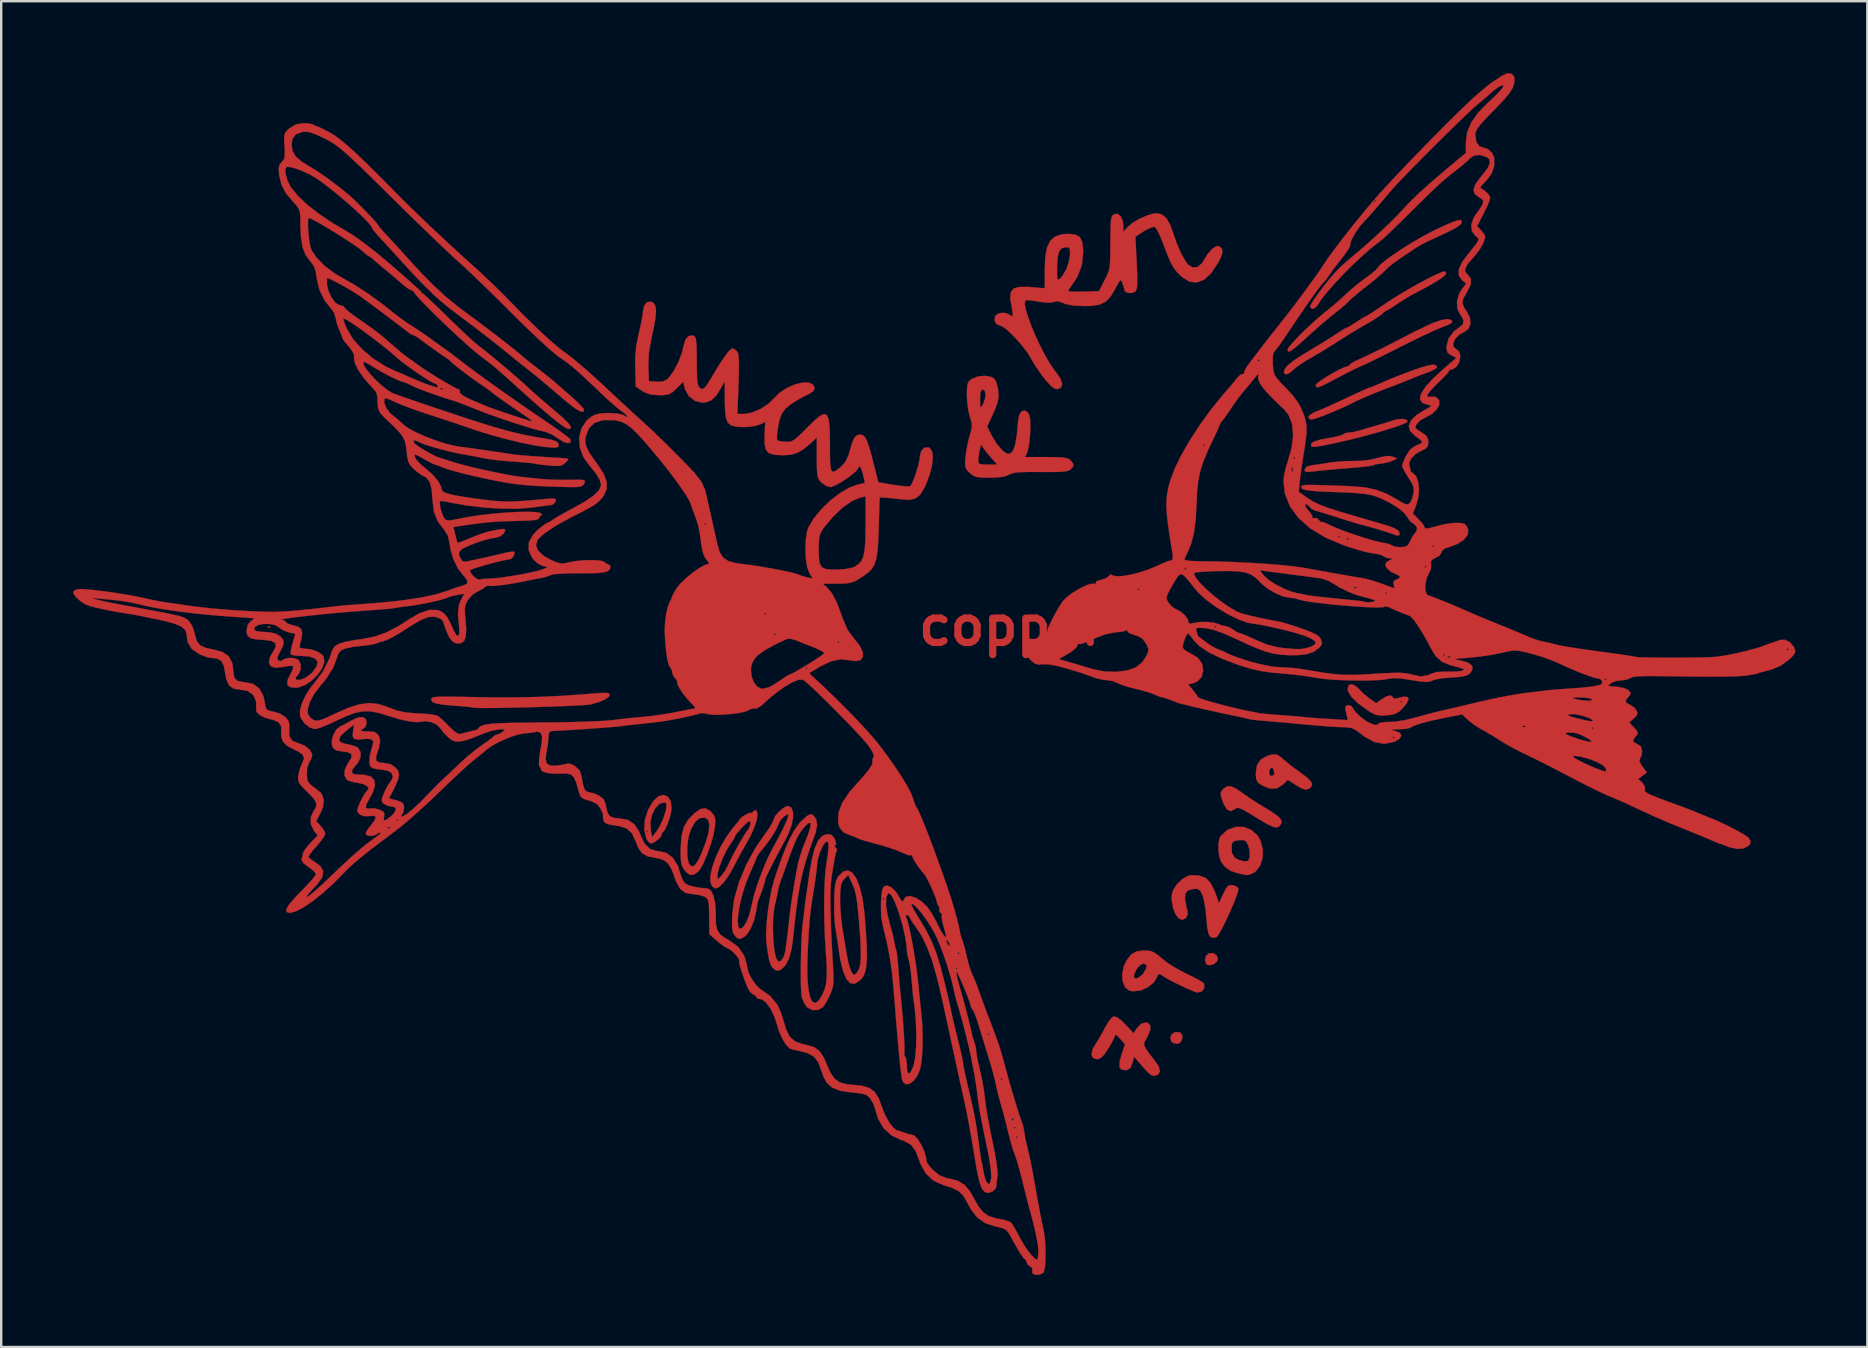
<source format=kicad_pcb>
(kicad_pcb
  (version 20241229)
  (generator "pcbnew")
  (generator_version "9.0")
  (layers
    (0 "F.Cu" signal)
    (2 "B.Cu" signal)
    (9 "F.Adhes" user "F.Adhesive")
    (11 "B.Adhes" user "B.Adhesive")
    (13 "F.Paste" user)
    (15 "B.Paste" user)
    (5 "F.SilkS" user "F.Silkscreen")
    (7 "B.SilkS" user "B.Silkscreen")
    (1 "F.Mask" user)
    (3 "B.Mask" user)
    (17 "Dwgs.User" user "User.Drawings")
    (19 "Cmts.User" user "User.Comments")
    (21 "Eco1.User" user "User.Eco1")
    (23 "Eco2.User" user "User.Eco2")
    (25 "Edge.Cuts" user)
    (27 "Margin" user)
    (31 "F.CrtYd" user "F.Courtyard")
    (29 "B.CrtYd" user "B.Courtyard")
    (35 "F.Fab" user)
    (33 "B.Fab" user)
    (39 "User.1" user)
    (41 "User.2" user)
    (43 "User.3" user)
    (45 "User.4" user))
  (footprint "copper"
    (layer "F.Cu")
    (at 39.108 23.027)
    (property "Reference" "copper" (at 0 0 0) (layer "F.Cu") (effects (font (size 1.524 1.524) (thickness 0.3))))
    (attr through_hole)
    (fp_poly (pts (xy -30.897 0.026) (xy -30.908 0.073) (xy -30.949 0.078) (xy -31.013 0.05) (xy -31.001 0.026) (xy -30.908 0.017) (xy -30.897 0.026)) (stroke (width 0.01) (type solid)) (fill yes) (layer "F.Cu"))
    (fp_poly (pts (xy 6.985 16.928) (xy 6.999 16.933) (xy 7.093 17.036) (xy 7.099 17.195) (xy 7.03 17.342) (xy 6.91 17.413) (xy 6.735 17.383) (xy 6.654 17.325) (xy 6.596 17.162) (xy 6.656 17.015) (xy 6.797 16.923) (xy 6.985 16.928)) (stroke (width 0.01) (type solid)) (fill yes) (layer "F.Cu"))
    (fp_poly (pts (xy 8.397 13.635) (xy 8.533 13.729) (xy 8.581 13.875) (xy 8.549 13.971) (xy 8.415 14.088) (xy 8.243 14.137) (xy 8.107 14.098) (xy 8.105 14.097) (xy 8.044 13.943) (xy 8.08 13.765) (xy 8.195 13.643) (xy 8.215 13.635) (xy 8.397 13.635)) (stroke (width 0.01) (type solid)) (fill yes) (layer "F.Cu"))
    (fp_poly (pts (xy 9.333 6.775) (xy 9.624 6.975) (xy 9.634 6.982) (xy 9.868 7.147) (xy 10.176 7.348) (xy 10.493 7.543) (xy 10.518 7.558) (xy 10.87 7.775) (xy 11.096 7.941) (xy 11.213 8.072) (xy 11.237 8.186) (xy 11.202 8.271) (xy 11.124 8.364) (xy 11.022 8.398) (xy 10.874 8.367) (xy 10.656 8.265) (xy 10.343 8.084) (xy 10.16 7.973) (xy 9.835 7.774) (xy 9.614 7.65) (xy 9.47 7.589) (xy 9.376 7.582) (xy 9.305 7.618) (xy 9.276 7.642) (xy 9.11 7.72) (xy 8.958 7.643) (xy 8.82 7.412) (xy 8.768 7.274) (xy 8.705 7.061) (xy 8.703 6.933) (xy 8.768 6.83) (xy 8.813 6.783) (xy 8.956 6.685) (xy 9.119 6.68) (xy 9.333 6.775)) (stroke (width 0.01) (type solid)) (fill yes) (layer "F.Cu"))
    (fp_poly (pts (xy 16.459 -8.573) (xy 16.49 -8.516) (xy 16.418 -8.46) (xy 16.218 -8.376) (xy 15.912 -8.269) (xy 15.524 -8.147) (xy 15.077 -8.018) (xy 14.596 -7.888) (xy 14.103 -7.764) (xy 13.716 -7.675) (xy 13.256 -7.574) (xy 12.925 -7.507) (xy 12.703 -7.469) (xy 12.568 -7.458) (xy 12.497 -7.469) (xy 12.474 -7.49) (xy 12.465 -7.593) (xy 12.586 -7.682) (xy 12.845 -7.76) (xy 13.152 -7.818) (xy 13.443 -7.872) (xy 13.67 -7.928) (xy 13.792 -7.974) (xy 13.801 -7.983) (xy 13.904 -8.036) (xy 14.019 -8.05) (xy 14.202 -8.073) (xy 14.45 -8.131) (xy 14.542 -8.158) (xy 14.853 -8.252) (xy 15.18 -8.346) (xy 15.24 -8.363) (xy 15.53 -8.448) (xy 15.814 -8.541) (xy 15.875 -8.563) (xy 16.107 -8.618) (xy 16.318 -8.62) (xy 16.459 -8.573)) (stroke (width 0.01) (type solid)) (fill yes) (layer "F.Cu"))
    (fp_poly (pts (xy 15.851 -7.054) (xy 15.885 -7.042) (xy 16.055 -6.979) (xy 15.893 -6.893) (xy 15.708 -6.826) (xy 15.464 -6.774) (xy 15.427 -6.769) (xy 15.235 -6.743) (xy 15.13 -6.724) (xy 15.123 -6.721) (xy 15.047 -6.687) (xy 14.825 -6.649) (xy 14.47 -6.61) (xy 13.992 -6.57) (xy 13.95 -6.567) (xy 13.541 -6.534) (xy 13.135 -6.498) (xy 12.791 -6.463) (xy 12.633 -6.445) (xy 12.379 -6.416) (xy 12.246 -6.418) (xy 12.199 -6.459) (xy 12.204 -6.529) (xy 12.289 -6.643) (xy 12.501 -6.696) (xy 12.505 -6.697) (xy 12.744 -6.726) (xy 13.047 -6.772) (xy 13.208 -6.8) (xy 13.524 -6.84) (xy 13.902 -6.865) (xy 14.185 -6.869) (xy 14.526 -6.879) (xy 14.863 -6.913) (xy 15.083 -6.956) (xy 15.393 -7.036) (xy 15.596 -7.076) (xy 15.734 -7.08) (xy 15.851 -7.054)) (stroke (width 0.01) (type solid)) (fill yes) (layer "F.Cu"))
    (fp_poly (pts (xy 11.049 5.363) (xy 11.193 5.457) (xy 11.321 5.568) (xy 11.56 5.768) (xy 11.846 5.987) (xy 12 6.095) (xy 12.305 6.322) (xy 12.473 6.5) (xy 12.51 6.64) (xy 12.423 6.754) (xy 12.359 6.794) (xy 12.235 6.821) (xy 12.071 6.769) (xy 11.852 6.643) (xy 11.491 6.413) (xy 11.298 6.606) (xy 11.04 6.768) (xy 10.742 6.779) (xy 10.414 6.644) (xy 10.25 6.522) (xy 10.177 6.383) (xy 10.16 6.158) (xy 10.16 6.154) (xy 10.171 6.076) (xy 10.721 6.076) (xy 10.74 6.22) (xy 10.824 6.252) (xy 10.921 6.198) (xy 10.927 6.076) (xy 10.878 5.939) (xy 10.824 5.901) (xy 10.754 5.967) (xy 10.721 6.076) (xy 10.171 6.076) (xy 10.21 5.805) (xy 10.369 5.563) (xy 10.648 5.41) (xy 10.715 5.39) (xy 10.911 5.347) (xy 11.049 5.363)) (stroke (width 0.01) (type solid)) (fill yes) (layer "F.Cu"))
    (fp_poly (pts (xy 14.325 2.503) (xy 14.467 2.638) (xy 14.662 2.832) (xy 14.892 3.019) (xy 14.916 3.037) (xy 15.179 3.221) (xy 15.254 3.165) (xy 16.178 3.165) (xy 16.217 3.204) (xy 16.256 3.165) (xy 16.217 3.126) (xy 16.178 3.165) (xy 15.254 3.165) (xy 15.402 3.057) (xy 15.611 2.934) (xy 15.775 2.895) (xy 15.86 2.946) (xy 15.865 2.979) (xy 15.927 3.031) (xy 16.041 3.013) (xy 16.335 2.947) (xy 16.497 2.965) (xy 16.528 3.067) (xy 16.426 3.253) (xy 16.316 3.39) (xy 16.141 3.568) (xy 15.97 3.664) (xy 15.735 3.712) (xy 15.631 3.723) (xy 15.355 3.737) (xy 15.153 3.701) (xy 14.943 3.595) (xy 14.849 3.536) (xy 14.435 3.237) (xy 14.152 2.965) (xy 14.007 2.728) (xy 13.99 2.626) (xy 14.035 2.466) (xy 14.155 2.425) (xy 14.325 2.503)) (stroke (width 0.01) (type solid)) (fill yes) (layer "F.Cu"))
    (fp_poly (pts (xy 9.651 8.375) (xy 9.969 8.495) (xy 10.233 8.73) (xy 10.365 8.959) (xy 10.454 9.316) (xy 10.443 9.674) (xy 10.341 9.991) (xy 10.157 10.229) (xy 10.035 10.305) (xy 9.913 10.359) (xy 9.818 10.38) (xy 9.694 10.367) (xy 9.486 10.321) (xy 9.418 10.305) (xy 9.112 10.206) (xy 8.894 10.053) (xy 8.73 9.85) (xy 8.647 9.642) (xy 8.605 9.361) (xy 8.606 9.132) (xy 9.157 9.132) (xy 9.162 9.447) (xy 9.283 9.658) (xy 9.477 9.76) (xy 9.711 9.812) (xy 9.84 9.785) (xy 9.899 9.664) (xy 9.912 9.579) (xy 9.9 9.344) (xy 9.842 9.132) (xy 9.757 8.977) (xy 9.637 8.922) (xy 9.465 8.925) (xy 9.267 8.962) (xy 9.178 9.05) (xy 9.157 9.132) (xy 8.606 9.132) (xy 8.606 9.07) (xy 8.654 8.832) (xy 8.697 8.75) (xy 8.981 8.498) (xy 9.31 8.375) (xy 9.651 8.375)) (stroke (width 0.01) (type solid)) (fill yes) (layer "F.Cu"))
    (fp_poly (pts (xy -16.804 2.805) (xy -16.76 2.836) (xy -16.751 2.855) (xy -16.793 2.953) (xy -16.957 3.065) (xy -17.212 3.175) (xy -17.526 3.266) (xy -17.546 3.271) (xy -17.694 3.289) (xy -17.965 3.308) (xy -18.337 3.327) (xy -18.785 3.346) (xy -19.287 3.365) (xy -19.819 3.381) (xy -20.359 3.396) (xy -20.882 3.407) (xy -21.366 3.416) (xy -21.787 3.42) (xy -22.122 3.42) (xy -22.348 3.414) (xy -22.442 3.402) (xy -22.443 3.402) (xy -22.527 3.386) (xy -22.733 3.364) (xy -23.025 3.339) (xy -23.251 3.323) (xy -23.679 3.284) (xy -23.968 3.236) (xy -24.133 3.173) (xy -24.193 3.089) (xy -24.182 3.02) (xy -24.123 2.982) (xy -23.97 2.957) (xy -23.706 2.946) (xy -23.314 2.948) (xy -22.956 2.955) (xy -21.76 2.977) (xy -20.682 2.978) (xy -19.685 2.957) (xy -18.731 2.912) (xy -17.783 2.844) (xy -17.78 2.843) (xy -17.366 2.81) (xy -17.082 2.792) (xy -16.904 2.791) (xy -16.804 2.805)) (stroke (width 0.01) (type solid)) (fill yes) (layer "F.Cu"))
    (fp_poly (pts (xy 17.597 -10.883) (xy 17.716 -10.82) (xy 17.682 -10.735) (xy 17.499 -10.631) (xy 17.307 -10.556) (xy 17.018 -10.45) (xy 16.741 -10.34) (xy 16.645 -10.299) (xy 16.462 -10.223) (xy 16.174 -10.109) (xy 15.824 -9.974) (xy 15.514 -9.856) (xy 15.119 -9.703) (xy 14.73 -9.54) (xy 14.398 -9.392) (xy 14.219 -9.305) (xy 13.93 -9.162) (xy 13.592 -9.01) (xy 13.242 -8.863) (xy 12.917 -8.735) (xy 12.652 -8.642) (xy 12.484 -8.599) (xy 12.464 -8.597) (xy 12.361 -8.655) (xy 12.348 -8.704) (xy 12.415 -8.79) (xy 12.587 -8.893) (xy 12.72 -8.95) (xy 12.939 -9.04) (xy 13.256 -9.179) (xy 13.624 -9.347) (xy 13.968 -9.508) (xy 14.306 -9.667) (xy 14.592 -9.799) (xy 14.797 -9.889) (xy 14.892 -9.925) (xy 14.894 -9.926) (xy 14.992 -9.955) (xy 15.166 -10.027) (xy 15.189 -10.037) (xy 15.69 -10.255) (xy 16.18 -10.454) (xy 16.634 -10.625) (xy 17.029 -10.76) (xy 17.342 -10.85) (xy 17.546 -10.886) (xy 17.597 -10.883)) (stroke (width 0.01) (type solid)) (fill yes) (layer "F.Cu"))
    (fp_poly (pts (xy -14.333 7.115) (xy -14.214 7.301) (xy -14.178 7.583) (xy -14.192 7.721) (xy -14.248 7.963) (xy -14.332 8.215) (xy -14.425 8.433) (xy -14.509 8.571) (xy -14.548 8.597) (xy -14.59 8.644) (xy -14.58 8.669) (xy -14.605 8.757) (xy -14.717 8.879) (xy -14.869 8.995) (xy -15.01 9.062) (xy -15.043 9.066) (xy -15.141 9.002) (xy -15.227 8.867) (xy -15.302 8.558) (xy -15.24 8.558) (xy -15.201 8.597) (xy -15.162 8.558) (xy -15.201 8.519) (xy -15.24 8.558) (xy -15.302 8.558) (xy -15.317 8.497) (xy -15.298 8.198) (xy -15.062 8.198) (xy -15.047 8.492) (xy -14.991 8.792) (xy -14.817 8.575) (xy -14.684 8.365) (xy -14.553 8.094) (xy -14.512 7.989) (xy -14.409 7.651) (xy -14.388 7.44) (xy -14.449 7.351) (xy -14.48 7.346) (xy -14.689 7.418) (xy -14.867 7.609) (xy -14.998 7.881) (xy -15.062 8.198) (xy -15.298 8.198) (xy -15.29 8.078) (xy -15.155 7.654) (xy -14.933 7.286) (xy -14.718 7.094) (xy -14.509 7.041) (xy -14.333 7.115)) (stroke (width 0.01) (type solid)) (fill yes) (layer "F.Cu"))
    (fp_poly (pts (xy -12.565 7.716) (xy -12.507 7.774) (xy -12.404 7.904) (xy -12.359 8.043) (xy -12.361 8.248) (xy -12.378 8.405) (xy -12.438 8.723) (xy -12.542 9.092) (xy -12.675 9.472) (xy -12.821 9.82) (xy -12.963 10.094) (xy -13.073 10.242) (xy -13.266 10.374) (xy -13.431 10.365) (xy -13.555 10.271) (xy -13.679 10.124) (xy -13.756 9.959) (xy -13.794 9.737) (xy -13.8 9.511) (xy -13.527 9.511) (xy -13.486 9.808) (xy -13.441 9.928) (xy -13.338 10.029) (xy -13.217 9.98) (xy -13.076 9.778) (xy -12.98 9.581) (xy -12.765 9.049) (xy -12.639 8.617) (xy -12.602 8.291) (xy -12.654 8.079) (xy -12.797 7.986) (xy -12.802 7.985) (xy -13.006 8.008) (xy -13.182 8.152) (xy -13.349 8.431) (xy -13.383 8.505) (xy -13.474 8.802) (xy -13.522 9.157) (xy -13.527 9.511) (xy -13.8 9.511) (xy -13.803 9.418) (xy -13.798 9.212) (xy -13.761 8.741) (xy -13.667 8.379) (xy -13.499 8.085) (xy -13.238 7.815) (xy -13.198 7.78) (xy -12.958 7.621) (xy -12.758 7.6) (xy -12.565 7.716)) (stroke (width 0.01) (type solid)) (fill yes) (layer "F.Cu"))
    (fp_poly (pts (xy 18.223 -12.774) (xy 18.349 -12.705) (xy 18.326 -12.625) (xy 18.151 -12.53) (xy 17.971 -12.464) (xy 17.779 -12.388) (xy 17.477 -12.253) (xy 17.094 -12.074) (xy 16.658 -11.862) (xy 16.199 -11.633) (xy 16.149 -11.608) (xy 15.708 -11.385) (xy 15.306 -11.185) (xy 14.967 -11.019) (xy 14.715 -10.899) (xy 14.573 -10.837) (xy 14.561 -10.832) (xy 14.429 -10.776) (xy 14.195 -10.661) (xy 13.893 -10.507) (xy 13.602 -10.353) (xy 13.225 -10.154) (xy 12.965 -10.023) (xy 12.799 -9.955) (xy 12.707 -9.942) (xy 12.668 -9.976) (xy 12.661 -10.036) (xy 12.725 -10.114) (xy 12.892 -10.239) (xy 13.125 -10.39) (xy 13.387 -10.544) (xy 13.641 -10.68) (xy 13.85 -10.775) (xy 13.97 -10.809) (xy 14.061 -10.851) (xy 14.068 -10.874) (xy 14.133 -10.937) (xy 14.303 -11.033) (xy 14.468 -11.109) (xy 14.729 -11.228) (xy 15.088 -11.401) (xy 15.505 -11.607) (xy 15.939 -11.827) (xy 16.351 -12.04) (xy 16.569 -12.156) (xy 16.751 -12.251) (xy 16.868 -12.305) (xy 16.881 -12.309) (xy 16.969 -12.347) (xy 17.138 -12.432) (xy 17.183 -12.456) (xy 17.526 -12.617) (xy 17.845 -12.73) (xy 18.1 -12.782) (xy 18.223 -12.774)) (stroke (width 0.01) (type solid)) (fill yes) (layer "F.Cu"))
    (fp_poly (pts (xy 5.758 13.538) (xy 5.937 13.609) (xy 6.141 13.76) (xy 6.254 13.859) (xy 6.505 14.051) (xy 6.84 14.262) (xy 7.198 14.455) (xy 7.3 14.504) (xy 7.595 14.647) (xy 7.833 14.778) (xy 7.978 14.876) (xy 8.007 14.908) (xy 8.014 15.096) (xy 7.907 15.231) (xy 7.726 15.272) (xy 7.659 15.258) (xy 7.465 15.182) (xy 7.187 15.057) (xy 6.878 14.908) (xy 6.589 14.76) (xy 6.371 14.638) (xy 6.317 14.602) (xy 6.172 14.508) (xy 6.103 14.507) (xy 6.062 14.6) (xy 6.058 14.612) (xy 5.908 14.858) (xy 5.656 15.059) (xy 5.353 15.19) (xy 5.048 15.225) (xy 4.888 15.191) (xy 4.712 15.047) (xy 4.614 14.804) (xy 4.603 14.611) (xy 5.08 14.611) (xy 5.128 14.69) (xy 5.246 14.67) (xy 5.394 14.566) (xy 5.465 14.487) (xy 5.599 14.272) (xy 5.61 14.128) (xy 5.499 14.069) (xy 5.473 14.068) (xy 5.341 14.133) (xy 5.204 14.29) (xy 5.105 14.483) (xy 5.08 14.611) (xy 4.603 14.611) (xy 4.597 14.501) (xy 4.664 14.177) (xy 4.781 13.93) (xy 4.968 13.69) (xy 5.188 13.563) (xy 5.493 13.521) (xy 5.552 13.521) (xy 5.758 13.538)) (stroke (width 0.01) (type solid)) (fill yes) (layer "F.Cu"))
    (fp_poly (pts (xy 7.822 10.402) (xy 8.08 10.501) (xy 8.276 10.703) (xy 8.441 11.031) (xy 8.492 11.168) (xy 8.627 11.548) (xy 8.806 11.161) (xy 8.92 10.937) (xy 9.015 10.825) (xy 9.126 10.795) (xy 9.201 10.799) (xy 9.366 10.857) (xy 9.439 10.945) (xy 9.418 11.074) (xy 9.34 11.306) (xy 9.22 11.608) (xy 9.074 11.944) (xy 8.918 12.281) (xy 8.766 12.585) (xy 8.635 12.822) (xy 8.539 12.957) (xy 8.519 12.973) (xy 8.341 12.994) (xy 8.265 12.951) (xy 8.193 12.829) (xy 8.141 12.585) (xy 8.104 12.201) (xy 8.103 12.183) (xy 8.069 11.833) (xy 8.016 11.506) (xy 7.955 11.261) (xy 7.94 11.221) (xy 7.847 11.034) (xy 7.744 10.958) (xy 7.578 10.955) (xy 7.571 10.956) (xy 7.345 11.015) (xy 7.228 11.151) (xy 7.21 11.382) (xy 7.261 11.648) (xy 7.317 11.892) (xy 7.323 12.037) (xy 7.276 12.136) (xy 7.237 12.179) (xy 7.09 12.248) (xy 6.944 12.183) (xy 6.814 12.006) (xy 6.713 11.738) (xy 6.656 11.401) (xy 6.649 11.264) (xy 6.71 11.019) (xy 6.876 10.764) (xy 7.104 10.546) (xy 7.351 10.409) (xy 7.474 10.385) (xy 7.822 10.402)) (stroke (width 0.01) (type solid)) (fill yes) (layer "F.Cu"))
    (fp_poly (pts (xy 4.395 16.313) (xy 4.608 16.481) (xy 4.73 16.606) (xy 5.07 16.97) (xy 5.197 16.776) (xy 5.387 16.571) (xy 5.59 16.521) (xy 5.666 16.54) (xy 5.767 16.652) (xy 5.762 16.851) (xy 5.652 17.112) (xy 5.623 17.161) (xy 5.524 17.338) (xy 5.507 17.456) (xy 5.569 17.59) (xy 5.6 17.64) (xy 5.744 17.846) (xy 5.922 18.075) (xy 5.956 18.115) (xy 6.121 18.36) (xy 6.168 18.558) (xy 6.092 18.689) (xy 6.051 18.709) (xy 5.93 18.745) (xy 5.828 18.73) (xy 5.71 18.644) (xy 5.542 18.466) (xy 5.443 18.354) (xy 5.091 17.951) (xy 5.022 18.217) (xy 4.944 18.411) (xy 4.815 18.495) (xy 4.743 18.508) (xy 4.563 18.488) (xy 4.479 18.367) (xy 4.491 18.136) (xy 4.571 17.852) (xy 4.711 17.438) (xy 4.505 17.193) (xy 4.38 17.066) (xy 4.306 17.034) (xy 4.298 17.054) (xy 4.259 17.17) (xy 4.156 17.373) (xy 4.019 17.607) (xy 3.839 17.868) (xy 3.695 18.009) (xy 3.564 18.053) (xy 3.558 18.054) (xy 3.38 18.002) (xy 3.314 17.858) (xy 3.363 17.637) (xy 3.527 17.353) (xy 3.53 17.35) (xy 3.643 17.172) (xy 3.786 16.918) (xy 3.887 16.725) (xy 4.031 16.479) (xy 4.169 16.315) (xy 4.247 16.268) (xy 4.395 16.313)) (stroke (width 0.01) (type solid)) (fill yes) (layer "F.Cu"))
    (fp_poly (pts (xy 18.091 -14.716) (xy 18.083 -14.656) (xy 17.984 -14.552) (xy 17.749 -14.391) (xy 17.386 -14.178) (xy 16.904 -13.918) (xy 16.725 -13.825) (xy 16.445 -13.667) (xy 16.14 -13.475) (xy 16.012 -13.387) (xy 15.805 -13.247) (xy 15.649 -13.153) (xy 15.591 -13.13) (xy 15.498 -13.075) (xy 15.444 -13.017) (xy 15.338 -12.929) (xy 15.133 -12.792) (xy 14.866 -12.631) (xy 14.771 -12.577) (xy 14.418 -12.373) (xy 14.013 -12.127) (xy 13.631 -11.887) (xy 13.56 -11.84) (xy 13.208 -11.617) (xy 12.831 -11.386) (xy 12.496 -11.19) (xy 12.422 -11.149) (xy 12.141 -10.981) (xy 11.891 -10.81) (xy 11.727 -10.672) (xy 11.725 -10.67) (xy 11.55 -10.523) (xy 11.411 -10.476) (xy 11.337 -10.536) (xy 11.332 -10.578) (xy 11.373 -10.711) (xy 11.505 -10.866) (xy 11.742 -11.055) (xy 12.097 -11.29) (xy 12.412 -11.48) (xy 12.767 -11.693) (xy 13.11 -11.903) (xy 13.397 -12.084) (xy 13.554 -12.188) (xy 13.757 -12.321) (xy 13.906 -12.408) (xy 13.953 -12.426) (xy 14.043 -12.467) (xy 14.215 -12.571) (xy 14.353 -12.661) (xy 14.555 -12.792) (xy 14.7 -12.877) (xy 14.745 -12.895) (xy 14.822 -12.937) (xy 15.001 -13.052) (xy 15.254 -13.22) (xy 15.542 -13.417) (xy 15.862 -13.629) (xy 16.234 -13.857) (xy 16.631 -14.089) (xy 17.025 -14.308) (xy 17.39 -14.501) (xy 17.699 -14.652) (xy 17.924 -14.746) (xy 18.025 -14.771) (xy 18.091 -14.716)) (stroke (width 0.01) (type solid)) (fill yes) (layer "F.Cu"))
    (fp_poly (pts (xy 18.744 -16.859) (xy 18.741 -16.816) (xy 18.702 -16.739) (xy 18.602 -16.652) (xy 18.421 -16.543) (xy 18.139 -16.401) (xy 17.735 -16.214) (xy 17.663 -16.181) (xy 17.351 -16.034) (xy 17.063 -15.887) (xy 16.856 -15.769) (xy 16.833 -15.754) (xy 16.419 -15.477) (xy 16.114 -15.268) (xy 15.896 -15.112) (xy 15.742 -14.992) (xy 15.63 -14.892) (xy 15.553 -14.812) (xy 15.402 -14.667) (xy 15.168 -14.464) (xy 14.89 -14.239) (xy 14.771 -14.147) (xy 14.494 -13.928) (xy 14.249 -13.724) (xy 14.074 -13.567) (xy 14.029 -13.52) (xy 13.88 -13.377) (xy 13.66 -13.19) (xy 13.482 -13.05) (xy 13.267 -12.879) (xy 12.977 -12.635) (xy 12.651 -12.351) (xy 12.354 -12.084) (xy 12.021 -11.782) (xy 11.784 -11.579) (xy 11.628 -11.464) (xy 11.537 -11.426) (xy 11.496 -11.456) (xy 11.489 -11.519) (xy 11.544 -11.619) (xy 11.693 -11.797) (xy 11.913 -12.032) (xy 12.18 -12.298) (xy 12.471 -12.573) (xy 12.761 -12.834) (xy 13.027 -13.056) (xy 13.091 -13.106) (xy 13.355 -13.32) (xy 13.659 -13.584) (xy 13.91 -13.816) (xy 14.193 -14.07) (xy 14.504 -14.323) (xy 14.751 -14.504) (xy 14.98 -14.672) (xy 15.16 -14.83) (xy 15.238 -14.924) (xy 15.356 -15.057) (xy 15.586 -15.246) (xy 15.902 -15.474) (xy 16.277 -15.724) (xy 16.686 -15.978) (xy 17.103 -16.22) (xy 17.501 -16.432) (xy 17.646 -16.503) (xy 18.077 -16.705) (xy 18.387 -16.837) (xy 18.591 -16.903) (xy 18.705 -16.909) (xy 18.744 -16.859)) (stroke (width 0.01) (type solid)) (fill yes) (layer "F.Cu"))
    (fp_poly (pts (xy -10.636 7.699) (xy -10.594 7.843) (xy -10.631 8.09) (xy -10.738 8.412) (xy -10.908 8.782) (xy -11.037 9.018) (xy -11.239 9.373) (xy -11.451 9.764) (xy -11.625 10.099) (xy -11.811 10.424) (xy -12.009 10.692) (xy -12.194 10.874) (xy -12.343 10.942) (xy -12.343 10.942) (xy -12.437 10.893) (xy -12.489 10.848) (xy -12.565 10.668) (xy -12.56 10.416) (xy -12.27 10.416) (xy -12.264 10.526) (xy -12.225 10.53) (xy -12.118 10.423) (xy -12.091 10.394) (xy -11.936 10.18) (xy -11.808 9.934) (xy -11.805 9.926) (xy -11.722 9.745) (xy -11.593 9.495) (xy -11.44 9.212) (xy -11.283 8.936) (xy -11.143 8.703) (xy -11.043 8.552) (xy -11.013 8.519) (xy -10.947 8.418) (xy -10.903 8.275) (xy -10.897 8.158) (xy -10.924 8.128) (xy -11.012 8.181) (xy -11.164 8.318) (xy -11.284 8.441) (xy -11.435 8.611) (xy -11.522 8.725) (xy -11.53 8.753) (xy -11.547 8.809) (xy -11.636 8.954) (xy -11.72 9.074) (xy -11.891 9.352) (xy -12.052 9.684) (xy -12.181 10.018) (xy -12.258 10.302) (xy -12.27 10.416) (xy -12.56 10.416) (xy -12.559 10.39) (xy -12.481 10.039) (xy -12.34 9.643) (xy -12.148 9.227) (xy -11.915 8.82) (xy -11.65 8.448) (xy -11.511 8.285) (xy -11.39 8.142) (xy -11.333 8.052) (xy -11.332 8.048) (xy -11.277 7.983) (xy -11.148 7.896) (xy -11 7.819) (xy -10.889 7.78) (xy -10.862 7.791) (xy -10.829 7.792) (xy -10.787 7.738) (xy -10.692 7.668) (xy -10.636 7.699)) (stroke (width 0.01) (type solid)) (fill yes) (layer "F.Cu"))
    (fp_poly (pts (xy -6.648 10.284) (xy -6.483 10.514) (xy -6.342 10.866) (xy -6.228 11.334) (xy -6.149 11.908) (xy -6.141 11.997) (xy -6.084 12.705) (xy -6.05 13.277) (xy -6.039 13.729) (xy -6.054 14.079) (xy -6.094 14.346) (xy -6.162 14.546) (xy -6.259 14.697) (xy -6.345 14.784) (xy -6.558 14.911) (xy -6.737 14.885) (xy -6.896 14.707) (xy -6.897 14.706) (xy -7.036 14.377) (xy -7.151 13.907) (xy -7.229 13.403) (xy -7.275 13.07) (xy -7.332 12.717) (xy -7.349 12.622) (xy -7.38 12.369) (xy -7.4 12.019) (xy -7.406 11.628) (xy -7.404 11.436) (xy -7.4 11.335) (xy -7.158 11.335) (xy -7.148 11.741) (xy -7.113 12.2) (xy -7.061 12.605) (xy -7 12.975) (xy -6.937 13.35) (xy -6.887 13.654) (xy -6.884 13.677) (xy -6.805 14.064) (xy -6.716 14.348) (xy -6.624 14.508) (xy -6.569 14.537) (xy -6.482 14.474) (xy -6.382 14.323) (xy -6.381 14.322) (xy -6.327 14.147) (xy -6.298 13.878) (xy -6.296 13.5) (xy -6.318 12.997) (xy -6.367 12.355) (xy -6.367 12.348) (xy -6.411 11.861) (xy -6.451 11.498) (xy -6.493 11.229) (xy -6.541 11.023) (xy -6.603 10.848) (xy -6.66 10.72) (xy -6.82 10.38) (xy -6.983 10.544) (xy -7.069 10.655) (xy -7.12 10.805) (xy -7.147 11.034) (xy -7.158 11.335) (xy -7.4 11.335) (xy -7.39 11.053) (xy -7.366 10.789) (xy -7.324 10.608) (xy -7.257 10.472) (xy -7.221 10.42) (xy -7.022 10.229) (xy -6.829 10.187) (xy -6.648 10.284)) (stroke (width 0.01) (type solid)) (fill yes) (layer "F.Cu"))
    (fp_poly (pts (xy -8.298 7.867) (xy -8.156 8.043) (xy -8.114 8.306) (xy -8.177 8.62) (xy -8.186 8.644) (xy -8.393 9.206) (xy -8.562 9.716) (xy -8.699 10.205) (xy -8.812 10.707) (xy -8.908 11.255) (xy -8.993 11.88) (xy -9.075 12.616) (xy -9.107 12.934) (xy -9.175 13.438) (xy -9.272 13.815) (xy -9.405 14.094) (xy -9.463 14.175) (xy -9.652 14.343) (xy -9.829 14.361) (xy -9.983 14.227) (xy -9.992 14.214) (xy -10.05 14.11) (xy -10.094 13.993) (xy -10.133 13.827) (xy -10.174 13.576) (xy -10.226 13.209) (xy -10.242 12.88) (xy -10.23 12.606) (xy -9.958 12.606) (xy -9.957 12.663) (xy -9.932 13.193) (xy -9.884 13.593) (xy -9.816 13.857) (xy -9.73 13.981) (xy -9.627 13.958) (xy -9.527 13.819) (xy -9.493 13.741) (xy -9.461 13.632) (xy -9.43 13.469) (xy -9.395 13.231) (xy -9.353 12.896) (xy -9.301 12.442) (xy -9.259 12.053) (xy -9.211 11.678) (xy -9.141 11.209) (xy -9.059 10.704) (xy -8.974 10.223) (xy -8.912 9.903) (xy -8.837 9.623) (xy -8.725 9.286) (xy -8.631 9.043) (xy -8.476 8.647) (xy -8.395 8.372) (xy -8.386 8.221) (xy -8.449 8.199) (xy -8.584 8.309) (xy -8.722 8.469) (xy -8.843 8.64) (xy -8.96 8.853) (xy -9.085 9.135) (xy -9.232 9.514) (xy -9.393 9.965) (xy -9.494 10.247) (xy -9.586 10.497) (xy -9.637 10.629) (xy -9.711 10.866) (xy -9.747 11.039) (xy -9.786 11.246) (xy -9.847 11.516) (xy -9.875 11.627) (xy -9.92 11.889) (xy -9.949 12.238) (xy -9.958 12.606) (xy -10.23 12.606) (xy -10.223 12.446) (xy -10.174 11.953) (xy -10.101 11.446) (xy -10.009 10.973) (xy -9.905 10.578) (xy -9.896 10.551) (xy -9.658 9.856) (xy -9.445 9.296) (xy -9.249 8.852) (xy -9.062 8.507) (xy -8.875 8.243) (xy -8.739 8.096) (xy -8.536 7.919) (xy -8.399 7.848) (xy -8.298 7.867)) (stroke (width 0.01) (type solid)) (fill yes) (layer "F.Cu"))
    (fp_poly (pts (xy -9.192 7.567) (xy -9.121 7.744) (xy -9.119 8.006) (xy -9.186 8.328) (xy -9.32 8.683) (xy -9.425 8.89) (xy -9.597 9.203) (xy -9.775 9.536) (xy -9.945 9.863) (xy -10.093 10.156) (xy -10.204 10.385) (xy -10.265 10.523) (xy -10.27 10.551) (xy -10.279 10.616) (xy -10.327 10.779) (xy -10.397 10.991) (xy -10.474 11.204) (xy -10.526 11.332) (xy -10.563 11.42) (xy -10.588 11.501) (xy -10.612 11.625) (xy -10.647 11.84) (xy -10.66 11.917) (xy -10.75 12.287) (xy -10.886 12.617) (xy -11.047 12.865) (xy -11.171 12.971) (xy -11.322 13.04) (xy -11.419 13.022) (xy -11.522 12.929) (xy -11.596 12.834) (xy -11.64 12.708) (xy -11.659 12.515) (xy -11.659 12.275) (xy -11.422 12.275) (xy -11.401 12.516) (xy -11.353 12.614) (xy -11.267 12.61) (xy -11.155 12.492) (xy -11.04 12.293) (xy -10.945 12.048) (xy -10.934 12.009) (xy -10.869 11.755) (xy -10.819 11.532) (xy -10.811 11.493) (xy -10.735 11.183) (xy -10.608 10.784) (xy -10.449 10.344) (xy -10.278 9.914) (xy -10.111 9.543) (xy -10.032 9.389) (xy -9.741 8.851) (xy -9.529 8.436) (xy -9.393 8.137) (xy -9.338 7.985) (xy -9.31 7.862) (xy -9.35 7.85) (xy -9.481 7.93) (xy -9.643 8.093) (xy -9.727 8.261) (xy -9.821 8.484) (xy -9.998 8.779) (xy -10.233 9.105) (xy -10.425 9.339) (xy -10.555 9.501) (xy -10.625 9.614) (xy -10.629 9.629) (xy -10.66 9.722) (xy -10.742 9.918) (xy -10.859 10.179) (xy -10.893 10.255) (xy -11.064 10.669) (xy -11.208 11.108) (xy -11.319 11.542) (xy -11.393 11.941) (xy -11.422 12.275) (xy -11.659 12.275) (xy -11.658 12.218) (xy -11.653 12.036) (xy -11.57 11.386) (xy -11.371 10.682) (xy -11.072 9.959) (xy -10.685 9.252) (xy -10.316 8.714) (xy -10.134 8.458) (xy -9.998 8.236) (xy -9.929 8.087) (xy -9.926 8.063) (xy -9.867 7.927) (xy -9.724 7.758) (xy -9.546 7.604) (xy -9.383 7.512) (xy -9.336 7.503) (xy -9.192 7.567)) (stroke (width 0.01) (type solid)) (fill yes) (layer "F.Cu"))
    (fp_poly (pts (xy -7.502 8.712) (xy -7.394 8.852) (xy -7.37 8.91) (xy -7.322 9.078) (xy -7.35 9.142) (xy -7.373 9.145) (xy -7.406 9.174) (xy -7.356 9.215) (xy -7.286 9.311) (xy -7.294 9.357) (xy -7.339 9.483) (xy -7.378 9.659) (xy -7.411 9.855) (xy -7.46 10.139) (xy -7.507 10.416) (xy -7.544 10.758) (xy -7.562 11.235) (xy -7.558 11.85) (xy -7.535 12.608) (xy -7.491 13.513) (xy -7.456 14.11) (xy -7.435 14.502) (xy -7.432 14.78) (xy -7.45 14.985) (xy -7.493 15.158) (xy -7.566 15.342) (xy -7.573 15.358) (xy -7.695 15.605) (xy -7.815 15.81) (xy -7.87 15.882) (xy -8.069 15.999) (xy -8.31 16.006) (xy -8.522 15.902) (xy -8.548 15.876) (xy -8.664 15.696) (xy -8.753 15.474) (xy -8.775 15.313) (xy -8.789 15.029) (xy -8.795 14.654) (xy -8.795 14.234) (xy -8.526 14.234) (xy -8.512 14.766) (xy -8.469 15.187) (xy -8.398 15.489) (xy -8.303 15.666) (xy -8.187 15.71) (xy -8.051 15.613) (xy -7.899 15.368) (xy -7.888 15.347) (xy -7.8 15.134) (xy -7.742 14.906) (xy -7.714 14.634) (xy -7.711 14.287) (xy -7.734 13.834) (xy -7.76 13.482) (xy -7.794 12.911) (xy -7.815 12.299) (xy -7.822 11.679) (xy -7.814 11.089) (xy -7.794 10.564) (xy -7.759 10.139) (xy -7.736 9.965) (xy -7.669 9.53) (xy -7.639 9.232) (xy -7.645 9.054) (xy -7.688 8.982) (xy -7.699 8.978) (xy -7.792 9.037) (xy -7.899 9.205) (xy -8.001 9.44) (xy -8.079 9.7) (xy -8.114 9.926) (xy -8.136 10.163) (xy -8.178 10.496) (xy -8.233 10.868) (xy -8.258 11.02) (xy -8.318 11.391) (xy -8.365 11.71) (xy -8.402 12.012) (xy -8.432 12.333) (xy -8.459 12.712) (xy -8.486 13.184) (xy -8.508 13.599) (xy -8.526 14.234) (xy -8.795 14.234) (xy -8.795 14.221) (xy -8.788 13.763) (xy -8.776 13.314) (xy -8.757 12.905) (xy -8.734 12.57) (xy -8.714 12.387) (xy -8.674 12.085) (xy -8.638 11.778) (xy -8.637 11.762) (xy -8.604 11.475) (xy -8.565 11.196) (xy -8.562 11.176) (xy -8.529 10.96) (xy -8.485 10.655) (xy -8.438 10.325) (xy -8.436 10.316) (xy -8.332 9.71) (xy -8.21 9.251) (xy -8.065 8.931) (xy -7.894 8.742) (xy -7.693 8.675) (xy -7.677 8.675) (xy -7.502 8.712)) (stroke (width 0.01) (type solid)) (fill yes) (layer "F.Cu"))
    (fp_poly (pts (xy -0.885 -10.383) (xy -0.729 -10.297) (xy -0.648 -10.148) (xy -0.584 -9.911) (xy -0.566 -9.782) (xy -0.558 -9.54) (xy -0.595 -9.315) (xy -0.691 -9.048) (xy -0.779 -8.849) (xy -1.03 -8.305) (xy -0.858 -7.962) (xy -0.628 -7.58) (xy -0.378 -7.297) (xy -0.218 -7.182) (xy -0.071 -7.173) (xy 0.052 -7.312) (xy 0.147 -7.591) (xy 0.212 -8.005) (xy 0.227 -8.183) (xy 0.258 -8.531) (xy 0.298 -8.754) (xy 0.354 -8.884) (xy 0.415 -8.94) (xy 0.544 -8.98) (xy 0.657 -8.894) (xy 0.676 -8.87) (xy 0.737 -8.751) (xy 0.767 -8.569) (xy 0.771 -8.29) (xy 0.76 -8.045) (xy 0.733 -7.716) (xy 0.693 -7.431) (xy 0.647 -7.238) (xy 0.633 -7.205) (xy 0.542 -7.034) (xy 1.431 -7.034) (xy 1.828 -7.031) (xy 2.099 -7.018) (xy 2.274 -6.991) (xy 2.384 -6.947) (xy 2.45 -6.891) (xy 2.559 -6.749) (xy 2.553 -6.645) (xy 2.453 -6.528) (xy 2.379 -6.477) (xy 2.258 -6.443) (xy 2.067 -6.422) (xy 1.778 -6.412) (xy 1.367 -6.412) (xy 1.2 -6.413) (xy 0.732 -6.414) (xy 0.394 -6.406) (xy 0.158 -6.387) (xy -0.001 -6.353) (xy -0.111 -6.303) (xy -0.116 -6.299) (xy -0.309 -6.223) (xy -0.61 -6.183) (xy -0.924 -6.174) (xy -1.244 -6.179) (xy -1.454 -6.202) (xy -1.599 -6.254) (xy -1.724 -6.345) (xy -1.758 -6.376) (xy -1.877 -6.499) (xy -1.937 -6.618) (xy -1.95 -6.786) (xy -1.939 -6.936) (xy -1.398 -6.936) (xy -1.393 -6.81) (xy -1.341 -6.746) (xy -1.201 -6.724) (xy -1.009 -6.721) (xy -0.612 -6.721) (xy -0.931 -7.084) (xy -1.101 -7.289) (xy -1.221 -7.454) (xy -1.26 -7.533) (xy -1.279 -7.545) (xy -1.313 -7.447) (xy -1.35 -7.281) (xy -1.382 -7.093) (xy -1.398 -6.936) (xy -1.939 -6.936) (xy -1.93 -7.057) (xy -1.93 -7.06) (xy -1.881 -7.405) (xy -1.805 -7.761) (xy -1.755 -7.939) (xy -1.683 -8.189) (xy -1.667 -8.372) (xy -1.706 -8.566) (xy -1.751 -8.704) (xy -1.817 -8.982) (xy -1.862 -9.332) (xy -1.867 -9.437) (xy -1.326 -9.437) (xy -1.322 -9.204) (xy -1.306 -9.108) (xy -1.269 -9.128) (xy -1.211 -9.222) (xy -1.125 -9.45) (xy -1.097 -9.632) (xy -1.132 -9.805) (xy -1.211 -9.847) (xy -1.283 -9.808) (xy -1.318 -9.67) (xy -1.326 -9.437) (xy -1.867 -9.437) (xy -1.876 -9.614) (xy -1.871 -9.905) (xy -1.847 -10.084) (xy -1.79 -10.194) (xy -1.689 -10.279) (xy -1.67 -10.291) (xy -1.427 -10.39) (xy -1.145 -10.42) (xy -0.885 -10.383)) (stroke (width 0.01) (type solid)) (fill yes) (layer "F.Cu"))
    (fp_poly (pts (xy 6.246 -17.146) (xy 6.434 -16.991) (xy 6.594 -16.712) (xy 6.713 -16.383) (xy 6.871 -15.931) (xy 7.048 -15.524) (xy 7.226 -15.203) (xy 7.329 -15.064) (xy 7.523 -14.936) (xy 7.729 -14.951) (xy 7.911 -15.103) (xy 7.956 -15.174) (xy 8.148 -15.481) (xy 8.341 -15.704) (xy 8.512 -15.82) (xy 8.611 -15.825) (xy 8.746 -15.729) (xy 8.776 -15.572) (xy 8.699 -15.334) (xy 8.589 -15.121) (xy 8.3 -14.694) (xy 8.005 -14.422) (xy 7.702 -14.306) (xy 7.394 -14.345) (xy 7.08 -14.541) (xy 7.072 -14.548) (xy 6.897 -14.718) (xy 6.752 -14.904) (xy 6.619 -15.138) (xy 6.48 -15.454) (xy 6.316 -15.884) (xy 6.295 -15.943) (xy 6.169 -16.258) (xy 6.052 -16.493) (xy 5.96 -16.617) (xy 5.938 -16.628) (xy 5.809 -16.602) (xy 5.608 -16.508) (xy 5.483 -16.434) (xy 5.146 -16.217) (xy 5.2 -15.12) (xy 5.219 -14.676) (xy 5.226 -14.362) (xy 5.219 -14.152) (xy 5.196 -14.022) (xy 5.156 -13.946) (xy 5.131 -13.922) (xy 4.991 -13.868) (xy 4.827 -13.878) (xy 4.709 -13.939) (xy 4.689 -13.99) (xy 4.664 -14.107) (xy 4.61 -14.265) (xy 4.563 -14.375) (xy 4.519 -14.399) (xy 4.455 -14.319) (xy 4.347 -14.12) (xy 4.317 -14.064) (xy 4.119 -13.731) (xy 3.915 -13.514) (xy 3.665 -13.389) (xy 3.33 -13.334) (xy 3.022 -13.326) (xy 2.559 -13.347) (xy 2.236 -13.411) (xy 2.14 -13.451) (xy 1.919 -13.53) (xy 1.755 -13.499) (xy 1.576 -13.462) (xy 1.268 -13.487) (xy 1.111 -13.513) (xy 0.847 -13.554) (xy 0.648 -13.571) (xy 0.561 -13.561) (xy 0.535 -13.434) (xy 0.575 -13.198) (xy 0.671 -12.877) (xy 0.811 -12.498) (xy 0.984 -12.086) (xy 1.179 -11.668) (xy 1.385 -11.27) (xy 1.592 -10.916) (xy 1.787 -10.633) (xy 1.84 -10.568) (xy 2.025 -10.302) (xy 2.096 -10.084) (xy 2.049 -9.93) (xy 1.903 -9.863) (xy 1.776 -9.888) (xy 1.618 -10.008) (xy 1.406 -10.243) (xy 1.369 -10.288) (xy 1.15 -10.579) (xy 0.941 -10.892) (xy 0.804 -11.13) (xy 0.657 -11.371) (xy 0.452 -11.644) (xy 0.214 -11.922) (xy -0.028 -12.174) (xy -0.247 -12.372) (xy -0.417 -12.487) (xy -0.479 -12.505) (xy -0.636 -12.57) (xy -0.721 -12.723) (xy -0.7 -12.904) (xy -0.693 -12.917) (xy -0.559 -13.018) (xy -0.358 -13.049) (xy -0.163 -13.006) (xy -0.095 -12.959) (xy 0.005 -12.895) (xy 0.04 -12.968) (xy 0.013 -13.181) (xy -0.002 -13.249) (xy -0.069 -13.63) (xy -0.053 -13.892) (xy 0.063 -14.05) (xy 0.293 -14.122) (xy 0.652 -14.126) (xy 0.778 -14.117) (xy 1.368 -14.067) (xy 1.368 -14.594) (xy 1.883 -14.594) (xy 1.897 -14.457) (xy 1.934 -14.424) (xy 2.003 -14.467) (xy 2.005 -14.468) (xy 2.119 -14.606) (xy 2.243 -14.818) (xy 2.277 -14.888) (xy 2.37 -15.164) (xy 2.419 -15.448) (xy 2.421 -15.499) (xy 2.413 -15.692) (xy 2.363 -15.771) (xy 2.241 -15.776) (xy 2.211 -15.773) (xy 2.07 -15.728) (xy 1.975 -15.617) (xy 1.918 -15.414) (xy 1.89 -15.094) (xy 1.883 -14.859) (xy 1.883 -14.594) (xy 1.368 -14.594) (xy 1.368 -14.829) (xy 1.39 -15.366) (xy 1.464 -15.768) (xy 1.599 -16.05) (xy 1.807 -16.228) (xy 2.096 -16.316) (xy 2.368 -16.334) (xy 2.649 -16.304) (xy 2.831 -16.199) (xy 2.932 -15.996) (xy 2.968 -15.671) (xy 2.97 -15.563) (xy 2.914 -15.025) (xy 2.735 -14.555) (xy 2.538 -14.253) (xy 2.416 -14.083) (xy 2.349 -13.969) (xy 2.345 -13.953) (xy 2.417 -13.933) (xy 2.608 -13.924) (xy 2.883 -13.925) (xy 2.987 -13.928) (xy 3.63 -13.95) (xy 3.866 -14.414) (xy 3.961 -14.605) (xy 4.026 -14.768) (xy 4.067 -14.939) (xy 4.09 -15.152) (xy 4.101 -15.443) (xy 4.103 -15.847) (xy 4.103 -15.968) (xy 4.105 -16.41) (xy 4.114 -16.72) (xy 4.132 -16.925) (xy 4.162 -17.05) (xy 4.207 -17.121) (xy 4.238 -17.145) (xy 4.395 -17.171) (xy 4.531 -17.07) (xy 4.621 -16.867) (xy 4.643 -16.694) (xy 4.65 -16.419) (xy 4.806 -16.605) (xy 5.007 -16.778) (xy 5.295 -16.95) (xy 5.612 -17.094) (xy 5.898 -17.181) (xy 6.015 -17.194) (xy 6.246 -17.146)) (stroke (width 0.01) (type solid)) (fill yes) (layer "F.Cu"))
    (fp_poly (pts (xy 20.821 -23.004) (xy 20.93 -22.881) (xy 20.945 -22.782) (xy 20.927 -22.597) (xy 20.863 -22.414) (xy 20.737 -22.209) (xy 20.533 -21.959) (xy 20.235 -21.64) (xy 20.05 -21.451) (xy 19.736 -21.128) (xy 19.521 -20.888) (xy 19.388 -20.711) (xy 19.321 -20.575) (xy 19.304 -20.465) (xy 19.348 -20.174) (xy 19.471 -19.988) (xy 19.641 -19.929) (xy 19.833 -19.864) (xy 20.004 -19.708) (xy 20.09 -19.523) (xy 20.094 -19.152) (xy 19.98 -18.837) (xy 19.795 -18.592) (xy 19.505 -18.271) (xy 19.717 -18.117) (xy 19.863 -17.976) (xy 19.929 -17.844) (xy 19.929 -17.837) (xy 19.895 -17.71) (xy 19.804 -17.49) (xy 19.676 -17.222) (xy 19.656 -17.183) (xy 19.382 -16.655) (xy 19.571 -16.451) (xy 19.689 -16.308) (xy 19.719 -16.191) (xy 19.67 -16.026) (xy 19.643 -15.958) (xy 19.517 -15.729) (xy 19.331 -15.473) (xy 19.23 -15.357) (xy 19 -15.09) (xy 18.888 -14.894) (xy 18.889 -14.749) (xy 18.99 -14.638) (xy 19.125 -14.462) (xy 19.118 -14.222) (xy 18.968 -13.918) (xy 18.952 -13.895) (xy 18.806 -13.644) (xy 18.771 -13.447) (xy 18.846 -13.25) (xy 18.953 -13.097) (xy 19.082 -12.843) (xy 19.106 -12.59) (xy 19.027 -12.382) (xy 18.883 -12.272) (xy 18.646 -12.138) (xy 18.476 -11.965) (xy 18.388 -11.784) (xy 18.397 -11.628) (xy 18.519 -11.529) (xy 18.522 -11.528) (xy 18.643 -11.419) (xy 18.684 -11.228) (xy 18.648 -11.009) (xy 18.534 -10.815) (xy 18.511 -10.791) (xy 18.37 -10.692) (xy 18.274 -10.677) (xy 18.224 -10.673) (xy 18.227 -10.654) (xy 18.184 -10.573) (xy 18.052 -10.42) (xy 17.857 -10.226) (xy 17.832 -10.202) (xy 17.614 -9.989) (xy 17.436 -9.796) (xy 17.337 -9.666) (xy 17.335 -9.663) (xy 17.294 -9.554) (xy 17.362 -9.541) (xy 17.408 -9.552) (xy 17.6 -9.552) (xy 17.691 -9.521) (xy 17.807 -9.386) (xy 17.802 -9.205) (xy 17.692 -9.008) (xy 17.492 -8.824) (xy 17.263 -8.701) (xy 17.014 -8.563) (xy 16.849 -8.393) (xy 16.803 -8.258) (xy 16.864 -8.2) (xy 17.015 -8.097) (xy 17.077 -8.06) (xy 17.264 -7.922) (xy 17.341 -7.771) (xy 17.35 -7.655) (xy 17.329 -7.488) (xy 17.236 -7.382) (xy 17.05 -7.294) (xy 16.815 -7.159) (xy 16.638 -6.978) (xy 16.549 -6.79) (xy 16.568 -6.643) (xy 16.611 -6.519) (xy 16.603 -6.479) (xy 16.633 -6.41) (xy 16.687 -6.38) (xy 16.837 -6.245) (xy 16.929 -6) (xy 16.961 -5.684) (xy 16.928 -5.333) (xy 16.833 -5.001) (xy 16.704 -4.68) (xy 16.949 -4.441) (xy 17.1 -4.273) (xy 17.186 -4.135) (xy 17.194 -4.102) (xy 17.232 -4.057) (xy 17.362 -4.066) (xy 17.607 -4.131) (xy 17.67 -4.15) (xy 18.03 -4.24) (xy 18.378 -4.288) (xy 18.671 -4.292) (xy 18.865 -4.248) (xy 18.881 -4.239) (xy 18.965 -4.123) (xy 19.014 -3.994) (xy 18.989 -3.794) (xy 18.835 -3.595) (xy 18.577 -3.422) (xy 18.262 -3.302) (xy 18.018 -3.216) (xy 17.909 -3.119) (xy 17.897 -3.065) (xy 17.826 -2.934) (xy 17.656 -2.835) (xy 17.493 -2.751) (xy 17.452 -2.65) (xy 17.467 -2.58) (xy 17.46 -2.37) (xy 17.381 -2.204) (xy 17.28 -1.984) (xy 17.228 -1.733) (xy 17.225 -1.499) (xy 17.275 -1.33) (xy 17.337 -1.278) (xy 17.533 -1.209) (xy 17.83 -1.093) (xy 18.186 -0.949) (xy 18.557 -0.793) (xy 18.902 -0.644) (xy 18.991 -0.603) (xy 19.292 -0.472) (xy 19.676 -0.31) (xy 20.082 -0.143) (xy 20.281 -0.063) (xy 20.655 0.088) (xy 21.021 0.24) (xy 21.327 0.37) (xy 21.456 0.428) (xy 21.736 0.54) (xy 22.007 0.625) (xy 22.121 0.65) (xy 22.395 0.705) (xy 22.665 0.776) (xy 22.828 0.813) (xy 23.116 0.865) (xy 23.5 0.926) (xy 23.949 0.993) (xy 24.423 1.059) (xy 24.893 1.122) (xy 25.313 1.182) (xy 25.658 1.233) (xy 25.901 1.271) (xy 26.016 1.294) (xy 26.017 1.295) (xy 26.127 1.306) (xy 26.363 1.314) (xy 26.698 1.32) (xy 27.1 1.324) (xy 27.541 1.324) (xy 27.992 1.323) (xy 28.423 1.318) (xy 28.805 1.311) (xy 29.109 1.302) (xy 29.305 1.29) (xy 29.308 1.29) (xy 29.692 1.236) (xy 30.147 1.149) (xy 30.612 1.041) (xy 30.848 0.977) (xy 32.278 0.977) (xy 32.317 1.016) (xy 32.356 0.977) (xy 32.317 0.938) (xy 32.278 0.977) (xy 30.848 0.977) (xy 31.027 0.928) (xy 31.262 0.85) (xy 31.507 0.759) (xy 31.695 0.692) (xy 31.77 0.668) (xy 31.903 0.623) (xy 31.989 0.588) (xy 32.198 0.574) (xy 32.411 0.675) (xy 32.572 0.861) (xy 32.598 0.917) (xy 32.635 1.05) (xy 32.609 1.16) (xy 32.499 1.29) (xy 32.352 1.426) (xy 32.035 1.655) (xy 31.652 1.818) (xy 31.262 1.918) (xy 31.146 1.948) (xy 31.125 1.958) (xy 31.083 1.977) (xy 30.979 2.002) (xy 30.775 2.039) (xy 30.675 2.057) (xy 30.447 2.083) (xy 30.103 2.102) (xy 29.635 2.112) (xy 29.034 2.115) (xy 28.295 2.11) (xy 27.407 2.098) (xy 27.26 2.095) (xy 26.718 2.089) (xy 26.315 2.092) (xy 26.036 2.106) (xy 25.862 2.131) (xy 25.779 2.169) (xy 25.779 2.169) (xy 25.639 2.235) (xy 25.427 2.266) (xy 25.399 2.266) (xy 25.164 2.298) (xy 24.975 2.374) (xy 24.966 2.381) (xy 24.865 2.47) (xy 24.853 2.502) (xy 24.948 2.512) (xy 25.141 2.53) (xy 25.235 2.538) (xy 25.476 2.583) (xy 25.662 2.66) (xy 25.699 2.688) (xy 25.776 2.793) (xy 25.742 2.891) (xy 25.688 2.954) (xy 25.575 3.106) (xy 25.592 3.201) (xy 25.747 3.281) (xy 25.747 3.281) (xy 25.929 3.399) (xy 26.024 3.516) (xy 26.065 3.647) (xy 26.004 3.766) (xy 25.916 3.851) (xy 25.721 4.025) (xy 25.926 4.239) (xy 26.054 4.385) (xy 26.08 4.479) (xy 26.017 4.576) (xy 25.999 4.596) (xy 25.888 4.747) (xy 25.906 4.843) (xy 26.064 4.923) (xy 26.064 4.924) (xy 26.218 5.033) (xy 26.26 5.219) (xy 26.231 5.411) (xy 26.174 5.526) (xy 26.144 5.628) (xy 26.222 5.79) (xy 26.27 5.859) (xy 26.453 6.106) (xy 26.095 6.377) (xy 26.257 6.523) (xy 26.368 6.683) (xy 26.376 6.803) (xy 26.369 6.858) (xy 26.397 6.912) (xy 26.48 6.972) (xy 26.635 7.048) (xy 26.882 7.148) (xy 27.238 7.283) (xy 27.723 7.46) (xy 27.745 7.468) (xy 28.082 7.593) (xy 28.415 7.722) (xy 28.673 7.826) (xy 28.682 7.83) (xy 28.926 7.933) (xy 29.131 8.017) (xy 29.19 8.041) (xy 29.457 8.154) (xy 29.766 8.3) (xy 30.08 8.459) (xy 30.363 8.612) (xy 30.579 8.74) (xy 30.69 8.824) (xy 30.692 8.826) (xy 30.78 8.973) (xy 30.748 9.091) (xy 30.67 9.177) (xy 30.473 9.275) (xy 30.192 9.287) (xy 29.875 9.215) (xy 29.795 9.183) (xy 29.615 9.109) (xy 29.507 9.073) (xy 29.5 9.072) (xy 29.413 9.043) (xy 29.231 8.968) (xy 29.091 8.907) (xy 28.866 8.81) (xy 28.541 8.676) (xy 28.166 8.524) (xy 27.862 8.403) (xy 27.41 8.218) (xy 26.897 7.997) (xy 26.399 7.773) (xy 26.142 7.653) (xy 25.769 7.478) (xy 25.411 7.315) (xy 25.111 7.184) (xy 24.931 7.111) (xy 24.73 7.026) (xy 24.429 6.885) (xy 24.066 6.707) (xy 23.678 6.51) (xy 23.602 6.47) (xy 23.063 6.189) (xy 22.636 5.968) (xy 22.298 5.794) (xy 22.023 5.654) (xy 21.786 5.536) (xy 21.566 5.429) (xy 23.368 5.429) (xy 23.435 5.495) (xy 23.609 5.598) (xy 23.852 5.721) (xy 24.125 5.846) (xy 24.39 5.957) (xy 24.608 6.035) (xy 24.739 6.063) (xy 24.757 6.058) (xy 24.752 5.981) (xy 24.733 5.922) (xy 24.628 5.813) (xy 24.413 5.689) (xy 24.129 5.571) (xy 23.935 5.509) (xy 23.675 5.446) (xy 23.474 5.415) (xy 23.373 5.42) (xy 23.368 5.429) (xy 21.566 5.429) (xy 21.563 5.427) (xy 21.327 5.315) (xy 21.297 5.301) (xy 20.952 5.126) (xy 20.592 4.926) (xy 20.32 4.759) (xy 20.034 4.579) (xy 19.839 4.464) (xy 23.062 4.464) (xy 23.101 4.518) (xy 23.251 4.586) (xy 23.567 4.699) (xy 23.844 4.782) (xy 24.047 4.826) (xy 24.145 4.823) (xy 24.15 4.814) (xy 24.085 4.746) (xy 23.926 4.649) (xy 23.726 4.551) (xy 23.536 4.476) (xy 23.433 4.453) (xy 23.174 4.442) (xy 23.062 4.464) (xy 19.839 4.464) (xy 19.745 4.409) (xy 19.572 4.315) (xy 19.48 4.259) (xy 24.15 4.259) (xy 24.189 4.298) (xy 24.228 4.259) (xy 24.189 4.22) (xy 24.15 4.259) (xy 19.48 4.259) (xy 19.329 4.168) (xy 21.284 4.168) (xy 21.295 4.215) (xy 21.336 4.22) (xy 21.4 4.192) (xy 21.388 4.168) (xy 21.295 4.159) (xy 21.284 4.168) (xy 19.329 4.168) (xy 19.305 4.154) (xy 19.05 3.96) (xy 19.006 3.922) (xy 18.794 3.723) (xy 23.17 3.723) (xy 23.306 3.782) (xy 23.587 3.86) (xy 23.616 3.867) (xy 23.947 3.943) (xy 24.141 3.974) (xy 24.212 3.962) (xy 24.185 3.918) (xy 24.02 3.826) (xy 23.767 3.742) (xy 23.497 3.685) (xy 23.343 3.673) (xy 23.181 3.686) (xy 23.17 3.723) (xy 18.794 3.723) (xy 18.758 3.689) (xy 18.01 3.834) (xy 17.459 3.951) (xy 17.031 4.062) (xy 16.738 4.165) (xy 16.612 4.236) (xy 16.497 4.273) (xy 16.281 4.3) (xy 16.104 4.309) (xy 15.875 4.317) (xy 15.792 4.328) (xy 15.844 4.348) (xy 15.943 4.367) (xy 16.156 4.446) (xy 16.227 4.564) (xy 16.158 4.698) (xy 15.949 4.824) (xy 15.927 4.832) (xy 15.511 4.912) (xy 15.094 4.835) (xy 14.759 4.65) (xy 15.865 4.65) (xy 15.904 4.689) (xy 15.943 4.65) (xy 15.904 4.611) (xy 15.865 4.65) (xy 14.759 4.65) (xy 14.676 4.604) (xy 14.582 4.53) (xy 14.35 4.352) (xy 14.163 4.259) (xy 13.956 4.224) (xy 13.805 4.22) (xy 13.584 4.212) (xy 13.246 4.192) (xy 12.832 4.161) (xy 12.381 4.122) (xy 12.192 4.105) (xy 11.724 4.061) (xy 11.265 4.019) (xy 10.859 3.984) (xy 10.549 3.958) (xy 10.469 3.952) (xy 10.187 3.927) (xy 9.959 3.898) (xy 9.844 3.874) (xy 9.679 3.829) (xy 9.535 3.798) (xy 9.285 3.749) (xy 8.949 3.678) (xy 8.561 3.594) (xy 8.151 3.502) (xy 7.753 3.411) (xy 7.398 3.328) (xy 7.119 3.26) (xy 6.948 3.215) (xy 6.917 3.205) (xy 6.578 3.073) (xy 6.339 2.99) (xy 6.22 2.963) (xy 6.216 2.963) (xy 6.123 2.938) (xy 5.959 2.864) (xy 5.958 2.864) (xy 5.777 2.793) (xy 5.499 2.709) (xy 5.183 2.629) (xy 5.158 2.623) (xy 4.849 2.544) (xy 4.582 2.459) (xy 4.409 2.385) (xy 4.399 2.379) (xy 4.19 2.295) (xy 3.99 2.266) (xy 3.756 2.239) (xy 3.493 2.17) (xy 3.46 2.159) (xy 2.836 1.941) (xy 2.29 1.773) (xy 1.836 1.657) (xy 1.492 1.598) (xy 1.286 1.598) (xy 1.101 1.616) (xy 0.958 1.569) (xy 0.793 1.433) (xy 0.74 1.381) (xy 1.954 1.381) (xy 2.442 1.524) (xy 2.801 1.63) (xy 3.189 1.745) (xy 3.4 1.808) (xy 3.865 1.899) (xy 4.353 1.913) (xy 4.809 1.854) (xy 5.15 1.736) (xy 5.42 1.524) (xy 5.58 1.293) (xy 5.669 1.097) (xy 5.687 0.964) (xy 5.663 0.899) (xy 7.112 0.899) (xy 7.177 0.985) (xy 7.341 1.092) (xy 7.43 1.136) (xy 7.744 1.325) (xy 7.918 1.558) (xy 7.972 1.848) (xy 7.906 2.13) (xy 7.713 2.323) (xy 7.537 2.392) (xy 7.347 2.44) (xy 7.535 2.663) (xy 7.666 2.831) (xy 7.745 2.956) (xy 7.75 2.969) (xy 7.83 3.013) (xy 8.032 3.083) (xy 8.326 3.171) (xy 8.679 3.268) (xy 9.063 3.367) (xy 9.445 3.459) (xy 9.796 3.535) (xy 9.926 3.56) (xy 10.146 3.603) (xy 10.277 3.631) (xy 10.423 3.651) (xy 10.68 3.677) (xy 11 3.702) (xy 11.137 3.712) (xy 11.497 3.738) (xy 11.836 3.765) (xy 12.097 3.789) (xy 12.153 3.795) (xy 12.371 3.816) (xy 12.69 3.841) (xy 13.057 3.867) (xy 13.231 3.878) (xy 13.997 3.924) (xy 13.944 3.701) (xy 13.896 3.48) (xy 13.895 3.367) (xy 13.946 3.318) (xy 14.009 3.301) (xy 14.149 3.339) (xy 14.205 3.423) (xy 14.321 3.594) (xy 14.523 3.789) (xy 14.76 3.964) (xy 14.938 4.058) (xy 15.124 4.124) (xy 15.222 4.125) (xy 15.277 4.067) (xy 15.375 4.027) (xy 15.577 4.004) (xy 15.731 4.002) (xy 16.021 3.983) (xy 16.396 3.919) (xy 16.798 3.822) (xy 16.842 3.81) (xy 17.208 3.708) (xy 17.57 3.612) (xy 17.864 3.539) (xy 17.936 3.523) (xy 18.155 3.474) (xy 18.486 3.397) (xy 18.889 3.303) (xy 19.324 3.199) (xy 19.46 3.167) (xy 19.934 3.059) (xy 20.213 3.002) (xy 23.354 3.002) (xy 23.411 3.028) (xy 23.485 3.048) (xy 23.718 3.094) (xy 23.935 3.115) (xy 24.1 3.113) (xy 24.176 3.086) (xy 24.15 3.048) (xy 24.006 3.005) (xy 23.773 2.982) (xy 23.642 2.98) (xy 23.426 2.988) (xy 23.354 3.002) (xy 20.213 3.002) (xy 20.425 2.958) (xy 20.88 2.873) (xy 21.246 2.815) (xy 21.297 2.808) (xy 21.649 2.765) (xy 21.974 2.724) (xy 22.219 2.694) (xy 22.274 2.687) (xy 22.491 2.665) (xy 22.798 2.64) (xy 23.129 2.618) (xy 23.134 2.618) (xy 23.687 2.578) (xy 24.116 2.533) (xy 24.411 2.483) (xy 24.561 2.429) (xy 24.569 2.423) (xy 24.599 2.315) (xy 24.528 2.227) (xy 24.697 2.227) (xy 24.736 2.266) (xy 24.775 2.227) (xy 24.736 2.188) (xy 24.697 2.227) (xy 24.528 2.227) (xy 24.52 2.218) (xy 24.412 2.188) (xy 24.264 2.157) (xy 24.01 2.074) (xy 23.685 1.951) (xy 23.324 1.803) (xy 22.965 1.644) (xy 22.782 1.557) (xy 22.473 1.426) (xy 22.087 1.289) (xy 21.7 1.172) (xy 21.644 1.157) (xy 21.32 1.077) (xy 21.09 1.034) (xy 20.899 1.028) (xy 20.688 1.057) (xy 20.402 1.121) (xy 20.354 1.132) (xy 19.964 1.209) (xy 19.508 1.277) (xy 19.078 1.323) (xy 19.03 1.327) (xy 18.704 1.35) (xy 18.52 1.368) (xy 18.464 1.386) (xy 18.524 1.407) (xy 18.684 1.437) (xy 18.699 1.439) (xy 19.002 1.526) (xy 19.169 1.654) (xy 19.195 1.813) (xy 19.072 1.991) (xy 19.066 1.996) (xy 18.917 2.075) (xy 18.664 2.126) (xy 18.3 2.152) (xy 17.983 2.176) (xy 17.712 2.218) (xy 17.536 2.268) (xy 17.518 2.277) (xy 17.413 2.322) (xy 17.264 2.335) (xy 17.038 2.317) (xy 16.699 2.265) (xy 16.631 2.254) (xy 16.219 2.195) (xy 15.91 2.175) (xy 15.727 2.196) (xy 15.727 2.196) (xy 15.536 2.235) (xy 15.224 2.261) (xy 14.825 2.275) (xy 14.373 2.276) (xy 13.904 2.266) (xy 13.45 2.245) (xy 13.048 2.213) (xy 12.73 2.171) (xy 12.7 2.165) (xy 12.304 2.099) (xy 11.846 2.039) (xy 11.417 1.997) (xy 11.381 1.994) (xy 10.838 1.947) (xy 10.389 1.883) (xy 9.972 1.789) (xy 9.525 1.653) (xy 9.381 1.605) (xy 8.722 1.353) (xy 8.196 1.097) (xy 7.811 0.841) (xy 7.586 0.609) (xy 7.455 0.434) (xy 7.358 0.329) (xy 7.335 0.316) (xy 7.279 0.379) (xy 7.208 0.534) (xy 7.145 0.721) (xy 7.113 0.879) (xy 7.112 0.899) (xy 5.663 0.899) (xy 5.633 0.818) (xy 5.586 0.729) (xy 5.439 0.532) (xy 5.229 0.415) (xy 5.107 0.379) (xy 4.905 0.31) (xy 4.817 0.238) (xy 4.82 0.213) (xy 4.82 0.17) (xy 4.78 0.188) (xy 4.654 0.225) (xy 4.433 0.258) (xy 4.289 0.27) (xy 3.891 0.349) (xy 3.433 0.525) (xy 3.352 0.564) (xy 3.07 0.691) (xy 2.872 0.756) (xy 2.783 0.749) (xy 2.782 0.747) (xy 2.751 0.737) (xy 2.742 0.799) (xy 2.673 0.913) (xy 2.499 1.059) (xy 2.345 1.158) (xy 1.954 1.381) (xy 0.74 1.381) (xy 0.739 1.38) (xy 0.537 1.131) (xy 0.483 0.933) (xy 0.577 0.785) (xy 0.819 0.683) (xy 1.019 0.646) (xy 1.247 0.593) (xy 1.372 0.492) (xy 1.403 0.43) (xy 1.719 0.43) (xy 1.758 0.469) (xy 1.798 0.43) (xy 1.758 0.391) (xy 1.719 0.43) (xy 1.403 0.43) (xy 1.418 0.399) (xy 1.47 0.252) (xy 1.483 0.195) (xy 1.489 0.134) (xy 1.496 0.117) (xy 1.798 0.117) (xy 1.837 0.156) (xy 1.876 0.117) (xy 1.837 0.078) (xy 1.798 0.117) (xy 1.496 0.117) (xy 1.529 0.039) (xy 8.441 0.039) (xy 8.48 0.078) (xy 8.519 0.039) (xy 8.48 0) (xy 8.441 0.039) (xy 1.529 0.039) (xy 1.557 -0.026) (xy 1.639 -0.195) (xy 1.954 -0.195) (xy 1.993 -0.156) (xy 2.032 -0.195) (xy 1.993 -0.234) (xy 1.954 -0.195) (xy 1.639 -0.195) (xy 1.666 -0.25) (xy 1.799 -0.502) (xy 1.937 -0.746) (xy 2.062 -0.947) (xy 2.124 -1.034) (xy 2.273 -1.181) (xy 6.442 -1.181) (xy 6.463 -1.073) (xy 6.524 -0.969) (xy 6.66 -0.81) (xy 6.784 -0.724) (xy 7.014 -0.604) (xy 7.211 -0.442) (xy 7.33 -0.279) (xy 7.346 -0.211) (xy 7.371 -0.11) (xy 7.473 -0.099) (xy 7.561 -0.121) (xy 7.833 -0.164) (xy 8.146 -0.167) (xy 8.43 -0.133) (xy 8.592 -0.081) (xy 8.783 -0.012) (xy 8.885 0.002) (xy 9.046 0.049) (xy 9.222 0.156) (xy 9.388 0.265) (xy 9.513 0.311) (xy 9.625 0.344) (xy 9.835 0.431) (xy 10.104 0.554) (xy 10.174 0.588) (xy 10.632 0.779) (xy 11.084 0.89) (xy 11.368 0.928) (xy 11.734 0.96) (xy 11.997 0.965) (xy 12.209 0.937) (xy 12.421 0.875) (xy 12.485 0.851) (xy 12.641 0.758) (xy 12.641 0.652) (xy 12.487 0.534) (xy 12.179 0.404) (xy 11.717 0.264) (xy 11.29 0.155) (xy 10.906 0.067) (xy 10.567 -0.006) (xy 10.307 -0.057) (xy 10.16 -0.078) (xy 10.153 -0.078) (xy 9.828 -0.131) (xy 9.429 -0.275) (xy 8.991 -0.491) (xy 8.549 -0.758) (xy 8.137 -1.055) (xy 7.79 -1.361) (xy 7.587 -1.594) (xy 7.41 -1.823) (xy 7.25 -2.012) (xy 7.161 -2.102) (xy 7.076 -2.153) (xy 6.994 -2.138) (xy 6.898 -2.039) (xy 6.768 -1.837) (xy 6.601 -1.54) (xy 6.486 -1.319) (xy 6.442 -1.181) (xy 2.273 -1.181) (xy 2.306 -1.214) (xy 2.553 -1.397) (xy 2.766 -1.524) (xy 5.236 -1.524) (xy 5.275 -1.485) (xy 5.314 -1.524) (xy 5.275 -1.563) (xy 5.236 -1.524) (xy 2.766 -1.524) (xy 2.829 -1.562) (xy 3.096 -1.69) (xy 3.316 -1.76) (xy 3.448 -1.753) (xy 3.505 -1.741) (xy 3.488 -1.782) (xy 3.516 -1.854) (xy 3.684 -1.914) (xy 3.716 -1.921) (xy 3.913 -1.983) (xy 4.032 -2.068) (xy 4.04 -2.083) (xy 4.109 -2.149) (xy 4.181 -2.11) (xy 4.332 -2.068) (xy 4.592 -2.077) (xy 4.926 -2.131) (xy 5.199 -2.197) (xy 7.581 -2.197) (xy 7.643 -2.04) (xy 7.811 -1.823) (xy 8.059 -1.569) (xy 8.362 -1.299) (xy 8.692 -1.036) (xy 9.023 -0.803) (xy 9.33 -0.622) (xy 9.501 -0.545) (xy 9.677 -0.492) (xy 9.961 -0.421) (xy 10.308 -0.342) (xy 10.672 -0.265) (xy 11.008 -0.201) (xy 11.124 -0.181) (xy 11.294 -0.14) (xy 11.566 -0.059) (xy 11.892 0.046) (xy 12.06 0.103) (xy 12.425 0.239) (xy 12.666 0.353) (xy 12.81 0.46) (xy 12.872 0.547) (xy 12.925 0.701) (xy 12.88 0.823) (xy 12.793 0.919) (xy 12.572 1.081) (xy 12.279 1.18) (xy 11.888 1.222) (xy 11.504 1.22) (xy 11.183 1.198) (xy 10.886 1.152) (xy 10.58 1.071) (xy 10.233 0.945) (xy 9.812 0.764) (xy 9.304 0.527) (xy 8.773 0.292) (xy 8.35 0.149) (xy 8.061 0.095) (xy 7.821 0.077) (xy 7.703 0.087) (xy 7.674 0.141) (xy 7.699 0.244) (xy 7.746 0.386) (xy 7.766 0.434) (xy 7.828 0.48) (xy 7.976 0.591) (xy 8.089 0.678) (xy 8.314 0.832) (xy 8.524 0.947) (xy 8.597 0.975) (xy 8.816 1.06) (xy 8.949 1.129) (xy 9.112 1.206) (xy 9.379 1.306) (xy 9.699 1.413) (xy 10.024 1.512) (xy 10.305 1.585) (xy 10.355 1.596) (xy 10.599 1.646) (xy 10.785 1.684) (xy 10.981 1.708) (xy 11.249 1.725) (xy 11.371 1.728) (xy 11.638 1.745) (xy 11.99 1.786) (xy 12.359 1.843) (xy 12.426 1.855) (xy 12.985 1.951) (xy 13.451 2.012) (xy 13.88 2.039) (xy 14.331 2.038) (xy 14.862 2.011) (xy 14.888 2.01) (xy 15.291 1.985) (xy 15.67 1.966) (xy 15.979 1.954) (xy 16.155 1.951) (xy 16.418 1.973) (xy 16.651 2.02) (xy 16.687 2.032) (xy 17.048 2.106) (xy 17.366 2.044) (xy 17.451 1.998) (xy 17.681 1.923) (xy 18.057 1.901) (xy 18.154 1.903) (xy 18.437 1.904) (xy 18.661 1.889) (xy 18.777 1.863) (xy 18.822 1.829) (xy 18.811 1.798) (xy 18.719 1.761) (xy 18.52 1.704) (xy 18.274 1.64) (xy 17.92 1.497) (xy 17.678 1.277) (xy 18.158 1.277) (xy 18.168 1.323) (xy 18.21 1.329) (xy 18.274 1.3) (xy 18.262 1.277) (xy 18.169 1.267) (xy 18.158 1.277) (xy 17.678 1.277) (xy 17.656 1.256) (xy 17.627 1.211) (xy 17.975 1.211) (xy 18.014 1.25) (xy 18.054 1.211) (xy 18.014 1.172) (xy 17.975 1.211) (xy 17.627 1.211) (xy 17.497 1.003) (xy 17.223 0.494) (xy 16.978 0.083) (xy 16.772 -0.217) (xy 16.613 -0.394) (xy 16.546 -0.434) (xy 16.318 -0.515) (xy 16.033 -0.63) (xy 15.774 -0.746) (xy 15.699 -0.783) (xy 15.559 -0.811) (xy 15.504 -0.79) (xy 15.398 -0.771) (xy 15.165 -0.768) (xy 14.833 -0.78) (xy 14.43 -0.804) (xy 13.984 -0.837) (xy 13.523 -0.877) (xy 13.076 -0.922) (xy 12.67 -0.969) (xy 12.333 -1.017) (xy 12.095 -1.062) (xy 12.011 -1.086) (xy 11.772 -1.152) (xy 11.581 -1.173) (xy 11.304 -1.226) (xy 10.974 -1.364) (xy 10.648 -1.557) (xy 10.381 -1.778) (xy 10.341 -1.821) (xy 10.157 -2.007) (xy 9.965 -2.139) (xy 9.735 -2.224) (xy 9.436 -2.271) (xy 9.038 -2.288) (xy 8.577 -2.284) (xy 8.203 -2.271) (xy 7.893 -2.251) (xy 7.677 -2.227) (xy 7.583 -2.201) (xy 7.581 -2.197) (xy 5.199 -2.197) (xy 5.297 -2.221) (xy 5.586 -2.314) (xy 10.33 -2.314) (xy 10.499 -2.097) (xy 10.686 -1.925) (xy 10.973 -1.739) (xy 11.308 -1.565) (xy 11.639 -1.43) (xy 11.879 -1.367) (xy 12.099 -1.328) (xy 12.262 -1.291) (xy 12.27 -1.289) (xy 12.408 -1.264) (xy 12.644 -1.232) (xy 12.856 -1.209) (xy 13.156 -1.179) (xy 13.428 -1.151) (xy 13.56 -1.137) (xy 13.77 -1.115) (xy 14.059 -1.086) (xy 14.253 -1.067) (xy 14.504 -1.038) (xy 14.683 -1.01) (xy 14.744 -0.991) (xy 14.834 -0.981) (xy 14.984 -1) (xy 15.127 -1.032) (xy 15.124 -1.062) (xy 15.016 -1.106) (xy 14.796 -1.173) (xy 14.668 -1.203) (xy 14.361 -1.289) (xy 14.16 -1.368) (xy 15.553 -1.368) (xy 15.592 -1.329) (xy 15.631 -1.368) (xy 15.592 -1.407) (xy 15.553 -1.368) (xy 14.16 -1.368) (xy 14.002 -1.43) (xy 13.661 -1.596) (xy 13.631 -1.615) (xy 14.25 -1.615) (xy 14.261 -1.569) (xy 14.302 -1.563) (xy 14.366 -1.592) (xy 14.354 -1.615) (xy 14.262 -1.625) (xy 14.25 -1.615) (xy 13.631 -1.615) (xy 13.432 -1.739) (xy 13.177 -1.882) (xy 12.896 -1.975) (xy 12.856 -1.982) (xy 12.664 -2.009) (xy 12.355 -2.05) (xy 11.969 -2.101) (xy 11.545 -2.157) (xy 11.437 -2.171) (xy 10.33 -2.314) (xy 5.586 -2.314) (xy 5.669 -2.341) (xy 5.772 -2.384) (xy 7.19 -2.384) (xy 7.229 -2.345) (xy 7.268 -2.384) (xy 7.229 -2.423) (xy 7.19 -2.384) (xy 5.772 -2.384) (xy 5.98 -2.47) (xy 6.257 -2.596) (xy 6.486 -2.689) (xy 6.625 -2.734) (xy 6.639 -2.735) (xy 6.664 -2.756) (xy 7.19 -2.756) (xy 7.263 -2.729) (xy 7.456 -2.708) (xy 7.734 -2.696) (xy 7.874 -2.694) (xy 8.517 -2.685) (xy 9.202 -2.663) (xy 9.897 -2.63) (xy 10.569 -2.588) (xy 11.185 -2.539) (xy 11.714 -2.485) (xy 12.121 -2.428) (xy 12.153 -2.422) (xy 12.433 -2.372) (xy 12.809 -2.305) (xy 13.223 -2.23) (xy 13.482 -2.184) (xy 13.861 -2.117) (xy 14.212 -2.056) (xy 14.488 -2.01) (xy 14.619 -1.99) (xy 14.839 -1.941) (xy 15.135 -1.854) (xy 15.4 -1.762) (xy 15.655 -1.668) (xy 15.844 -1.599) (xy 15.929 -1.569) (xy 15.929 -1.569) (xy 15.929 -1.627) (xy 15.903 -1.725) (xy 15.899 -1.864) (xy 16.015 -1.929) (xy 16.157 -1.999) (xy 16.147 -2.082) (xy 16.002 -2.153) (xy 15.78 -2.26) (xy 15.614 -2.411) (xy 15.592 -2.462) (xy 17.194 -2.462) (xy 17.233 -2.423) (xy 17.272 -2.462) (xy 17.233 -2.501) (xy 17.194 -2.462) (xy 15.592 -2.462) (xy 15.553 -2.555) (xy 15.617 -2.664) (xy 15.728 -2.733) (xy 15.847 -2.786) (xy 15.824 -2.805) (xy 15.744 -2.809) (xy 15.57 -2.852) (xy 15.499 -2.899) (xy 15.375 -2.957) (xy 15.158 -3.007) (xy 15.039 -3.023) (xy 14.812 -3.065) (xy 14.486 -3.15) (xy 14.108 -3.265) (xy 13.795 -3.37) (xy 13.146 -3.647) (xy 13.937 -3.647) (xy 13.948 -3.601) (xy 13.99 -3.595) (xy 14.054 -3.624) (xy 14.042 -3.647) (xy 13.949 -3.657) (xy 13.937 -3.647) (xy 13.146 -3.647) (xy 13.048 -3.689) (xy 13.009 -3.712) (xy 13.599 -3.712) (xy 13.638 -3.673) (xy 13.677 -3.712) (xy 13.638 -3.751) (xy 13.599 -3.712) (xy 13.009 -3.712) (xy 12.428 -4.066) (xy 11.938 -4.498) (xy 11.586 -4.977) (xy 11.376 -5.497) (xy 11.314 -6.018) (xy 11.344 -6.298) (xy 11.398 -6.532) (xy 11.651 -6.532) (xy 11.665 -6.431) (xy 11.692 -6.43) (xy 11.711 -6.534) (xy 11.698 -6.58) (xy 11.664 -6.609) (xy 11.651 -6.532) (xy 11.398 -6.532) (xy 11.419 -6.625) (xy 11.476 -6.799) (xy 11.533 -6.995) (xy 11.723 -6.995) (xy 11.762 -6.956) (xy 11.801 -6.995) (xy 11.762 -7.034) (xy 11.723 -6.995) (xy 11.533 -6.995) (xy 11.651 -7.398) (xy 11.716 -7.942) (xy 11.673 -8.414) (xy 11.522 -8.798) (xy 11.357 -9.002) (xy 10.943 -9.4) (xy 10.637 -9.715) (xy 10.429 -9.961) (xy 10.305 -10.156) (xy 10.256 -10.316) (xy 10.269 -10.455) (xy 10.272 -10.467) (xy 10.259 -10.493) (xy 10.178 -10.409) (xy 10.139 -10.36) (xy 9.981 -10.161) (xy 9.781 -9.921) (xy 9.687 -9.812) (xy 9.493 -9.573) (xy 9.273 -9.273) (xy 9.106 -9.027) (xy 8.946 -8.788) (xy 8.813 -8.604) (xy 8.734 -8.512) (xy 8.732 -8.51) (xy 8.668 -8.426) (xy 8.668 -8.413) (xy 8.638 -8.324) (xy 8.555 -8.132) (xy 8.435 -7.874) (xy 8.397 -7.796) (xy 8.146 -7.262) (xy 7.964 -6.816) (xy 7.839 -6.414) (xy 7.76 -6.011) (xy 7.714 -5.561) (xy 7.692 -5.066) (xy 7.656 -4.412) (xy 7.585 -3.88) (xy 7.474 -3.436) (xy 7.314 -3.047) (xy 7.264 -2.951) (xy 7.202 -2.81) (xy 7.19 -2.756) (xy 6.664 -2.756) (xy 6.7 -2.786) (xy 6.701 -2.952) (xy 6.689 -3.028) (xy 6.582 -3.682) (xy 6.505 -4.208) (xy 6.456 -4.632) (xy 6.435 -4.979) (xy 6.441 -5.276) (xy 6.474 -5.548) (xy 6.533 -5.821) (xy 6.609 -6.09) (xy 6.794 -6.579) (xy 7.075 -7.147) (xy 7.304 -7.542) (xy 7.972 -7.542) (xy 8.011 -7.503) (xy 8.05 -7.542) (xy 8.011 -7.581) (xy 7.972 -7.542) (xy 7.304 -7.542) (xy 7.432 -7.763) (xy 7.849 -8.401) (xy 8.306 -9.029) (xy 8.785 -9.62) (xy 8.961 -9.82) (xy 9.158 -10.048) (xy 9.347 -10.281) (xy 9.367 -10.308) (xy 9.503 -10.45) (xy 9.613 -10.504) (xy 9.633 -10.499) (xy 9.682 -10.494) (xy 9.67 -10.521) (xy 9.688 -10.619) (xy 9.783 -10.791) (xy 9.873 -10.919) (xy 9.98 -11.059) (xy 10.238 -11.059) (xy 10.277 -11.02) (xy 10.316 -11.059) (xy 10.277 -11.098) (xy 10.238 -11.059) (xy 9.98 -11.059) (xy 10.042 -11.14) (xy 10.866 -11.14) (xy 10.869 -10.898) (xy 10.894 -10.659) (xy 10.938 -10.476) (xy 10.95 -10.448) (xy 11.048 -10.31) (xy 11.224 -10.108) (xy 11.441 -9.885) (xy 11.453 -9.873) (xy 11.688 -9.619) (xy 11.894 -9.348) (xy 12.023 -9.131) (xy 12.157 -8.816) (xy 12.24 -8.551) (xy 12.278 -8.293) (xy 12.272 -7.997) (xy 12.228 -7.621) (xy 12.177 -7.299) (xy 12.112 -6.891) (xy 12.054 -6.498) (xy 12.01 -6.17) (xy 11.989 -5.979) (xy 11.953 -5.588) (xy 12.342 -5.31) (xy 12.548 -5.181) (xy 12.808 -5.057) (xy 13.149 -4.927) (xy 13.598 -4.781) (xy 14.005 -4.659) (xy 14.462 -4.526) (xy 14.899 -4.398) (xy 15.28 -4.286) (xy 15.568 -4.201) (xy 15.685 -4.167) (xy 15.92 -4.078) (xy 16.088 -3.981) (xy 16.136 -3.926) (xy 16.151 -3.79) (xy 16.056 -3.761) (xy 15.924 -3.806) (xy 15.784 -3.857) (xy 15.54 -3.936) (xy 15.235 -4.029) (xy 14.915 -4.122) (xy 14.626 -4.202) (xy 14.419 -4.254) (xy 14.317 -4.284) (xy 14.1 -4.351) (xy 13.801 -4.445) (xy 13.521 -4.535) (xy 13.178 -4.643) (xy 12.885 -4.733) (xy 12.677 -4.795) (xy 12.596 -4.816) (xy 12.469 -4.889) (xy 12.387 -4.976) (xy 12.285 -5.065) (xy 12.224 -5.06) (xy 12.234 -4.972) (xy 12.333 -4.827) (xy 12.375 -4.781) (xy 12.494 -4.626) (xy 12.533 -4.513) (xy 12.525 -4.495) (xy 12.525 -4.469) (xy 12.575 -4.493) (xy 12.708 -4.492) (xy 12.79 -4.413) (xy 12.87 -4.324) (xy 12.895 -4.328) (xy 12.956 -4.331) (xy 13.107 -4.27) (xy 13.188 -4.228) (xy 13.448 -4.108) (xy 13.811 -3.965) (xy 14.23 -3.816) (xy 14.658 -3.676) (xy 15.05 -3.561) (xy 15.358 -3.487) (xy 15.425 -3.475) (xy 15.65 -3.429) (xy 15.801 -3.375) (xy 15.832 -3.352) (xy 15.93 -3.307) (xy 16.122 -3.284) (xy 16.181 -3.282) (xy 16.39 -3.299) (xy 16.426 -3.322) (xy 17.506 -3.322) (xy 17.546 -3.282) (xy 17.585 -3.322) (xy 17.546 -3.361) (xy 17.506 -3.322) (xy 16.426 -3.322) (xy 16.508 -3.374) (xy 16.599 -3.546) (xy 16.694 -3.736) (xy 16.784 -3.856) (xy 16.795 -3.864) (xy 16.876 -3.988) (xy 16.855 -4.143) (xy 16.744 -4.253) (xy 16.73 -4.258) (xy 16.591 -4.36) (xy 16.479 -4.53) (xy 16.334 -4.719) (xy 16.073 -4.93) (xy 15.727 -5.141) (xy 15.331 -5.331) (xy 15.19 -5.387) (xy 14.98 -5.45) (xy 14.709 -5.497) (xy 14.349 -5.533) (xy 13.876 -5.56) (xy 13.56 -5.572) (xy 13.017 -5.593) (xy 12.613 -5.617) (xy 12.332 -5.647) (xy 12.156 -5.685) (xy 12.069 -5.734) (xy 12.054 -5.797) (xy 12.058 -5.81) (xy 12.074 -5.837) (xy 12.116 -5.857) (xy 12.201 -5.869) (xy 12.347 -5.875) (xy 12.571 -5.874) (xy 12.891 -5.865) (xy 13.326 -5.851) (xy 13.894 -5.829) (xy 14.122 -5.82) (xy 14.702 -5.773) (xy 15.191 -5.669) (xy 15.651 -5.488) (xy 16.139 -5.213) (xy 16.264 -5.133) (xy 16.444 -5.055) (xy 16.574 -5.105) (xy 16.67 -5.294) (xy 16.711 -5.449) (xy 16.745 -5.644) (xy 16.729 -5.799) (xy 16.649 -5.973) (xy 16.52 -6.177) (xy 16.38 -6.403) (xy 16.285 -6.582) (xy 16.256 -6.664) (xy 16.288 -6.781) (xy 16.369 -6.979) (xy 16.418 -7.084) (xy 16.586 -7.346) (xy 16.798 -7.496) (xy 16.849 -7.516) (xy 17.019 -7.593) (xy 17.097 -7.66) (xy 17.097 -7.67) (xy 17.025 -7.746) (xy 16.868 -7.867) (xy 16.803 -7.912) (xy 16.593 -8.116) (xy 16.535 -8.335) (xy 16.628 -8.564) (xy 16.87 -8.797) (xy 17.194 -8.995) (xy 17.392 -9.103) (xy 17.465 -9.162) (xy 17.426 -9.193) (xy 17.35 -9.208) (xy 17.106 -9.289) (xy 17.002 -9.439) (xy 17.038 -9.657) (xy 17.215 -9.941) (xy 17.531 -10.293) (xy 17.977 -10.703) (xy 18.519 -11.169) (xy 18.306 -11.273) (xy 18.152 -11.385) (xy 18.104 -11.55) (xy 18.104 -11.63) (xy 18.195 -11.979) (xy 18.416 -12.275) (xy 18.607 -12.414) (xy 18.787 -12.564) (xy 18.819 -12.735) (xy 18.703 -12.943) (xy 18.671 -12.981) (xy 18.557 -13.222) (xy 18.544 -13.524) (xy 18.631 -13.837) (xy 18.753 -14.041) (xy 18.925 -14.26) (xy 18.763 -14.391) (xy 18.618 -14.592) (xy 18.616 -14.847) (xy 18.758 -15.159) (xy 18.933 -15.399) (xy 19.177 -15.701) (xy 19.336 -15.904) (xy 19.418 -16.036) (xy 19.436 -16.119) (xy 19.4 -16.18) (xy 19.321 -16.243) (xy 19.307 -16.254) (xy 19.161 -16.453) (xy 19.138 -16.714) (xy 19.237 -17.003) (xy 19.326 -17.141) (xy 19.522 -17.411) (xy 19.623 -17.592) (xy 19.633 -17.713) (xy 19.558 -17.801) (xy 19.462 -17.857) (xy 19.282 -17.998) (xy 19.231 -18.175) (xy 19.31 -18.402) (xy 19.522 -18.693) (xy 19.578 -18.757) (xy 19.812 -19.056) (xy 19.915 -19.282) (xy 19.89 -19.445) (xy 19.792 -19.528) (xy 19.5 -19.624) (xy 19.245 -19.595) (xy 19.095 -19.489) (xy 18.953 -19.35) (xy 18.74 -19.167) (xy 18.58 -19.04) (xy 18.338 -18.853) (xy 18.121 -18.678) (xy 17.908 -18.495) (xy 17.676 -18.283) (xy 17.403 -18.021) (xy 17.065 -17.69) (xy 16.64 -17.268) (xy 16.631 -17.259) (xy 16.289 -16.92) (xy 15.976 -16.615) (xy 15.712 -16.361) (xy 15.518 -16.18) (xy 15.413 -16.089) (xy 15.411 -16.087) (xy 15.069 -15.824) (xy 14.679 -15.489) (xy 14.268 -15.107) (xy 13.859 -14.702) (xy 13.477 -14.301) (xy 13.147 -13.927) (xy 12.893 -13.605) (xy 12.756 -13.394) (xy 12.643 -13.26) (xy 12.522 -13.21) (xy 12.439 -13.255) (xy 12.426 -13.315) (xy 12.472 -13.417) (xy 12.596 -13.612) (xy 12.778 -13.87) (xy 12.965 -14.119) (xy 13.209 -14.428) (xy 13.42 -14.676) (xy 13.631 -14.897) (xy 13.877 -15.125) (xy 14.193 -15.397) (xy 14.408 -15.576) (xy 14.707 -15.833) (xy 15.051 -16.141) (xy 15.406 -16.47) (xy 15.739 -16.788) (xy 16.014 -17.062) (xy 16.175 -17.233) (xy 16.529 -17.612) (xy 16.948 -18.019) (xy 17.452 -18.474) (xy 18.064 -18.996) (xy 18.073 -19.004) (xy 18.913 -19.706) (xy 18.914 -20.15) (xy 18.968 -20.568) (xy 19.135 -20.973) (xy 19.426 -21.384) (xy 19.854 -21.821) (xy 19.926 -21.885) (xy 20.165 -22.11) (xy 20.352 -22.306) (xy 20.46 -22.445) (xy 20.476 -22.486) (xy 20.426 -22.525) (xy 20.285 -22.461) (xy 20.072 -22.303) (xy 19.89 -22.143) (xy 19.741 -22.012) (xy 19.528 -21.832) (xy 19.382 -21.713) (xy 19.215 -21.565) (xy 18.958 -21.326) (xy 18.632 -21.012) (xy 18.256 -20.645) (xy 17.848 -20.243) (xy 17.429 -19.826) (xy 17.019 -19.413) (xy 16.636 -19.024) (xy 16.3 -18.678) (xy 16.031 -18.394) (xy 15.847 -18.193) (xy 15.826 -18.168) (xy 15.459 -17.735) (xy 15.177 -17.405) (xy 14.964 -17.161) (xy 14.806 -16.985) (xy 14.687 -16.861) (xy 14.648 -16.822) (xy 14.496 -16.648) (xy 14.34 -16.425) (xy 14.206 -16.195) (xy 14.116 -16.001) (xy 14.096 -15.884) (xy 14.099 -15.878) (xy 14.073 -15.789) (xy 13.968 -15.614) (xy 13.802 -15.386) (xy 13.745 -15.313) (xy 13.539 -15.051) (xy 13.358 -14.811) (xy 13.237 -14.638) (xy 13.224 -14.618) (xy 13.105 -14.447) (xy 13.01 -14.341) (xy 12.903 -14.221) (xy 12.722 -13.983) (xy 12.477 -13.644) (xy 12.178 -13.216) (xy 11.837 -12.715) (xy 11.591 -12.348) (xy 11.369 -12.02) (xy 11.174 -11.741) (xy 11.025 -11.537) (xy 10.939 -11.432) (xy 10.928 -11.423) (xy 10.885 -11.333) (xy 10.866 -11.14) (xy 10.042 -11.14) (xy 10.293 -11.468) (xy 10.698 -11.992) (xy 11.062 -12.456) (xy 11.338 -12.803) (xy 11.547 -13.069) (xy 11.804 -13.406) (xy 12.066 -13.758) (xy 12.179 -13.911) (xy 12.385 -14.194) (xy 12.559 -14.434) (xy 12.68 -14.598) (xy 12.721 -14.654) (xy 12.8 -14.77) (xy 12.916 -14.948) (xy 12.928 -14.966) (xy 13.144 -15.286) (xy 13.443 -15.696) (xy 13.804 -16.17) (xy 14.207 -16.682) (xy 14.63 -17.204) (xy 15.047 -17.702) (xy 15.084 -17.702) (xy 15.123 -17.663) (xy 15.162 -17.702) (xy 15.123 -17.741) (xy 15.084 -17.702) (xy 15.047 -17.702) (xy 15.055 -17.711) (xy 15.076 -17.736) (xy 15.351 -18.047) (xy 15.706 -18.435) (xy 16.122 -18.878) (xy 16.581 -19.36) (xy 17.065 -19.859) (xy 17.553 -20.358) (xy 18.029 -20.838) (xy 18.473 -21.279) (xy 18.867 -21.662) (xy 19.191 -21.969) (xy 19.428 -22.179) (xy 19.682 -22.392) (xy 19.846 -22.527) (xy 19.95 -22.609) (xy 20.023 -22.661) (xy 20.092 -22.704) (xy 20.25 -22.806) (xy 20.423 -22.925) (xy 20.64 -23.022) (xy 20.821 -23.004)) (stroke (width 0.01) (type solid)) (fill yes) (layer "F.Cu"))
    (fp_poly (pts (xy -29.292 -20.933) (xy -29.146 -20.904) (xy -29.123 -20.891) (xy -29.001 -20.828) (xy -28.973 -20.822) (xy -28.86 -20.779) (xy -28.655 -20.68) (xy -28.401 -20.545) (xy -28.386 -20.537) (xy -28.186 -20.412) (xy -27.954 -20.241) (xy -27.681 -20.013) (xy -27.353 -19.717) (xy -26.959 -19.342) (xy -26.489 -18.879) (xy -25.93 -18.316) (xy -25.621 -18.002) (xy -25.18 -17.561) (xy -24.649 -17.046) (xy -24.059 -16.485) (xy -23.438 -15.906) (xy -22.817 -15.336) (xy -22.391 -14.952) (xy -22.035 -14.626) (xy -21.648 -14.259) (xy -21.286 -13.905) (xy -21.102 -13.718) (xy -20.398 -13.001) (xy -19.786 -12.401) (xy -19.267 -11.919) (xy -18.842 -11.557) (xy -18.565 -11.348) (xy -18.34 -11.18) (xy -18.035 -10.929) (xy -17.679 -10.622) (xy -17.305 -10.287) (xy -17.059 -10.059) (xy -16.669 -9.694) (xy -16.261 -9.315) (xy -15.872 -8.956) (xy -15.539 -8.651) (xy -15.393 -8.519) (xy -14.913 -8.074) (xy -14.373 -7.551) (xy -13.814 -6.992) (xy -13.28 -6.438) (xy -13.252 -6.409) (xy -12.941 -6.018) (xy -12.78 -5.66) (xy -12.775 -5.642) (xy -12.716 -5.385) (xy -12.634 -5.028) (xy -12.542 -4.616) (xy -12.448 -4.196) (xy -12.363 -3.815) (xy -12.298 -3.52) (xy -12.279 -3.43) (xy -12.181 -3.09) (xy -12.04 -2.857) (xy -11.824 -2.708) (xy -11.504 -2.617) (xy -11.2 -2.576) (xy -10.891 -2.538) (xy -10.519 -2.481) (xy -10.119 -2.413) (xy -9.725 -2.339) (xy -9.371 -2.267) (xy -9.091 -2.202) (xy -8.92 -2.152) (xy -8.893 -2.139) (xy -8.766 -2.089) (xy -8.567 -2.034) (xy -8.556 -2.032) (xy -8.299 -1.974) (xy -8.447 -2.218) (xy -8.529 -2.444) (xy -8.581 -2.774) (xy -8.602 -3.157) (xy -8.6 -3.223) (xy -8.05 -3.223) (xy -8.042 -2.842) (xy -8.004 -2.591) (xy -7.914 -2.442) (xy -7.75 -2.369) (xy -7.492 -2.346) (xy -7.34 -2.345) (xy -6.959 -2.366) (xy -6.662 -2.424) (xy -6.562 -2.463) (xy -6.398 -2.567) (xy -6.276 -2.699) (xy -6.191 -2.882) (xy -6.138 -3.142) (xy -6.108 -3.5) (xy -6.097 -3.981) (xy -6.096 -4.218) (xy -6.096 -5.396) (xy -6.311 -5.346) (xy -6.665 -5.201) (xy -7.054 -4.928) (xy -7.456 -4.546) (xy -7.848 -4.072) (xy -7.86 -4.056) (xy -7.963 -3.891) (xy -8.021 -3.712) (xy -8.046 -3.467) (xy -8.05 -3.223) (xy -8.6 -3.223) (xy -8.591 -3.543) (xy -8.547 -3.881) (xy -8.487 -4.086) (xy -8.27 -4.46) (xy -7.953 -4.848) (xy -7.574 -5.216) (xy -7.167 -5.532) (xy -6.769 -5.765) (xy -6.503 -5.865) (xy -6.123 -5.962) (xy -6.201 -6.303) (xy -6.261 -6.507) (xy -6.322 -6.629) (xy -6.344 -6.643) (xy -6.407 -6.583) (xy -6.409 -6.565) (xy -6.471 -6.469) (xy -6.633 -6.324) (xy -6.855 -6.159) (xy -7.101 -5.997) (xy -7.33 -5.866) (xy -7.505 -5.791) (xy -7.554 -5.783) (xy -7.74 -5.837) (xy -7.928 -5.968) (xy -7.936 -5.975) (xy -8.022 -6.071) (xy -8.077 -6.176) (xy -8.109 -6.325) (xy -8.124 -6.553) (xy -8.128 -6.893) (xy -8.128 -7.006) (xy -8.128 -7.845) (xy -8.343 -7.647) (xy -8.649 -7.386) (xy -8.907 -7.224) (xy -9.166 -7.14) (xy -9.476 -7.113) (xy -9.554 -7.112) (xy -9.902 -7.13) (xy -10.128 -7.2) (xy -10.255 -7.348) (xy -10.306 -7.599) (xy -10.303 -7.958) (xy -10.277 -8.503) (xy -10.488 -8.394) (xy -10.683 -8.334) (xy -10.961 -8.294) (xy -11.172 -8.284) (xy -11.481 -8.297) (xy -11.697 -8.351) (xy -11.837 -8.47) (xy -11.916 -8.677) (xy -11.952 -8.995) (xy -11.961 -9.398) (xy -11.964 -10.199) (xy -12.111 -9.926) (xy -12.318 -9.594) (xy -12.527 -9.396) (xy -12.763 -9.309) (xy -12.888 -9.3) (xy -13.2 -9.373) (xy -13.456 -9.569) (xy -13.619 -9.86) (xy -13.64 -9.937) (xy -13.692 -10.171) (xy -13.971 -9.892) (xy -14.149 -9.73) (xy -14.307 -9.646) (xy -14.512 -9.616) (xy -14.694 -9.613) (xy -15.031 -9.637) (xy -15.287 -9.722) (xy -15.404 -9.792) (xy -15.67 -9.97) (xy -15.692 -10.738) (xy -15.691 -11.248) (xy -15.648 -11.69) (xy -15.554 -12.147) (xy -15.548 -12.173) (xy -15.469 -12.514) (xy -15.407 -12.83) (xy -15.372 -13.067) (xy -15.369 -13.114) (xy -15.314 -13.356) (xy -15.19 -13.494) (xy -15.023 -13.507) (xy -14.947 -13.47) (xy -14.859 -13.353) (xy -14.826 -13.14) (xy -14.85 -12.819) (xy -14.931 -12.375) (xy -15.005 -12.054) (xy -15.128 -11.356) (xy -15.146 -10.785) (xy -15.123 -10.199) (xy -14.798 -10.175) (xy -14.55 -10.181) (xy -14.38 -10.26) (xy -14.302 -10.332) (xy -14.093 -10.615) (xy -13.897 -10.985) (xy -13.749 -11.372) (xy -13.688 -11.631) (xy -13.607 -11.919) (xy -13.471 -12.079) (xy -13.291 -12.101) (xy -13.258 -12.09) (xy -13.204 -12.049) (xy -13.168 -11.958) (xy -13.145 -11.792) (xy -13.134 -11.526) (xy -13.13 -11.134) (xy -13.13 -11.032) (xy -13.126 -10.59) (xy -13.112 -10.281) (xy -13.087 -10.08) (xy -13.047 -9.965) (xy -13.016 -9.928) (xy -12.934 -9.875) (xy -12.858 -9.879) (xy -12.768 -9.96) (xy -12.645 -10.136) (xy -12.468 -10.427) (xy -12.432 -10.487) (xy -12.16 -10.933) (xy -11.935 -11.267) (xy -11.764 -11.481) (xy -11.655 -11.566) (xy -11.647 -11.567) (xy -11.541 -11.517) (xy -11.462 -11.451) (xy -11.419 -11.383) (xy -11.39 -11.266) (xy -11.375 -11.076) (xy -11.372 -10.791) (xy -11.381 -10.387) (xy -11.39 -10.084) (xy -11.434 -8.831) (xy -11.14 -8.831) (xy -10.818 -8.89) (xy -10.462 -9.045) (xy -10.128 -9.266) (xy -9.875 -9.517) (xy -9.656 -9.733) (xy -9.368 -9.917) (xy -9.052 -10.055) (xy -8.743 -10.135) (xy -8.48 -10.143) (xy -8.301 -10.067) (xy -8.3 -10.066) (xy -8.212 -9.918) (xy -8.269 -9.783) (xy -8.474 -9.65) (xy -8.546 -9.618) (xy -8.815 -9.482) (xy -9.112 -9.301) (xy -9.243 -9.21) (xy -9.45 -9.031) (xy -9.594 -8.824) (xy -9.691 -8.552) (xy -9.758 -8.179) (xy -9.785 -7.933) (xy -9.789 -7.786) (xy -9.735 -7.714) (xy -9.583 -7.683) (xy -9.47 -7.674) (xy -9.314 -7.668) (xy -9.189 -7.689) (xy -9.062 -7.757) (xy -8.903 -7.89) (xy -8.681 -8.108) (xy -8.55 -8.24) (xy -8.239 -8.546) (xy -8.003 -8.744) (xy -7.83 -8.827) (xy -7.712 -8.787) (xy -7.638 -8.618) (xy -7.598 -8.311) (xy -7.583 -7.861) (xy -7.581 -7.526) (xy -7.579 -7.057) (xy -7.567 -6.729) (xy -7.538 -6.526) (xy -7.483 -6.433) (xy -7.396 -6.434) (xy -7.268 -6.514) (xy -7.129 -6.626) (xy -6.946 -6.823) (xy -6.817 -7.088) (xy -6.751 -7.307) (xy -6.653 -7.641) (xy -6.559 -7.845) (xy -6.452 -7.946) (xy -6.33 -7.972) (xy -6.22 -7.951) (xy -6.126 -7.873) (xy -6.039 -7.716) (xy -5.948 -7.459) (xy -5.842 -7.081) (xy -5.788 -6.868) (xy -5.565 -5.986) (xy -4.955 -5.882) (xy -4.654 -5.838) (xy -4.408 -5.813) (xy -4.262 -5.813) (xy -4.247 -5.816) (xy -4.178 -5.906) (xy -4.089 -6.104) (xy -3.995 -6.365) (xy -3.911 -6.645) (xy -3.851 -6.9) (xy -3.83 -7.076) (xy -3.779 -7.289) (xy -3.651 -7.422) (xy -3.484 -7.442) (xy -3.433 -7.422) (xy -3.329 -7.282) (xy -3.294 -7.034) (xy -3.326 -6.705) (xy -3.419 -6.324) (xy -3.57 -5.92) (xy -3.662 -5.727) (xy -3.832 -5.456) (xy -4.025 -5.305) (xy -4.284 -5.252) (xy -4.604 -5.274) (xy -4.897 -5.309) (xy -5.163 -5.334) (xy -5.275 -5.342) (xy -5.51 -5.354) (xy -5.549 -4.064) (xy -5.57 -3.514) (xy -5.601 -3.094) (xy -5.652 -2.778) (xy -5.732 -2.541) (xy -5.851 -2.356) (xy -6.017 -2.198) (xy -6.24 -2.04) (xy -6.289 -2.008) (xy -6.508 -1.878) (xy -6.698 -1.803) (xy -6.916 -1.768) (xy -7.222 -1.759) (xy -7.281 -1.759) (xy -7.884 -1.758) (xy -7.7 -1.602) (xy -7.497 -1.36) (xy -7.296 -0.979) (xy -7.095 -0.451) (xy -7.049 -0.311) (xy -6.835 0.182) (xy -6.58 0.522) (xy -6.341 0.821) (xy -6.217 1.082) (xy -6.205 1.288) (xy -6.302 1.422) (xy -6.506 1.467) (xy -6.726 1.433) (xy -7.127 1.39) (xy -7.548 1.479) (xy -8.011 1.703) (xy -8.052 1.728) (xy -8.446 1.97) (xy -7.89 2.49) (xy -7.377 2.98) (xy -6.873 3.482) (xy -6.402 3.969) (xy -5.989 4.416) (xy -5.66 4.797) (xy -5.557 4.924) (xy -5.214 5.379) (xy -4.891 5.835) (xy -4.604 6.267) (xy -4.371 6.651) (xy -4.207 6.96) (xy -4.133 7.147) (xy -4.064 7.367) (xy -3.995 7.524) (xy -3.979 7.549) (xy -3.902 7.684) (xy -3.784 7.946) (xy -3.633 8.313) (xy -3.456 8.763) (xy -3.262 9.276) (xy -3.06 9.829) (xy -2.856 10.401) (xy -2.66 10.97) (xy -2.514 11.41) (xy -2.391 11.815) (xy -2.277 12.237) (xy -2.188 12.616) (xy -2.151 12.817) (xy -2.108 12.978) (xy -2.053 13.13) (xy -1.993 13.313) (xy -1.924 13.582) (xy -1.876 13.794) (xy -1.803 14.092) (xy -1.716 14.363) (xy -1.66 14.496) (xy -1.571 14.693) (xy -1.459 14.974) (xy -1.362 15.239) (xy -1.242 15.575) (xy -1.116 15.921) (xy -1.034 16.139) (xy -0.936 16.393) (xy -0.855 16.607) (xy -0.825 16.686) (xy -0.764 16.848) (xy -0.674 17.089) (xy -0.62 17.233) (xy -0.533 17.488) (xy -0.427 17.834) (xy -0.32 18.213) (xy -0.279 18.366) (xy -0.177 18.742) (xy -0.061 19.155) (xy 0.062 19.573) (xy 0.181 19.967) (xy 0.287 20.307) (xy 0.372 20.562) (xy 0.426 20.703) (xy 0.432 20.714) (xy 0.47 20.833) (xy 0.507 21.035) (xy 0.512 21.073) (xy 0.554 21.318) (xy 0.62 21.624) (xy 0.662 21.798) (xy 0.73 22.085) (xy 0.808 22.457) (xy 0.882 22.844) (xy 0.899 22.938) (xy 1.017 23.609) (xy 1.114 24.144) (xy 1.194 24.565) (xy 1.258 24.889) (xy 1.313 25.136) (xy 1.32 25.166) (xy 1.365 25.438) (xy 1.393 25.772) (xy 1.404 26.127) (xy 1.397 26.462) (xy 1.374 26.738) (xy 1.333 26.914) (xy 1.313 26.947) (xy 1.174 27.021) (xy 1.008 27.037) (xy 0.88 26.996) (xy 0.85 26.944) (xy 0.849 26.806) (xy 0.851 26.785) (xy 0.799 26.708) (xy 0.743 26.679) (xy 0.639 26.584) (xy 0.625 26.531) (xy 0.581 26.419) (xy 0.555 26.403) (xy 0.462 26.309) (xy 0.307 26.075) (xy 0.092 25.699) (xy -0.033 25.47) (xy -0.15 25.268) (xy -0.264 25.149) (xy -0.427 25.078) (xy -0.69 25.018) (xy -0.699 25.016) (xy -1.111 24.883) (xy -1.442 24.648) (xy -1.718 24.292) (xy -1.871 24.003) (xy -2.024 23.739) (xy -2.219 23.551) (xy -2.495 23.41) (xy -2.858 23.298) (xy -3.269 23.112) (xy -3.596 22.804) (xy -3.822 22.39) (xy -3.865 22.256) (xy -4.01 21.873) (xy -4.211 21.614) (xy -4.493 21.452) (xy -4.624 21.411) (xy -5.022 21.226) (xy -5.35 20.92) (xy -5.582 20.52) (xy -5.671 20.218) (xy -5.764 19.924) (xy -5.906 19.679) (xy -6.055 19.545) (xy -6.218 19.497) (xy -6.473 19.455) (xy -6.682 19.436) (xy -7.146 19.371) (xy -7.485 19.238) (xy -7.72 19.025) (xy -7.855 18.765) (xy -7.952 18.499) (xy -8.041 18.256) (xy -8.067 18.187) (xy -8.231 17.956) (xy -8.524 17.794) (xy -8.872 17.707) (xy -9.091 17.661) (xy -9.245 17.612) (xy -9.267 17.6) (xy -9.427 17.429) (xy -9.588 17.158) (xy -9.719 16.84) (xy -9.761 16.695) (xy -9.888 16.297) (xy -10.05 15.959) (xy -10.231 15.704) (xy -10.414 15.556) (xy -10.57 15.536) (xy -10.627 15.495) (xy -10.629 15.48) (xy -10.693 15.398) (xy -10.766 15.363) (xy -10.895 15.264) (xy -10.998 15.104) (xy -11.091 14.877) (xy -11.187 14.614) (xy -11.274 14.355) (xy -11.338 14.141) (xy -11.367 14.011) (xy -11.363 13.99) (xy -11.345 13.943) (xy -11.409 13.827) (xy -11.525 13.683) (xy -11.659 13.548) (xy -11.781 13.462) (xy -11.797 13.455) (xy -11.973 13.362) (xy -12.193 13.204) (xy -12.3 13.114) (xy -12.604 12.844) (xy -12.613 12.11) (xy -12.619 11.766) (xy -12.634 11.544) (xy -12.666 11.412) (xy -12.723 11.335) (xy -12.813 11.279) (xy -12.817 11.277) (xy -13.035 11.207) (xy -13.287 11.177) (xy -13.288 11.177) (xy -13.587 11.128) (xy -13.809 10.971) (xy -13.976 10.686) (xy -14.033 10.531) (xy -14.172 10.159) (xy -14.314 9.913) (xy -14.488 9.765) (xy -14.719 9.687) (xy -14.857 9.666) (xy -15.187 9.597) (xy -15.413 9.464) (xy -15.574 9.231) (xy -15.674 8.976) (xy -15.825 8.649) (xy -16.038 8.448) (xy -16.346 8.343) (xy -16.444 8.327) (xy -16.749 8.281) (xy -16.929 8.221) (xy -17.015 8.123) (xy -17.038 7.962) (xy -17.036 7.854) (xy -17.067 7.763) (xy -17.145 7.6) (xy -17.15 7.59) (xy -17.289 7.417) (xy -17.519 7.306) (xy -17.617 7.278) (xy -17.839 7.21) (xy -17.959 7.117) (xy -18.032 6.948) (xy -18.056 6.858) (xy -18.154 6.519) (xy -18.249 6.307) (xy -18.367 6.194) (xy -18.534 6.153) (xy -18.723 6.154) (xy -19.117 6.156) (xy -19.409 6.118) (xy -19.579 6.046) (xy -19.617 5.975) (xy -19.653 5.873) (xy -19.682 5.862) (xy -19.705 5.791) (xy -19.7 5.606) (xy -19.692 5.533) (xy -19.429 5.533) (xy -19.38 5.728) (xy -19.227 5.819) (xy -18.958 5.819) (xy -18.929 5.816) (xy -18.7 5.78) (xy -18.539 5.745) (xy -18.503 5.731) (xy -18.403 5.744) (xy -18.236 5.82) (xy -18.21 5.835) (xy -18.013 6.015) (xy -17.932 6.249) (xy -17.878 6.56) (xy -17.828 6.75) (xy -17.767 6.855) (xy -17.68 6.91) (xy -17.643 6.923) (xy -17.5 6.961) (xy -17.447 6.966) (xy -17.372 6.989) (xy -17.215 7.062) (xy -17.194 7.073) (xy -17.016 7.21) (xy -16.927 7.42) (xy -16.913 7.494) (xy -16.852 7.77) (xy -16.756 7.925) (xy -16.588 7.995) (xy -16.374 8.014) (xy -16.001 8.082) (xy -15.724 8.264) (xy -15.527 8.575) (xy -15.476 8.709) (xy -15.302 9.07) (xy -15.069 9.296) (xy -14.784 9.378) (xy -14.766 9.378) (xy -14.411 9.449) (xy -14.125 9.657) (xy -13.913 9.998) (xy -13.799 10.367) (xy -13.721 10.58) (xy -13.614 10.73) (xy -13.447 10.813) (xy -13.17 10.882) (xy -12.832 10.928) (xy -12.682 10.938) (xy -12.548 11.017) (xy -12.439 11.225) (xy -12.367 11.536) (xy -12.337 11.923) (xy -12.338 12.05) (xy -12.331 12.416) (xy -12.277 12.671) (xy -12.15 12.857) (xy -11.927 13.018) (xy -11.762 13.109) (xy -11.399 13.376) (xy -11.16 13.729) (xy -11.102 13.892) (xy -11.049 14.096) (xy -11.021 14.232) (xy -11.02 14.248) (xy -10.968 14.452) (xy -10.838 14.704) (xy -10.669 14.946) (xy -10.495 15.119) (xy -10.449 15.149) (xy -10.072 15.418) (xy -9.777 15.77) (xy -9.62 16.107) (xy -9.527 16.413) (xy -9.428 16.739) (xy -9.407 16.806) (xy -9.259 17.115) (xy -9.022 17.318) (xy -8.673 17.435) (xy -8.584 17.451) (xy -8.258 17.54) (xy -8.018 17.71) (xy -7.831 17.99) (xy -7.732 18.223) (xy -7.563 18.612) (xy -7.381 18.87) (xy -7.157 19.024) (xy -6.86 19.099) (xy -6.686 19.114) (xy -6.252 19.156) (xy -5.939 19.249) (xy -5.715 19.416) (xy -5.548 19.681) (xy -5.404 20.07) (xy -5.401 20.079) (xy -5.284 20.372) (xy -5.133 20.649) (xy -4.971 20.871) (xy -4.823 21.003) (xy -4.758 21.023) (xy -4.65 21.051) (xy -4.479 21.114) (xy -4.302 21.174) (xy -4.191 21.189) (xy -4.063 21.233) (xy -3.917 21.389) (xy -3.772 21.621) (xy -3.651 21.89) (xy -3.575 22.159) (xy -3.559 22.313) (xy -3.508 22.409) (xy -3.378 22.57) (xy -3.277 22.677) (xy -3.018 22.891) (xy -2.739 22.999) (xy -2.639 23.017) (xy -2.256 23.114) (xy -1.966 23.292) (xy -1.73 23.58) (xy -1.606 23.805) (xy -1.395 24.182) (xy -1.187 24.435) (xy -0.95 24.593) (xy -0.65 24.685) (xy -0.568 24.7) (xy -0.312 24.752) (xy -0.115 24.812) (xy -0.046 24.848) (xy 0.035 24.953) (xy 0.157 25.157) (xy 0.295 25.417) (xy 0.305 25.436) (xy 0.464 25.722) (xy 0.64 25.99) (xy 0.811 26.212) (xy 0.954 26.359) (xy 1.048 26.405) (xy 1.06 26.398) (xy 1.085 26.302) (xy 1.101 26.109) (xy 1.104 26.016) (xy 1.085 25.802) (xy 1.03 25.484) (xy 0.949 25.107) (xy 0.865 24.775) (xy 0.74 24.309) (xy 0.605 23.791) (xy 0.48 23.299) (xy 0.419 23.055) (xy 0.324 22.688) (xy 0.229 22.352) (xy 0.147 22.092) (xy 0.105 21.982) (xy 0.035 21.785) (xy -0.052 21.492) (xy -0.102 21.297) (xy 0.156 21.297) (xy 0.195 21.336) (xy 0.234 21.297) (xy 0.195 21.258) (xy 0.156 21.297) (xy -0.102 21.297) (xy -0.138 21.158) (xy -0.156 21.083) (xy -0.199 20.906) (xy 0.078 20.906) (xy 0.117 20.945) (xy 0.156 20.906) (xy 0.117 20.867) (xy 0.078 20.906) (xy -0.199 20.906) (xy -0.252 20.689) (xy -0.287 20.554) (xy 0 20.554) (xy 0.029 20.619) (xy 0.052 20.607) (xy 0.061 20.514) (xy 0.052 20.502) (xy 0.006 20.513) (xy 0 20.554) (xy -0.287 20.554) (xy -0.363 20.266) (xy -0.466 19.903) (xy -0.47 19.89) (xy -0.558 19.578) (xy -0.63 19.288) (xy -0.671 19.087) (xy -0.709 18.908) (xy -0.718 18.874) (xy -0.469 18.874) (xy -0.43 18.913) (xy -0.391 18.874) (xy -0.43 18.835) (xy -0.469 18.874) (xy -0.718 18.874) (xy -0.783 18.623) (xy -0.882 18.275) (xy -0.968 17.993) (xy -1.096 17.579) (xy -1.228 17.149) (xy -1.274 16.998) (xy -1.016 16.998) (xy -0.977 17.038) (xy -0.938 16.998) (xy -0.977 16.959) (xy -1.016 16.998) (xy -1.274 16.998) (xy -1.345 16.768) (xy -1.399 16.59) (xy -1.491 16.313) (xy -1.576 16.097) (xy -1.639 15.986) (xy -1.645 15.98) (xy -1.713 15.87) (xy -1.719 15.817) (xy -1.747 15.709) (xy -1.818 15.509) (xy -1.919 15.253) (xy -2.033 14.979) (xy -2.145 14.723) (xy -2.239 14.522) (xy -2.301 14.412) (xy -2.314 14.402) (xy -2.31 14.489) (xy -2.267 14.69) (xy -2.194 14.973) (xy -2.112 15.26) (xy -2.045 15.496) (xy -1.963 15.798) (xy -1.876 16.13) (xy -1.793 16.455) (xy -1.723 16.738) (xy -1.675 16.943) (xy -1.659 17.033) (xy -1.659 17.033) (xy -1.637 17.129) (xy -1.576 17.297) (xy -1.508 17.526) (xy -1.485 17.709) (xy -1.466 17.876) (xy -1.417 18.141) (xy -1.347 18.452) (xy -1.334 18.505) (xy -1.253 18.866) (xy -1.183 19.235) (xy -1.141 19.534) (xy -1.14 19.538) (xy -1.106 19.834) (xy -1.061 20.151) (xy -0.998 20.518) (xy -0.913 20.965) (xy -0.801 21.523) (xy -0.746 21.79) (xy -0.661 22.244) (xy -0.608 22.612) (xy -0.592 22.87) (xy -0.602 22.963) (xy -0.637 23.168) (xy -0.637 23.302) (xy -0.682 23.452) (xy -0.822 23.573) (xy -0.995 23.624) (xy -1.096 23.602) (xy -1.183 23.534) (xy -1.259 23.419) (xy -1.329 23.238) (xy -1.399 22.97) (xy -1.474 22.595) (xy -1.56 22.094) (xy -1.6 21.844) (xy -1.686 21.331) (xy -1.784 20.789) (xy -1.882 20.273) (xy -1.972 19.84) (xy -1.995 19.734) (xy -2.083 19.344) (xy -2.191 18.854) (xy -2.308 18.317) (xy -2.424 17.786) (xy -2.467 17.585) (xy -2.607 16.933) (xy -2.72 16.409) (xy -2.812 15.989) (xy -2.887 15.647) (xy -2.953 15.36) (xy -3.013 15.103) (xy -3.075 14.851) (xy -3.143 14.579) (xy -3.163 14.498) (xy -3.339 13.901) (xy -3.55 13.349) (xy -3.781 12.878) (xy -4.015 12.526) (xy -4.016 12.525) (xy -4.152 12.339) (xy -4.24 12.181) (xy -4.244 12.172) (xy -4.325 12.057) (xy -4.379 12.036) (xy -4.424 12.085) (xy -4.407 12.127) (xy -4.353 12.273) (xy -4.284 12.543) (xy -4.207 12.905) (xy -4.127 13.329) (xy -4.049 13.784) (xy -3.981 14.237) (xy -3.927 14.658) (xy -3.907 14.849) (xy -3.867 15.258) (xy -3.823 15.685) (xy -3.784 16.055) (xy -3.774 16.139) (xy -3.733 16.646) (xy -3.718 17.173) (xy -3.727 17.677) (xy -3.761 18.116) (xy -3.819 18.446) (xy -3.824 18.467) (xy -3.939 18.745) (xy -4.093 18.952) (xy -4.26 19.073) (xy -4.415 19.096) (xy -4.534 19.008) (xy -4.584 18.863) (xy -4.629 18.532) (xy -4.679 18.083) (xy -4.727 17.556) (xy -4.728 17.546) (xy -4.758 17.195) (xy -4.788 16.841) (xy -4.809 16.608) (xy -4.828 16.383) (xy -4.856 16.044) (xy -4.889 15.636) (xy -4.924 15.2) (xy -4.93 15.123) (xy -4.995 14.444) (xy -5.085 13.82) (xy -5.209 13.186) (xy -5.38 12.476) (xy -5.392 12.426) (xy -5.434 12.174) (xy -5.454 11.859) (xy -5.454 11.631) (xy -5.245 11.631) (xy -5.181 12.044) (xy -5.049 12.551) (xy -5.04 12.583) (xy -4.964 12.858) (xy -4.907 13.119) (xy -4.896 13.184) (xy -4.86 13.377) (xy -4.822 13.496) (xy -4.821 13.497) (xy -4.798 13.6) (xy -4.77 13.819) (xy -4.742 14.115) (xy -4.731 14.264) (xy -4.704 14.624) (xy -4.676 14.963) (xy -4.652 15.224) (xy -4.646 15.279) (xy -4.602 15.713) (xy -4.562 16.17) (xy -4.527 16.62) (xy -4.499 17.033) (xy -4.481 17.38) (xy -4.474 17.63) (xy -4.481 17.754) (xy -4.48 17.894) (xy -4.447 17.941) (xy -4.405 18.039) (xy -4.38 18.236) (xy -4.377 18.338) (xy -4.356 18.572) (xy -4.301 18.658) (xy -4.221 18.598) (xy -4.125 18.393) (xy -4.089 18.284) (xy -4.024 17.952) (xy -3.988 17.505) (xy -3.981 16.983) (xy -4.004 16.425) (xy -4.056 15.869) (xy -4.096 15.592) (xy -4.12 15.397) (xy -4.149 15.107) (xy -4.175 14.784) (xy -4.176 14.771) (xy -4.207 14.444) (xy -4.249 14.143) (xy -4.292 13.933) (xy -4.293 13.929) (xy -4.343 13.74) (xy -4.367 13.622) (xy -4.367 13.617) (xy -4.39 13.306) (xy -4.448 12.944) (xy -4.534 12.557) (xy -4.64 12.171) (xy -4.756 11.812) (xy -4.845 11.584) (xy -4.185 11.584) (xy -4.167 11.665) (xy -4.078 11.841) (xy -3.938 12.076) (xy -3.907 12.124) (xy -3.603 12.624) (xy -3.361 13.098) (xy -3.161 13.596) (xy -2.982 14.165) (xy -2.856 14.645) (xy -2.754 15.057) (xy -2.665 15.434) (xy -2.595 15.74) (xy -2.552 15.94) (xy -2.546 15.973) (xy -2.512 16.144) (xy -2.448 16.426) (xy -2.363 16.78) (xy -2.27 17.155) (xy -2.178 17.528) (xy -2.103 17.856) (xy -2.052 18.103) (xy -2.032 18.234) (xy -2.032 18.236) (xy -2.014 18.363) (xy -1.965 18.608) (xy -1.892 18.937) (xy -1.802 19.317) (xy -1.789 19.369) (xy -1.688 19.798) (xy -1.595 20.226) (xy -1.521 20.603) (xy -1.476 20.867) (xy -1.431 21.192) (xy -1.386 21.506) (xy -1.361 21.688) (xy -1.324 21.944) (xy -1.292 22.169) (xy -1.289 22.196) (xy -1.264 22.342) (xy -1.249 22.391) (xy -1.231 22.459) (xy -1.203 22.626) (xy -1.199 22.654) (xy -1.136 22.963) (xy -1.057 23.165) (xy -0.977 23.251) (xy -0.909 23.211) (xy -0.867 23.036) (xy -0.861 22.875) (xy -0.878 22.651) (xy -0.923 22.33) (xy -0.987 21.967) (xy -1.02 21.805) (xy -1.151 21.181) (xy -1.251 20.682) (xy -1.327 20.281) (xy -1.382 19.951) (xy -1.422 19.664) (xy -1.445 19.46) (xy -1.482 19.182) (xy -1.544 18.804) (xy -1.621 18.379) (xy -1.703 17.958) (xy -1.781 17.594) (xy -1.83 17.389) (xy -1.862 17.262) (xy -1.906 17.077) (xy -2.044 16.538) (xy -2.209 15.957) (xy -2.239 15.859) (xy -2.312 15.609) (xy -2.366 15.401) (xy -2.379 15.344) (xy -2.512 14.767) (xy -2.659 14.263) (xy -2.345 14.263) (xy -2.306 14.302) (xy -2.266 14.263) (xy -2.306 14.224) (xy -2.345 14.263) (xy -2.659 14.263) (xy -2.693 14.149) (xy -2.869 13.638) (xy -2.266 13.638) (xy -2.227 13.677) (xy -2.188 13.638) (xy -2.227 13.599) (xy -2.266 13.638) (xy -2.869 13.638) (xy -2.902 13.545) (xy -3.083 13.104) (xy -2.73 13.104) (xy -2.687 13.244) (xy -2.629 13.334) (xy -2.601 13.334) (xy -2.606 13.247) (xy -2.648 13.155) (xy -2.717 13.063) (xy -2.73 13.104) (xy -3.083 13.104) (xy -3.12 13.012) (xy -3.22 12.806) (xy -3.385 12.513) (xy -3.576 12.221) (xy -3.772 11.955) (xy -3.953 11.742) (xy -4.096 11.609) (xy -4.182 11.581) (xy -4.185 11.584) (xy -4.845 11.584) (xy -4.875 11.504) (xy -4.989 11.275) (xy -5.089 11.149) (xy -5.162 11.148) (xy -5.239 11.328) (xy -5.245 11.631) (xy -5.454 11.631) (xy -5.454 11.526) (xy -5.444 11.371) (xy -5.393 11.371) (xy -5.354 11.41) (xy -5.314 11.371) (xy -5.354 11.332) (xy -5.393 11.371) (xy -5.444 11.371) (xy -5.434 11.219) (xy -5.396 10.982) (xy -5.346 10.864) (xy -5.201 10.814) (xy -5.022 10.888) (xy -4.839 11.068) (xy -4.727 11.241) (xy -4.619 11.428) (xy -4.556 11.488) (xy -4.518 11.438) (xy -4.511 11.411) (xy -4.413 11.282) (xy -4.238 11.256) (xy -4.014 11.322) (xy -3.771 11.472) (xy -3.538 11.694) (xy -3.486 11.759) (xy -3.33 11.994) (xy -3.163 12.29) (xy -3.077 12.465) (xy -2.954 12.71) (xy -2.847 12.882) (xy -2.771 12.965) (xy -2.741 12.943) (xy -2.767 12.81) (xy -2.874 12.424) (xy -2.927 12.158) (xy -2.923 12.023) (xy -2.921 12.02) (xy -2.942 11.962) (xy -2.974 11.958) (xy -3.03 11.901) (xy -3.021 11.843) (xy -3.022 11.717) (xy -3.051 11.682) (xy -3.116 11.573) (xy -3.126 11.496) (xy -3.159 11.37) (xy -3.244 11.153) (xy -3.359 10.892) (xy -3.482 10.634) (xy -3.592 10.427) (xy -3.667 10.317) (xy -3.668 10.316) (xy -3.781 10.192) (xy -3.917 10.008) (xy -4.045 9.811) (xy -4.134 9.649) (xy -4.155 9.574) (xy -4.166 9.536) (xy -4.185 9.551) (xy -4.285 9.558) (xy -4.451 9.497) (xy -4.459 9.494) (xy -4.834 9.333) (xy -5.355 9.163) (xy -5.862 9.025) (xy -6.132 8.95) (xy -6.344 8.881) (xy -6.448 8.835) (xy -6.58 8.771) (xy -6.721 8.728) (xy -7.014 8.605) (xy -7.186 8.392) (xy -7.243 8.175) (xy -7.225 7.78) (xy -7.064 7.359) (xy -6.757 6.907) (xy -6.526 6.643) (xy -6.177 6.256) (xy -5.939 5.96) (xy -5.817 5.757) (xy -5.811 5.652) (xy -5.811 5.651) (xy -5.812 5.559) (xy -5.776 5.501) (xy -5.751 5.401) (xy -5.814 5.239) (xy -5.948 5.025) (xy -6.071 4.869) (xy -6.279 4.635) (xy -6.551 4.343) (xy -6.868 4.011) (xy -7.211 3.66) (xy -7.56 3.308) (xy -7.896 2.977) (xy -8.2 2.684) (xy -8.451 2.45) (xy -8.632 2.294) (xy -8.715 2.238) (xy -8.889 2.244) (xy -9.147 2.347) (xy -9.465 2.532) (xy -9.817 2.783) (xy -10.181 3.085) (xy -10.412 3.302) (xy -10.621 3.438) (xy -10.813 3.445) (xy -10.925 3.479) (xy -10.98 3.517) (xy -11.125 3.576) (xy -11.38 3.629) (xy -11.7 3.671) (xy -12.04 3.698) (xy -12.353 3.705) (xy -12.594 3.688) (xy -12.656 3.675) (xy -12.851 3.635) (xy -12.981 3.64) (xy -12.988 3.643) (xy -13.092 3.677) (xy -13.311 3.732) (xy -13.606 3.798) (xy -13.765 3.831) (xy -14.087 3.896) (xy -14.368 3.946) (xy -14.652 3.989) (xy -14.98 4.03) (xy -15.396 4.075) (xy -15.709 4.107) (xy -16.001 4.139) (xy -16.267 4.171) (xy -16.373 4.185) (xy -16.528 4.202) (xy -16.803 4.225) (xy -17.164 4.252) (xy -17.575 4.282) (xy -18.002 4.311) (xy -18.409 4.337) (xy -18.76 4.358) (xy -19.021 4.371) (xy -19.128 4.375) (xy -19.252 4.404) (xy -19.3 4.518) (xy -19.306 4.631) (xy -19.326 4.875) (xy -19.372 5.159) (xy -19.385 5.22) (xy -19.429 5.533) (xy -19.692 5.533) (xy -19.672 5.345) (xy -19.623 5.046) (xy -19.588 4.871) (xy -19.57 4.623) (xy -19.632 4.458) (xy -19.761 4.404) (xy -19.803 4.412) (xy -19.983 4.445) (xy -20.235 4.473) (xy -20.329 4.48) (xy -20.612 4.535) (xy -20.968 4.656) (xy -21.34 4.82) (xy -21.676 5.004) (xy -21.907 5.171) (xy -22.067 5.308) (xy -22.29 5.489) (xy -22.43 5.6) (xy -22.598 5.742) (xy -22.853 5.971) (xy -23.169 6.264) (xy -23.522 6.598) (xy -23.878 6.942) (xy -24.274 7.319) (xy -24.686 7.697) (xy -25.084 8.048) (xy -25.431 8.342) (xy -25.656 8.519) (xy -26.223 8.944) (xy -26.68 9.293) (xy -27.045 9.58) (xy -27.334 9.819) (xy -27.565 10.025) (xy -27.756 10.211) (xy -27.841 10.299) (xy -28.266 10.73) (xy -28.697 11.12) (xy -29.112 11.453) (xy -29.493 11.713) (xy -29.817 11.886) (xy -30.063 11.957) (xy -30.086 11.958) (xy -30.217 11.922) (xy -30.231 11.811) (xy -30.125 11.622) (xy -29.896 11.349) (xy -29.62 11.062) (xy -29.37 10.805) (xy -29.167 10.581) (xy -29.035 10.415) (xy -28.995 10.34) (xy -29.056 10.243) (xy -29.211 10.109) (xy -29.314 10.039) (xy -29.528 9.875) (xy -29.593 9.745) (xy -29.588 9.719) (xy -29.546 9.541) (xy -29.542 9.486) (xy -29.491 9.371) (xy -29.36 9.192) (xy -29.233 9.051) (xy -28.924 8.729) (xy -29.077 8.535) (xy -29.208 8.261) (xy -29.209 7.968) (xy -29.125 7.774) (xy -29.008 7.579) (xy -28.974 7.424) (xy -29.032 7.271) (xy -29.192 7.08) (xy -29.345 6.928) (xy -29.562 6.712) (xy -29.685 6.562) (xy -29.737 6.437) (xy -29.737 6.296) (xy -29.726 6.208) (xy -29.666 5.956) (xy -29.579 5.741) (xy -29.566 5.718) (xy -29.49 5.519) (xy -29.549 5.36) (xy -29.752 5.222) (xy -29.834 5.186) (xy -30.174 5.012) (xy -30.373 4.82) (xy -30.445 4.593) (xy -30.438 4.462) (xy -30.444 4.187) (xy -30.563 4.006) (xy -30.811 3.902) (xy -30.9 3.885) (xy -31.132 3.818) (xy -31.335 3.712) (xy -31.463 3.594) (xy -31.484 3.527) (xy -31.489 3.15) (xy -31.608 2.876) (xy -31.837 2.71) (xy -32.151 2.657) (xy -32.432 2.613) (xy -32.621 2.469) (xy -32.735 2.205) (xy -32.774 1.983) (xy -32.835 1.657) (xy -32.941 1.458) (xy -33.118 1.358) (xy -33.392 1.33) (xy -33.542 1.297) (xy -33.764 1.215) (xy -33.875 1.166) (xy -34.174 0.958) (xy -34.342 0.67) (xy -34.388 0.342) (xy -34.437 0.177) (xy -34.593 0.035) (xy -34.872 -0.089) (xy -35.286 -0.204) (xy -35.509 -0.253) (xy -35.842 -0.321) (xy -36.131 -0.38) (xy -36.33 -0.421) (xy -36.381 -0.431) (xy -36.567 -0.465) (xy -36.801 -0.503) (xy -36.808 -0.503) (xy -37.266 -0.578) (xy -37.707 -0.662) (xy -38.098 -0.747) (xy -38.404 -0.826) (xy -38.593 -0.892) (xy -38.602 -0.896) (xy -38.805 -1.033) (xy -38.938 -1.153) (xy -38.309 -1.153) (xy -38.264 -1.133) (xy -38.1 -1.09) (xy -37.96 -1.056) (xy -37.81 -1.022) (xy -37.626 -0.983) (xy -37.382 -0.936) (xy -37.054 -0.874) (xy -36.618 -0.793) (xy -36.146 -0.705) (xy -35.592 -0.602) (xy -35.171 -0.521) (xy -34.86 -0.454) (xy -34.64 -0.398) (xy -34.489 -0.344) (xy -34.385 -0.289) (xy -34.307 -0.225) (xy -34.268 -0.185) (xy -34.142 0.018) (xy -34.052 0.286) (xy -34.04 0.355) (xy -33.963 0.631) (xy -33.812 0.813) (xy -33.558 0.925) (xy -33.294 0.977) (xy -32.897 1.08) (xy -32.628 1.266) (xy -32.478 1.546) (xy -32.434 1.904) (xy -32.394 2.154) (xy -32.26 2.294) (xy -32.01 2.344) (xy -31.955 2.345) (xy -31.614 2.414) (xy -31.352 2.611) (xy -31.183 2.921) (xy -31.136 3.132) (xy -31.099 3.362) (xy -31.042 3.483) (xy -30.927 3.54) (xy -30.766 3.569) (xy -30.499 3.654) (xy -30.276 3.793) (xy -30.259 3.809) (xy -30.133 3.971) (xy -30.098 4.152) (xy -30.112 4.306) (xy -30.104 4.594) (xy -29.979 4.783) (xy -29.726 4.89) (xy -29.694 4.897) (xy -29.454 4.993) (xy -29.259 5.152) (xy -29.157 5.333) (xy -29.151 5.381) (xy -29.197 5.551) (xy -29.266 5.671) (xy -29.359 5.898) (xy -29.38 6.2) (xy -29.341 6.452) (xy -29.246 6.593) (xy -29.069 6.734) (xy -29.029 6.757) (xy -28.776 6.964) (xy -28.666 7.23) (xy -28.701 7.551) (xy -28.799 7.783) (xy -28.984 8.131) (xy -28.794 8.336) (xy -28.666 8.504) (xy -28.605 8.644) (xy -28.604 8.655) (xy -28.654 8.768) (xy -28.783 8.953) (xy -28.956 9.161) (xy -29.134 9.367) (xy -29.26 9.53) (xy -29.308 9.614) (xy -29.247 9.689) (xy -29.094 9.8) (xy -29.032 9.838) (xy -28.79 10.026) (xy -28.69 10.229) (xy -28.731 10.462) (xy -28.915 10.737) (xy -29.068 10.902) (xy -29.239 11.085) (xy -29.353 11.227) (xy -29.382 11.282) (xy -29.342 11.285) (xy -29.213 11.193) (xy -28.991 11.002) (xy -28.671 10.71) (xy -28.25 10.311) (xy -27.979 10.051) (xy -27.642 9.735) (xy -27.301 9.431) (xy -26.99 9.169) (xy -26.747 8.98) (xy -26.709 8.954) (xy -26.493 8.798) (xy -26.346 8.675) (xy -26.299 8.61) (xy -26.3 8.609) (xy -26.38 8.619) (xy -26.433 8.661) (xy -26.579 8.734) (xy -26.762 8.749) (xy -26.902 8.702) (xy -26.921 8.68) (xy -26.901 8.583) (xy -26.799 8.421) (xy -26.772 8.389) (xy -25.999 8.389) (xy -25.988 8.435) (xy -25.947 8.441) (xy -25.883 8.412) (xy -25.895 8.389) (xy -25.988 8.379) (xy -25.999 8.389) (xy -26.772 8.389) (xy -26.73 8.337) (xy -26.552 8.108) (xy -26.5 7.966) (xy -26.574 7.909) (xy -26.735 7.922) (xy -26.981 7.928) (xy -27.175 7.857) (xy -27.272 7.728) (xy -27.276 7.692) (xy -27.239 7.546) (xy -27.149 7.332) (xy -27.034 7.107) (xy -26.923 6.93) (xy -26.863 6.866) (xy -26.799 6.769) (xy -26.865 6.668) (xy -27.037 6.586) (xy -27.23 6.546) (xy -27.473 6.501) (xy -27.662 6.436) (xy -27.705 6.409) (xy -27.81 6.229) (xy -27.793 5.987) (xy -27.658 5.715) (xy -27.626 5.672) (xy -27.509 5.476) (xy -27.517 5.345) (xy -27.662 5.264) (xy -27.94 5.223) (xy -28.155 5.185) (xy -28.272 5.097) (xy -28.324 4.985) (xy -28.336 4.767) (xy -28.328 4.738) (xy -28.035 4.738) (xy -27.963 4.851) (xy -27.743 4.92) (xy -27.692 4.928) (xy -27.455 4.98) (xy -27.273 5.054) (xy -27.243 5.074) (xy -27.134 5.256) (xy -27.139 5.486) (xy -27.252 5.715) (xy -27.315 5.783) (xy -27.467 5.966) (xy -27.501 6.105) (xy -27.413 6.177) (xy -27.373 6.182) (xy -27.2 6.193) (xy -26.975 6.205) (xy -26.974 6.205) (xy -26.706 6.272) (xy -26.56 6.429) (xy -26.537 6.668) (xy -26.641 6.978) (xy -26.775 7.212) (xy -26.903 7.448) (xy -26.912 7.584) (xy -26.803 7.618) (xy -26.728 7.603) (xy -26.546 7.603) (xy -26.338 7.659) (xy -26.179 7.748) (xy -26.138 7.859) (xy -26.154 7.95) (xy -26.176 8.084) (xy -26.123 8.098) (xy -26.103 8.089) (xy -25.634 8.089) (xy -25.595 8.128) (xy -25.556 8.089) (xy -25.595 8.05) (xy -25.634 8.089) (xy -26.103 8.089) (xy -26.054 8.066) (xy -25.888 7.946) (xy -25.758 7.822) (xy -25.668 7.668) (xy -25.698 7.564) (xy -25.778 7.539) (xy -26.027 7.489) (xy -26.202 7.386) (xy -26.26 7.269) (xy -26.221 7.109) (xy -26.124 6.881) (xy -26 6.647) (xy -25.878 6.469) (xy -25.862 6.452) (xy -25.791 6.286) (xy -25.849 6.126) (xy -25.967 6.048) (xy -26.172 6.002) (xy -26.405 5.975) (xy -26.604 5.936) (xy -26.728 5.862) (xy -26.732 5.856) (xy -26.769 5.686) (xy -26.751 5.428) (xy -26.685 5.14) (xy -26.652 5.044) (xy -26.605 4.837) (xy -26.669 4.727) (xy -26.856 4.701) (xy -26.983 4.713) (xy -27.26 4.736) (xy -27.412 4.698) (xy -27.467 4.582) (xy -27.452 4.393) (xy -27.406 4.108) (xy -27.736 4.369) (xy -27.959 4.578) (xy -28.035 4.738) (xy -28.328 4.738) (xy -28.264 4.518) (xy -28.134 4.303) (xy -27.984 4.187) (xy -27.847 4.123) (xy -27.639 4.009) (xy -27.526 3.944) (xy -27.24 3.811) (xy -27.031 3.796) (xy -26.91 3.896) (xy -26.885 4.033) (xy -26.927 4.197) (xy -27.002 4.27) (xy -27.114 4.336) (xy -27.086 4.382) (xy -26.935 4.398) (xy -26.822 4.391) (xy -26.549 4.421) (xy -26.379 4.559) (xy -26.319 4.793) (xy -26.377 5.107) (xy -26.405 5.183) (xy -26.492 5.451) (xy -26.481 5.613) (xy -26.362 5.69) (xy -26.193 5.705) (xy -25.882 5.764) (xy -25.688 5.894) (xy -25.573 6.031) (xy -25.532 6.183) (xy -25.568 6.384) (xy -25.685 6.665) (xy -25.78 6.857) (xy -25.947 7.184) (xy -25.635 7.268) (xy -25.432 7.338) (xy -25.342 7.428) (xy -25.322 7.568) (xy -25.355 7.765) (xy -25.42 7.883) (xy -25.468 7.948) (xy -25.392 7.934) (xy -25.361 7.923) (xy -25.186 7.818) (xy -24.935 7.613) (xy -24.632 7.329) (xy -24.316 7.003) (xy -24.076 6.754) (xy -23.814 6.496) (xy -23.73 6.417) (xy -23.519 6.219) (xy -23.252 5.966) (xy -22.985 5.711) (xy -22.971 5.698) (xy -22.677 5.433) (xy -22.348 5.165) (xy -22.062 4.955) (xy -21.833 4.795) (xy -21.662 4.665) (xy -21.584 4.593) (xy -21.583 4.592) (xy -21.494 4.536) (xy -21.462 4.533) (xy -21.331 4.487) (xy -21.214 4.411) (xy -21.134 4.338) (xy -21.153 4.308) (xy -21.292 4.31) (xy -21.414 4.321) (xy -21.688 4.375) (xy -22.008 4.478) (xy -22.196 4.556) (xy -22.49 4.678) (xy -22.785 4.772) (xy -22.938 4.806) (xy -23.167 4.819) (xy -23.338 4.757) (xy -23.492 4.634) (xy -23.669 4.454) (xy -23.802 4.284) (xy -23.819 4.255) (xy -23.969 4.109) (xy -24.205 4.005) (xy -24.454 3.968) (xy -24.589 3.99) (xy -24.797 4.012) (xy -25.115 3.977) (xy -25.51 3.89) (xy -25.944 3.758) (xy -26.365 3.628) (xy -26.717 3.56) (xy -27.04 3.558) (xy -27.376 3.628) (xy -27.764 3.773) (xy -28.234 3.991) (xy -28.537 4.13) (xy -28.807 4.236) (xy -28.998 4.293) (xy -29.042 4.298) (xy -29.25 4.233) (xy -29.46 4.07) (xy -29.619 3.854) (xy -29.655 3.767) (xy -29.662 3.534) (xy -29.641 3.458) (xy -29.337 3.458) (xy -29.335 3.657) (xy -29.238 3.81) (xy -29.111 3.908) (xy -29.015 3.945) (xy -28.901 3.944) (xy -28.74 3.898) (xy -28.5 3.797) (xy -28.166 3.64) (xy -27.627 3.404) (xy -27.177 3.263) (xy -26.78 3.213) (xy -26.404 3.252) (xy -26.015 3.374) (xy -25.947 3.403) (xy -25.613 3.527) (xy -25.287 3.6) (xy -24.9 3.636) (xy -24.758 3.642) (xy -24.432 3.661) (xy -24.154 3.691) (xy -23.971 3.727) (xy -23.937 3.74) (xy -23.811 3.835) (xy -23.626 4.006) (xy -23.459 4.177) (xy -23.23 4.392) (xy -23.056 4.498) (xy -22.99 4.504) (xy -22.82 4.46) (xy -22.626 4.41) (xy -22.441 4.366) (xy -22.33 4.344) (xy -22.236 4.281) (xy -22.212 4.25) (xy -22.156 4.192) (xy -22.061 4.144) (xy -21.91 4.107) (xy -21.687 4.078) (xy -21.377 4.057) (xy -20.964 4.042) (xy -20.432 4.032) (xy -19.766 4.024) (xy -19.499 4.023) (xy -18.883 4.016) (xy -18.284 4.004) (xy -17.731 3.987) (xy -17.251 3.968) (xy -16.871 3.946) (xy -16.619 3.923) (xy -16.608 3.921) (xy -16.194 3.87) (xy -15.732 3.821) (xy -15.357 3.788) (xy -14.978 3.749) (xy -14.529 3.685) (xy -14.095 3.61) (xy -13.997 3.59) (xy -13.673 3.525) (xy -13.407 3.474) (xy -13.236 3.444) (xy -13.195 3.439) (xy -13.206 3.391) (xy -13.307 3.27) (xy -13.39 3.185) (xy -13.571 2.987) (xy -13.74 2.764) (xy -13.874 2.555) (xy -13.948 2.395) (xy -13.948 2.329) (xy -13.965 2.255) (xy -14.027 2.19) (xy -14.128 2.038) (xy -14.146 1.949) (xy -14.179 1.806) (xy -14.181 1.805) (xy -10.874 1.805) (xy -10.849 2.088) (xy -10.753 2.342) (xy -10.608 2.531) (xy -10.439 2.619) (xy -10.355 2.614) (xy -10.189 2.57) (xy -10.121 2.554) (xy -10.018 2.502) (xy -9.833 2.389) (xy -9.677 2.284) (xy -9.473 2.147) (xy -9.326 2.056) (xy -9.278 2.032) (xy -9.18 1.994) (xy -8.991 1.893) (xy -8.759 1.758) (xy -8.597 1.758) (xy -8.558 1.798) (xy -8.519 1.758) (xy -8.558 1.719) (xy -8.597 1.758) (xy -8.759 1.758) (xy -8.744 1.75) (xy -8.474 1.586) (xy -8.213 1.421) (xy -7.994 1.275) (xy -7.851 1.17) (xy -7.814 1.128) (xy -7.889 1.065) (xy -8.072 0.971) (xy -8.31 0.871) (xy -8.603 0.757) (xy -8.839 0.664) (xy -7.268 0.664) (xy -7.229 0.703) (xy -7.19 0.664) (xy -7.229 0.625) (xy -7.268 0.664) (xy -8.839 0.664) (xy -8.872 0.651) (xy -9.027 0.588) (xy -9.225 0.535) (xy -9.377 0.544) (xy -9.378 0.545) (xy -9.894 0.792) (xy -10.28 1.004) (xy -10.553 1.195) (xy -10.731 1.381) (xy -10.832 1.575) (xy -10.873 1.794) (xy -10.874 1.805) (xy -14.181 1.805) (xy -14.215 1.764) (xy -14.289 1.643) (xy -14.355 1.39) (xy -14.409 1.032) (xy -14.447 0.593) (xy -14.458 0.352) (xy -9.926 0.352) (xy -9.886 0.391) (xy -9.847 0.352) (xy -9.886 0.313) (xy -9.926 0.352) (xy -14.458 0.352) (xy -14.464 0.195) (xy -14.451 -0.145) (xy -14.405 -0.494) (xy -14.402 -0.508) (xy -10.316 -0.508) (xy -10.277 -0.469) (xy -10.238 -0.508) (xy -10.277 -0.547) (xy -10.316 -0.508) (xy -14.402 -0.508) (xy -14.334 -0.802) (xy -14.249 -1.017) (xy -14.223 -1.055) (xy -14.172 -1.158) (xy -14.172 -1.179) (xy -14.141 -1.265) (xy -14.047 -1.437) (xy -13.961 -1.578) (xy -13.804 -1.773) (xy -13.572 -1.993) (xy -13.304 -2.213) (xy -13.036 -2.402) (xy -12.805 -2.534) (xy -12.655 -2.579) (xy -12.624 -2.624) (xy -12.711 -2.75) (xy -12.716 -2.755) (xy -12.793 -2.857) (xy -12.853 -2.993) (xy -12.904 -3.193) (xy -12.954 -3.486) (xy -13.011 -3.904) (xy -13.013 -3.921) (xy -13.064 -4.162) (xy -13.094 -4.259) (xy -12.817 -4.259) (xy -12.778 -4.22) (xy -12.739 -4.259) (xy -12.778 -4.298) (xy -12.817 -4.259) (xy -13.094 -4.259) (xy -13.154 -4.459) (xy -13.215 -4.625) (xy -13.308 -4.865) (xy -13.375 -5.05) (xy -13.396 -5.119) (xy -13.457 -5.254) (xy -13.598 -5.485) (xy -13.802 -5.786) (xy -14.051 -6.131) (xy -14.326 -6.494) (xy -14.6 -6.838) (xy -15.018 -7.343) (xy -15.356 -7.738) (xy -15.632 -8.036) (xy -15.862 -8.253) (xy -16.062 -8.401) (xy -16.249 -8.495) (xy -16.437 -8.55) (xy -16.608 -8.574) (xy -17.053 -8.571) (xy -17.39 -8.457) (xy -17.623 -8.229) (xy -17.755 -7.885) (xy -17.76 -7.858) (xy -17.776 -7.669) (xy -17.738 -7.481) (xy -17.632 -7.262) (xy -17.445 -6.979) (xy -17.273 -6.747) (xy -17.01 -6.345) (xy -16.881 -6) (xy -16.884 -5.695) (xy -17.015 -5.409) (xy -17.086 -5.318) (xy -17.177 -5.216) (xy -17.28 -5.125) (xy -17.417 -5.028) (xy -17.614 -4.912) (xy -17.895 -4.762) (xy -18.282 -4.562) (xy -18.448 -4.477) (xy -18.873 -4.245) (xy -19.248 -4.012) (xy -19.545 -3.797) (xy -19.735 -3.619) (xy -19.768 -3.574) (xy -19.826 -3.354) (xy -19.735 -3.13) (xy -19.504 -2.916) (xy -19.239 -2.766) (xy -18.985 -2.652) (xy -18.803 -2.603) (xy -18.631 -2.609) (xy -18.422 -2.655) (xy -18.163 -2.703) (xy -17.856 -2.732) (xy -17.543 -2.742) (xy -17.265 -2.733) (xy -17.061 -2.705) (xy -16.973 -2.658) (xy -16.883 -2.586) (xy -16.836 -2.579) (xy -16.736 -2.519) (xy -16.725 -2.471) (xy -16.748 -2.362) (xy -16.831 -2.284) (xy -16.995 -2.232) (xy -17.259 -2.203) (xy -17.644 -2.192) (xy -17.998 -2.193) (xy -18.46 -2.19) (xy -18.834 -2.174) (xy -19.098 -2.147) (xy -19.215 -2.116) (xy -19.419 -2.038) (xy -19.594 -1.999) (xy -19.802 -1.963) (xy -20.076 -1.908) (xy -20.203 -1.881) (xy -20.594 -1.802) (xy -20.98 -1.736) (xy -21.327 -1.689) (xy -21.597 -1.664) (xy -21.757 -1.668) (xy -21.772 -1.672) (xy -21.894 -1.665) (xy -21.925 -1.637) (xy -22.023 -1.558) (xy -22.204 -1.464) (xy -22.238 -1.449) (xy -22.463 -1.304) (xy -22.653 -1.1) (xy -22.666 -1.079) (xy -22.757 -0.902) (xy -22.794 -0.719) (xy -22.785 -0.469) (xy -22.772 -0.352) (xy -22.735 0.107) (xy -22.75 0.431) (xy -22.823 0.632) (xy -22.958 0.726) (xy -23.16 0.725) (xy -23.166 0.724) (xy -23.316 0.645) (xy -23.451 0.453) (xy -23.518 0.31) (xy -23.61 0.081) (xy -23.669 -0.093) (xy -23.681 -0.149) (xy -23.742 -0.246) (xy -23.832 -0.31) (xy -24.058 -0.385) (xy -24.309 -0.368) (xy -24.612 -0.252) (xy -24.994 -0.03) (xy -25.035 -0.004) (xy -25.465 0.271) (xy -25.79 0.462) (xy -26.03 0.582) (xy -26.205 0.641) (xy -26.236 0.647) (xy -26.409 0.696) (xy -26.468 0.726) (xy -26.59 0.762) (xy -26.815 0.801) (xy -27.054 0.828) (xy -27.477 0.877) (xy -27.768 0.941) (xy -27.954 1.028) (xy -28.06 1.152) (xy -28.101 1.271) (xy -28.272 1.734) (xy -28.582 2.222) (xy -28.809 2.495) (xy -29.063 2.825) (xy -29.245 3.158) (xy -29.337 3.458) (xy -29.641 3.458) (xy -29.58 3.229) (xy -29.426 2.893) (xy -29.218 2.569) (xy -29.103 2.429) (xy -28.691 1.883) (xy -28.418 1.322) (xy -28.364 1.149) (xy -28.298 0.973) (xy -28.194 0.84) (xy -28.027 0.74) (xy -27.771 0.662) (xy -27.403 0.593) (xy -27.041 0.542) (xy -26.541 0.443) (xy -26.065 0.273) (xy -25.569 0.015) (xy -25.14 -0.261) (xy -24.671 -0.534) (xy -24.265 -0.667) (xy -23.924 -0.66) (xy -23.794 -0.612) (xy -23.662 -0.526) (xy -23.547 -0.398) (xy -23.429 -0.193) (xy -23.285 0.121) (xy -23.26 0.18) (xy -23.151 0.378) (xy -23.069 0.425) (xy -23.024 0.324) (xy -23.025 0.1) (xy -23.052 -0.194) (xy -23.078 -0.491) (xy -23.079 -0.496) (xy -23.041 -0.866) (xy -22.961 -1.068) (xy -22.815 -1.339) (xy -23.098 -1.294) (xy -23.325 -1.245) (xy -23.5 -1.187) (xy -23.511 -1.181) (xy -23.681 -1.119) (xy -23.961 -1.045) (xy -24.307 -0.967) (xy -24.675 -0.896) (xy -25.02 -0.841) (xy -25.166 -0.822) (xy -25.427 -0.791) (xy -25.636 -0.76) (xy -25.713 -0.745) (xy -25.84 -0.726) (xy -26.08 -0.702) (xy -26.391 -0.677) (xy -26.533 -0.667) (xy -27.083 -0.628) (xy -27.644 -0.583) (xy -28.199 -0.535) (xy -28.73 -0.484) (xy -29.219 -0.434) (xy -29.649 -0.386) (xy -30.003 -0.341) (xy -30.263 -0.303) (xy -30.41 -0.272) (xy -30.429 -0.251) (xy -30.382 -0.244) (xy -30.266 -0.201) (xy -30.246 -0.16) (xy -30.177 -0.098) (xy -30.009 -0.042) (xy -29.975 -0.034) (xy -29.733 0.034) (xy -29.6 0.146) (xy -29.566 0.329) (xy -29.618 0.612) (xy -29.662 0.762) (xy -29.679 0.895) (xy -29.586 0.937) (xy -29.532 0.938) (xy -29.214 0.975) (xy -28.93 1.071) (xy -28.727 1.206) (xy -28.67 1.285) (xy -28.647 1.51) (xy -28.74 1.77) (xy -28.921 2.034) (xy -29.165 2.275) (xy -29.445 2.462) (xy -29.733 2.567) (xy -29.859 2.579) (xy -30.093 2.545) (xy -30.196 2.436) (xy -30.173 2.244) (xy -30.07 2.032) (xy -29.977 1.839) (xy -29.942 1.704) (xy -29.951 1.676) (xy -30.052 1.661) (xy -30.248 1.686) (xy -30.368 1.712) (xy -30.679 1.748) (xy -30.878 1.68) (xy -30.956 1.523) (xy -30.904 1.287) (xy -30.78 1.076) (xy -30.669 0.863) (xy -30.692 0.715) (xy -30.854 0.625) (xy -31.152 0.585) (xy -31.5 0.559) (xy -31.719 0.509) (xy -31.837 0.422) (xy -31.883 0.282) (xy -31.887 0.195) (xy -31.873 0.126) (xy -31.574 0.126) (xy -31.502 0.21) (xy -31.32 0.24) (xy -30.932 0.265) (xy -30.664 0.325) (xy -30.482 0.428) (xy -30.472 0.438) (xy -30.352 0.589) (xy -30.341 0.758) (xy -30.439 0.985) (xy -30.49 1.071) (xy -30.592 1.271) (xy -30.593 1.394) (xy -30.568 1.428) (xy -30.461 1.473) (xy -30.386 1.422) (xy -30.245 1.355) (xy -30.05 1.329) (xy -29.848 1.357) (xy -29.714 1.422) (xy -29.634 1.595) (xy -29.632 1.815) (xy -29.707 2) (xy -29.738 2.032) (xy -29.847 2.163) (xy -29.815 2.24) (xy -29.651 2.245) (xy -29.623 2.24) (xy -29.422 2.153) (xy -29.207 1.996) (xy -29.155 1.945) (xy -28.967 1.697) (xy -28.927 1.5) (xy -29.031 1.359) (xy -29.278 1.274) (xy -29.611 1.25) (xy -29.844 1.238) (xy -30.005 1.205) (xy -30.045 1.181) (xy -30.048 1.072) (xy -30.01 0.87) (xy -29.972 0.732) (xy -29.906 0.513) (xy -29.864 0.368) (xy -29.856 0.336) (xy -29.923 0.312) (xy -30.089 0.276) (xy -30.123 0.269) (xy -30.349 0.192) (xy -30.522 0.074) (xy -30.526 0.07) (xy -30.687 -0.029) (xy -30.915 -0.079) (xy -31.163 -0.083) (xy -31.385 -0.042) (xy -31.536 0.04) (xy -31.574 0.126) (xy -31.873 0.126) (xy -31.836 -0.055) (xy -31.713 -0.191) (xy -31.599 -0.281) (xy -31.576 -0.319) (xy -31.664 -0.326) (xy -31.877 -0.341) (xy -32.183 -0.363) (xy -32.553 -0.388) (xy -32.59 -0.39) (xy -33.328 -0.449) (xy -34.06 -0.522) (xy -34.755 -0.607) (xy -35.38 -0.699) (xy -35.903 -0.794) (xy -36.185 -0.858) (xy -36.515 -0.938) (xy -36.826 -0.999) (xy -37.164 -1.049) (xy -37.576 -1.094) (xy -37.983 -1.132) (xy -38.219 -1.151) (xy -38.309 -1.153) (xy -38.938 -1.153) (xy -38.982 -1.192) (xy -39.095 -1.331) (xy -39.103 -1.417) (xy -39.041 -1.482) (xy -38.963 -1.52) (xy -38.828 -1.536) (xy -38.611 -1.529) (xy -38.288 -1.499) (xy -37.886 -1.451) (xy -37.428 -1.388) (xy -36.959 -1.314) (xy -36.534 -1.238) (xy -36.224 -1.173) (xy -35.868 -1.095) (xy -35.512 -1.025) (xy -35.229 -0.978) (xy -35.208 -0.975) (xy -34.936 -0.938) (xy -34.697 -0.903) (xy -34.622 -0.891) (xy -34.012 -0.804) (xy -33.298 -0.725) (xy -32.532 -0.661) (xy -31.767 -0.614) (xy -31.056 -0.589) (xy -30.754 -0.586) (xy -30.344 -0.6) (xy -29.79 -0.642) (xy -29.088 -0.712) (xy -28.235 -0.81) (xy -28.135 -0.823) (xy -27.923 -0.844) (xy -27.617 -0.87) (xy -27.278 -0.894) (xy -27.237 -0.897) (xy -26.208 -0.977) (xy -25.326 -1.073) (xy -24.581 -1.188) (xy -23.963 -1.323) (xy -23.464 -1.48) (xy -23.368 -1.517) (xy -23.121 -1.608) (xy -22.892 -1.673) (xy -22.88 -1.676) (xy -22.707 -1.752) (xy -22.682 -1.878) (xy -22.803 -2.054) (xy -22.856 -2.106) (xy -23.078 -2.391) (xy -23.265 -2.77) (xy -23.39 -3.184) (xy -23.422 -3.4) (xy -23.496 -3.754) (xy -23.639 -3.986) (xy -23.918 -4.353) (xy -24.078 -4.751) (xy -24.14 -5.232) (xy -24.14 -5.259) (xy -24.178 -5.705) (xy -24.263 -6.01) (xy -24.399 -6.182) (xy -24.47 -6.216) (xy -24.611 -6.293) (xy -24.803 -6.437) (xy -24.89 -6.51) (xy -25.044 -6.663) (xy -25.135 -6.812) (xy -25.186 -7.011) (xy -25.217 -7.28) (xy -25.246 -7.518) (xy -25.295 -7.712) (xy -25.384 -7.89) (xy -25.53 -8.081) (xy -25.754 -8.313) (xy -26.074 -8.615) (xy -26.129 -8.667) (xy -26.315 -8.865) (xy -26.402 -9.05) (xy -26.425 -9.253) (xy -26.435 -9.511) (xy -26.46 -9.671) (xy -26.523 -9.789) (xy -26.643 -9.923) (xy -26.69 -9.972) (xy -26.993 -10.317) (xy -27.224 -10.647) (xy -27.368 -10.937) (xy -27.413 -11.162) (xy -27.4 -11.226) (xy -27.424 -11.342) (xy -27.533 -11.519) (xy -27.629 -11.637) (xy -27.784 -11.822) (xy -27.882 -11.965) (xy -27.901 -12.014) (xy -27.933 -12.129) (xy -28.013 -12.314) (xy -28.028 -12.344) (xy -28.122 -12.588) (xy -28.171 -12.817) (xy -27.855 -12.817) (xy -27.849 -12.753) (xy -27.791 -12.584) (xy -27.703 -12.374) (xy -27.445 -11.945) (xy -27.065 -11.521) (xy -26.596 -11.129) (xy -26.071 -10.798) (xy -25.657 -10.605) (xy -25.372 -10.488) (xy -25.062 -10.351) (xy -24.976 -10.311) (xy -24.621 -10.161) (xy -24.217 -10.016) (xy -23.935 -9.931) (xy -23.916 -9.986) (xy -23.915 -10.004) (xy -23.976 -10.077) (xy -24.007 -10.082) (xy -24.115 -10.125) (xy -24.315 -10.242) (xy -24.578 -10.41) (xy -24.87 -10.608) (xy -25.162 -10.815) (xy -25.42 -11.009) (xy -25.615 -11.17) (xy -25.626 -11.18) (xy -25.884 -11.404) (xy -26.197 -11.659) (xy -26.541 -11.927) (xy -26.89 -12.189) (xy -27.219 -12.427) (xy -27.505 -12.623) (xy -27.723 -12.759) (xy -27.847 -12.816) (xy -27.855 -12.817) (xy -28.171 -12.817) (xy -28.172 -12.823) (xy -28.173 -12.828) (xy -28.243 -13.053) (xy -28.355 -13.211) (xy -28.634 -13.558) (xy -28.845 -13.993) (xy -28.905 -14.232) (xy -28.537 -14.232) (xy -28.469 -13.947) (xy -28.347 -13.679) (xy -28.193 -13.473) (xy -28.028 -13.369) (xy -27.986 -13.364) (xy -27.843 -13.314) (xy -27.798 -13.256) (xy -27.719 -13.17) (xy -27.537 -13.022) (xy -27.284 -12.836) (xy -27.071 -12.689) (xy -26.743 -12.461) (xy -26.426 -12.225) (xy -26.168 -12.019) (xy -26.069 -11.93) (xy -25.349 -11.311) (xy -24.511 -10.71) (xy -23.957 -10.359) (xy -23.63 -10.165) (xy -23.349 -10.004) (xy -23.142 -9.893) (xy -23.036 -9.848) (xy -23.032 -9.847) (xy -22.988 -9.815) (xy -23 -9.799) (xy -22.998 -9.709) (xy -22.855 -9.589) (xy -22.583 -9.446) (xy -22.424 -9.378) (xy -22.163 -9.271) (xy -21.942 -9.177) (xy -21.844 -9.134) (xy -21.722 -9.087) (xy -21.487 -9.005) (xy -21.174 -8.898) (xy -20.822 -8.781) (xy -20.464 -8.664) (xy -20.137 -8.559) (xy -20.027 -8.525) (xy -20.007 -8.548) (xy -20.068 -8.601) (xy -20.23 -8.719) (xy -20.466 -8.882) (xy -20.613 -8.981) (xy -20.928 -9.195) (xy -21.235 -9.412) (xy -21.482 -9.592) (xy -21.539 -9.636) (xy -21.764 -9.807) (xy -21.968 -9.955) (xy -22.04 -10.004) (xy -22.252 -10.147) (xy -22.51 -10.333) (xy -22.782 -10.534) (xy -23.032 -10.725) (xy -23.225 -10.88) (xy -23.327 -10.971) (xy -23.329 -10.974) (xy -23.446 -11.081) (xy -23.625 -11.21) (xy -23.642 -11.22) (xy -23.872 -11.375) (xy -24.181 -11.594) (xy -24.524 -11.843) (xy -24.732 -11.999) (xy -24.873 -12.088) (xy -24.946 -12.114) (xy -25.049 -12.159) (xy -25.145 -12.228) (xy -25.28 -12.334) (xy -25.511 -12.511) (xy -25.806 -12.735) (xy -26.137 -12.984) (xy -26.472 -13.234) (xy -26.781 -13.463) (xy -27.033 -13.649) (xy -27.187 -13.759) (xy -27.382 -13.887) (xy -27.631 -14.036) (xy -27.902 -14.19) (xy -28.16 -14.329) (xy -28.373 -14.436) (xy -28.505 -14.492) (xy -28.533 -14.494) (xy -28.537 -14.232) (xy -28.905 -14.232) (xy -28.959 -14.452) (xy -28.964 -14.5) (xy -29.012 -14.806) (xy -29.103 -15.023) (xy -29.236 -15.191) (xy -29.425 -15.45) (xy -29.551 -15.77) (xy -29.62 -16.183) (xy -29.643 -16.705) (xy -29.646 -17.025) (xy -29.665 -17.235) (xy -29.713 -17.382) (xy -29.806 -17.515) (xy -29.944 -17.665) (xy -30.243 -18.024) (xy -30.427 -18.37) (xy -30.523 -18.753) (xy -30.532 -18.82) (xy -30.543 -19.008) (xy -30.274 -19.008) (xy -30.255 -18.808) (xy -30.183 -18.564) (xy -30.069 -18.324) (xy -30.047 -18.288) (xy -29.761 -17.932) (xy -29.351 -17.545) (xy -28.84 -17.147) (xy -28.252 -16.755) (xy -27.745 -16.461) (xy -27.414 -16.256) (xy -26.993 -15.953) (xy -26.5 -15.568) (xy -25.951 -15.114) (xy -25.366 -14.608) (xy -24.761 -14.065) (xy -24.588 -13.903) (xy -24.618 -13.872) (xy -24.579 -13.833) (xy -24.547 -13.865) (xy -24.155 -13.498) (xy -23.693 -13.052) (xy -23.329 -12.696) (xy -22.985 -12.366) (xy -22.685 -12.082) (xy -22.448 -11.865) (xy -22.297 -11.735) (xy -22.282 -11.723) (xy -21.975 -11.485) (xy -21.595 -11.176) (xy -21.181 -10.831) (xy -20.774 -10.484) (xy -20.416 -10.17) (xy -20.188 -9.962) (xy -19.928 -9.724) (xy -19.597 -9.433) (xy -19.247 -9.133) (xy -19.05 -8.968) (xy -18.7 -8.666) (xy -18.476 -8.444) (xy -18.376 -8.297) (xy -18.395 -8.221) (xy -18.474 -8.206) (xy -18.606 -8.262) (xy -18.845 -8.427) (xy -19.189 -8.7) (xy -19.634 -9.079) (xy -20.18 -9.562) (xy -20.364 -9.728) (xy -20.776 -10.101) (xy -21.095 -10.388) (xy -21.344 -10.607) (xy -21.544 -10.779) (xy -21.718 -10.922) (xy -21.889 -11.055) (xy -22.079 -11.197) (xy -22.133 -11.236) (xy -22.355 -11.413) (xy -22.642 -11.661) (xy -22.975 -11.961) (xy -23.334 -12.293) (xy -23.698 -12.639) (xy -24.048 -12.979) (xy -24.364 -13.295) (xy -24.627 -13.567) (xy -24.816 -13.776) (xy -24.912 -13.904) (xy -24.918 -13.917) (xy -25.008 -13.988) (xy -25.035 -13.992) (xy -25.14 -14.042) (xy -25.313 -14.169) (xy -25.449 -14.285) (xy -25.714 -14.517) (xy -26.005 -14.762) (xy -26.111 -14.849) (xy -26.33 -15.029) (xy -26.516 -15.191) (xy -26.59 -15.26) (xy -26.715 -15.364) (xy -26.781 -15.396) (xy -26.865 -15.447) (xy -27.007 -15.571) (xy -27.044 -15.607) (xy -27.173 -15.713) (xy -27.394 -15.868) (xy -27.681 -16.058) (xy -28.005 -16.266) (xy -28.342 -16.475) (xy -28.665 -16.669) (xy -28.947 -16.831) (xy -29.161 -16.946) (xy -29.281 -16.997) (xy -29.297 -16.996) (xy -29.324 -16.887) (xy -29.327 -16.67) (xy -29.311 -16.393) (xy -29.279 -16.102) (xy -29.235 -15.845) (xy -29.184 -15.667) (xy -29.18 -15.659) (xy -28.959 -15.328) (xy -28.621 -14.991) (xy -28.198 -14.677) (xy -27.875 -14.489) (xy -27.367 -14.199) (xy -26.803 -13.83) (xy -26.236 -13.418) (xy -25.83 -13.095) (xy -25.548 -12.874) (xy -25.242 -12.655) (xy -25.065 -12.539) (xy -24.805 -12.372) (xy -24.49 -12.158) (xy -24.206 -11.958) (xy -23.94 -11.766) (xy -23.7 -11.594) (xy -23.532 -11.475) (xy -23.524 -11.469) (xy -23.357 -11.347) (xy -23.125 -11.17) (xy -22.938 -11.023) (xy -22.66 -10.81) (xy -22.279 -10.528) (xy -21.82 -10.196) (xy -21.309 -9.832) (xy -20.774 -9.455) (xy -20.24 -9.083) (xy -19.732 -8.735) (xy -19.389 -8.504) (xy -19.046 -8.269) (xy -18.751 -8.059) (xy -18.53 -7.891) (xy -18.404 -7.782) (xy -18.386 -7.757) (xy -18.393 -7.643) (xy -18.5 -7.614) (xy -18.674 -7.665) (xy -18.886 -7.794) (xy -18.909 -7.812) (xy -19.158 -7.971) (xy -19.421 -8.082) (xy -19.516 -8.105) (xy -19.735 -8.154) (xy -20.067 -8.248) (xy -20.477 -8.374) (xy -20.934 -8.523) (xy -21.403 -8.683) (xy -21.851 -8.843) (xy -22.244 -8.992) (xy -22.43 -9.067) (xy -22.763 -9.201) (xy -23.091 -9.324) (xy -23.35 -9.411) (xy -23.368 -9.416) (xy -23.75 -9.536) (xy -24.154 -9.675) (xy -24.537 -9.816) (xy -24.745 -9.899) (xy -23.811 -9.899) (xy -23.8 -9.853) (xy -23.759 -9.847) (xy -23.694 -9.876) (xy -23.707 -9.899) (xy -23.799 -9.909) (xy -23.811 -9.899) (xy -24.745 -9.899) (xy -24.855 -9.944) (xy -25.048 -10.034) (xy -25.223 -10.119) (xy -25.334 -10.159) (xy -25.339 -10.16) (xy -25.465 -10.196) (xy -25.686 -10.291) (xy -25.959 -10.424) (xy -26.244 -10.575) (xy -26.5 -10.723) (xy -26.614 -10.795) (xy -26.818 -10.921) (xy -26.966 -10.99) (xy -27.016 -10.993) (xy -27.015 -10.893) (xy -26.916 -10.72) (xy -26.744 -10.502) (xy -26.522 -10.265) (xy -26.276 -10.035) (xy -26.028 -9.837) (xy -25.83 -9.712) (xy -25.718 -9.667) (xy -25.478 -9.58) (xy -25.129 -9.458) (xy -24.691 -9.308) (xy -24.184 -9.136) (xy -23.628 -8.949) (xy -23.446 -8.888) (xy -22.692 -8.639) (xy -22.06 -8.436) (xy -21.525 -8.273) (xy -21.064 -8.141) (xy -20.649 -8.036) (xy -20.258 -7.949) (xy -19.866 -7.875) (xy -19.487 -7.813) (xy -19.181 -7.757) (xy -18.999 -7.698) (xy -18.909 -7.623) (xy -18.889 -7.575) (xy -18.891 -7.464) (xy -19 -7.426) (xy -19.057 -7.425) (xy -19.427 -7.452) (xy -19.91 -7.526) (xy -20.474 -7.64) (xy -21.083 -7.786) (xy -21.707 -7.956) (xy -22.311 -8.144) (xy -22.586 -8.238) (xy -22.884 -8.341) (xy -23.283 -8.476) (xy -23.733 -8.625) (xy -24.188 -8.774) (xy -24.267 -8.799) (xy -24.691 -8.941) (xy -25.095 -9.085) (xy -25.439 -9.216) (xy -25.683 -9.32) (xy -25.728 -9.342) (xy -25.939 -9.438) (xy -26.088 -9.482) (xy -26.131 -9.474) (xy -26.153 -9.306) (xy -26.072 -9.09) (xy -25.911 -8.876) (xy -25.802 -8.779) (xy -25.586 -8.606) (xy -25.4 -8.437) (xy -25.361 -8.398) (xy -25.165 -8.248) (xy -24.854 -8.078) (xy -24.467 -7.904) (xy -24.04 -7.74) (xy -23.612 -7.601) (xy -23.22 -7.502) (xy -22.977 -7.463) (xy -22.81 -7.443) (xy -22.555 -7.409) (xy -22.198 -7.358) (xy -21.722 -7.288) (xy -21.114 -7.197) (xy -20.789 -7.147) (xy -20.601 -7.124) (xy -20.316 -7.098) (xy -19.921 -7.069) (xy -19.398 -7.033) (xy -18.796 -6.996) (xy -18.572 -6.981) (xy -18.481 -6.957) (xy -18.502 -6.9) (xy -18.604 -6.796) (xy -18.711 -6.71) (xy -18.841 -6.669) (xy -19.042 -6.665) (xy -19.282 -6.682) (xy -19.552 -6.71) (xy -19.755 -6.736) (xy -19.845 -6.755) (xy -19.938 -6.772) (xy -20.15 -6.796) (xy -20.441 -6.821) (xy -20.594 -6.833) (xy -21.069 -6.87) (xy -21.434 -6.905) (xy -21.736 -6.943) (xy -22.022 -6.991) (xy -22.235 -7.033) (xy -22.517 -7.088) (xy -22.776 -7.135) (xy -22.86 -7.148) (xy -23.133 -7.2) (xy -23.475 -7.279) (xy -23.841 -7.374) (xy -24.187 -7.472) (xy -24.467 -7.561) (xy -24.632 -7.627) (xy -24.82 -7.716) (xy -24.909 -7.728) (xy -24.931 -7.667) (xy -24.867 -7.587) (xy -24.701 -7.462) (xy -24.471 -7.317) (xy -24.217 -7.175) (xy -23.978 -7.057) (xy -23.798 -6.99) (xy -23.688 -6.957) (xy -23.476 -6.89) (xy -23.212 -6.805) (xy -22.922 -6.722) (xy -22.526 -6.623) (xy -22.066 -6.517) (xy -21.587 -6.413) (xy -21.131 -6.322) (xy -20.743 -6.251) (xy -20.476 -6.213) (xy -20.249 -6.188) (xy -19.943 -6.156) (xy -19.695 -6.129) (xy -19.372 -6.105) (xy -18.968 -6.09) (xy -18.557 -6.085) (xy -18.461 -6.086) (xy -18.122 -6.09) (xy -17.914 -6.085) (xy -17.81 -6.065) (xy -17.785 -6.022) (xy -17.813 -5.952) (xy -17.824 -5.93) (xy -17.862 -5.869) (xy -17.916 -5.826) (xy -18.009 -5.798) (xy -18.164 -5.785) (xy -18.404 -5.783) (xy -18.754 -5.791) (xy -19.236 -5.808) (xy -19.254 -5.808) (xy -19.789 -5.831) (xy -20.258 -5.864) (xy -20.698 -5.912) (xy -21.146 -5.98) (xy -21.641 -6.074) (xy -22.221 -6.2) (xy -22.743 -6.321) (xy -23.088 -6.409) (xy -23.413 -6.502) (xy -23.657 -6.583) (xy -23.7 -6.6) (xy -23.898 -6.679) (xy -24.033 -6.724) (xy -24.051 -6.728) (xy -24.146 -6.766) (xy -24.331 -6.861) (xy -24.514 -6.963) (xy -24.736 -7.087) (xy -24.852 -7.135) (xy -24.888 -7.114) (xy -24.875 -7.03) (xy -24.792 -6.899) (xy -24.62 -6.721) (xy -24.432 -6.565) (xy -24.121 -6.293) (xy -23.894 -6.021) (xy -23.773 -5.777) (xy -23.759 -5.684) (xy -23.717 -5.608) (xy -23.583 -5.537) (xy -23.343 -5.469) (xy -22.983 -5.399) (xy -22.49 -5.324) (xy -22.09 -5.271) (xy -21.697 -5.224) (xy -21.36 -5.195) (xy -21.043 -5.182) (xy -20.707 -5.188) (xy -20.314 -5.211) (xy -19.828 -5.252) (xy -19.472 -5.286) (xy -19.204 -5.308) (xy -19.058 -5.304) (xy -19.002 -5.266) (xy -19.003 -5.195) (xy -19.094 -5.073) (xy -19.187 -5.038) (xy -19.332 -5.019) (xy -19.587 -4.986) (xy -19.906 -4.943) (xy -20.049 -4.924) (xy -20.598 -4.882) (xy -21.25 -4.885) (xy -21.958 -4.929) (xy -22.678 -5.013) (xy -23.362 -5.132) (xy -23.483 -5.158) (xy -23.684 -5.195) (xy -23.81 -5.202) (xy -23.825 -5.196) (xy -23.837 -5.095) (xy -23.807 -4.909) (xy -23.747 -4.7) (xy -23.674 -4.53) (xy -23.653 -4.497) (xy -23.591 -4.427) (xy -23.509 -4.395) (xy -23.37 -4.402) (xy -23.135 -4.444) (xy -22.97 -4.479) (xy -22.553 -4.556) (xy -22.08 -4.623) (xy -21.58 -4.679) (xy -21.083 -4.721) (xy -20.615 -4.747) (xy -20.206 -4.756) (xy -19.886 -4.746) (xy -19.681 -4.715) (xy -19.643 -4.699) (xy -19.568 -4.634) (xy -19.597 -4.613) (xy -19.685 -4.549) (xy -19.695 -4.502) (xy -19.729 -4.45) (xy -19.848 -4.415) (xy -20.073 -4.392) (xy -20.428 -4.379) (xy -20.496 -4.378) (xy -21.022 -4.364) (xy -21.447 -4.345) (xy -21.824 -4.316) (xy -22.209 -4.272) (xy -22.634 -4.214) (xy -23.268 -4.121) (xy -23.189 -3.799) (xy -23.138 -3.598) (xy -23.103 -3.475) (xy -23.097 -3.46) (xy -23.025 -3.479) (xy -22.845 -3.546) (xy -22.593 -3.648) (xy -22.542 -3.67) (xy -22.241 -3.789) (xy -21.965 -3.885) (xy -21.771 -3.939) (xy -21.765 -3.94) (xy -21.511 -3.989) (xy -21.316 -4.029) (xy -21.158 -4.04) (xy -21.102 -3.998) (xy -21.167 -3.856) (xy -21.322 -3.731) (xy -21.501 -3.673) (xy -21.512 -3.673) (xy -21.712 -3.643) (xy -22.001 -3.566) (xy -22.322 -3.461) (xy -22.623 -3.344) (xy -22.849 -3.236) (xy -22.906 -3.199) (xy -23.028 -3.084) (xy -23.035 -2.964) (xy -22.991 -2.851) (xy -22.897 -2.704) (xy -22.768 -2.675) (xy -22.682 -2.691) (xy -22.461 -2.741) (xy -22.313 -2.772) (xy -22.013 -2.836) (xy -21.637 -2.92) (xy -21.261 -3.009) (xy -21.111 -3.046) (xy -20.896 -3.088) (xy -20.75 -3.096) (xy -20.723 -3.086) (xy -20.721 -2.994) (xy -20.79 -2.868) (xy -20.885 -2.782) (xy -20.915 -2.774) (xy -21.061 -2.755) (xy -21.299 -2.703) (xy -21.591 -2.63) (xy -21.901 -2.546) (xy -22.191 -2.461) (xy -22.424 -2.385) (xy -22.563 -2.329) (xy -22.586 -2.311) (xy -22.536 -2.196) (xy -22.419 -2.061) (xy -22.284 -1.954) (xy -22.184 -1.923) (xy -22.177 -1.926) (xy -22.056 -1.955) (xy -21.85 -1.968) (xy -21.795 -1.968) (xy -21.558 -1.981) (xy -21.22 -2.021) (xy -20.826 -2.081) (xy -20.418 -2.151) (xy -20.041 -2.226) (xy -19.739 -2.297) (xy -19.578 -2.348) (xy -19.343 -2.443) (xy -19.578 -2.51) (xy -19.783 -2.623) (xy -19.974 -2.817) (xy -19.994 -2.845) (xy -20.136 -3.167) (xy -20.123 -3.483) (xy -19.954 -3.795) (xy -19.753 -4.003) (xy -19.559 -4.163) (xy -19.408 -4.269) (xy -19.349 -4.296) (xy -19.237 -4.345) (xy -19.154 -4.406) (xy -19.037 -4.485) (xy -18.814 -4.616) (xy -18.521 -4.779) (xy -18.249 -4.924) (xy -17.761 -5.199) (xy -17.415 -5.439) (xy -17.204 -5.652) (xy -17.119 -5.845) (xy -17.116 -5.884) (xy -17.172 -6.086) (xy -17.324 -6.344) (xy -17.547 -6.618) (xy -17.569 -6.641) (xy -17.845 -7.017) (xy -17.999 -7.424) (xy -18.03 -7.834) (xy -17.939 -8.218) (xy -17.725 -8.548) (xy -17.555 -8.696) (xy -17.37 -8.8) (xy -17.151 -8.854) (xy -16.839 -8.87) (xy -16.796 -8.87) (xy -16.453 -8.852) (xy -16.219 -8.8) (xy -16.151 -8.763) (xy -16.05 -8.706) (xy -16.022 -8.727) (xy -16.082 -8.812) (xy -16.228 -8.922) (xy -16.236 -8.927) (xy -16.383 -9.036) (xy -16.606 -9.224) (xy -16.871 -9.461) (xy -17.049 -9.628) (xy -17.472 -10.032) (xy -17.805 -10.345) (xy -18.067 -10.585) (xy -18.28 -10.771) (xy -18.464 -10.919) (xy -18.639 -11.048) (xy -18.827 -11.177) (xy -18.847 -11.19) (xy -19.033 -11.333) (xy -19.307 -11.569) (xy -19.65 -11.88) (xy -20.04 -12.248) (xy -20.459 -12.653) (xy -20.862 -13.053) (xy -21.303 -13.494) (xy -21.746 -13.93) (xy -22.169 -14.341) (xy -22.548 -14.704) (xy -22.86 -14.996) (xy -23.054 -15.171) (xy -23.263 -15.36) (xy -23.566 -15.643) (xy -23.944 -16.002) (xy -24.381 -16.423) (xy -24.859 -16.887) (xy -25.361 -17.378) (xy -25.856 -17.866) (xy -26.408 -18.412) (xy -26.864 -18.859) (xy -27.237 -19.22) (xy -27.541 -19.505) (xy -27.788 -19.729) (xy -27.994 -19.901) (xy -28.172 -20.035) (xy -28.335 -20.142) (xy -28.497 -20.235) (xy -28.632 -20.305) (xy -28.974 -20.468) (xy -29.222 -20.56) (xy -29.413 -20.592) (xy -29.542 -20.585) (xy -29.82 -20.489) (xy -29.973 -20.3) (xy -30.011 -20.074) (xy -29.973 -19.797) (xy -29.844 -19.565) (xy -29.602 -19.351) (xy -29.315 -19.175) (xy -28.947 -18.95) (xy -28.511 -18.648) (xy -28.049 -18.301) (xy -27.605 -17.939) (xy -27.562 -17.903) (xy -27.411 -17.763) (xy -27.209 -17.566) (xy -26.985 -17.34) (xy -26.767 -17.113) (xy -26.581 -16.913) (xy -26.456 -16.771) (xy -26.417 -16.715) (xy -26.367 -16.637) (xy -26.237 -16.483) (xy -26.084 -16.318) (xy -25.889 -16.109) (xy -25.629 -15.826) (xy -25.345 -15.513) (xy -25.166 -15.313) (xy -24.593 -14.69) (xy -24.076 -14.167) (xy -23.582 -13.715) (xy -23.079 -13.303) (xy -22.739 -13.047) (xy -22.29 -12.717) (xy -21.836 -12.376) (xy -21.403 -12.046) (xy -21.016 -11.745) (xy -20.702 -11.494) (xy -20.486 -11.314) (xy -20.476 -11.305) (xy -20.32 -11.173) (xy -20.085 -10.984) (xy -19.819 -10.776) (xy -19.777 -10.743) (xy -19.522 -10.545) (xy -19.301 -10.371) (xy -19.156 -10.253) (xy -19.139 -10.238) (xy -19.024 -10.138) (xy -18.823 -9.964) (xy -18.571 -9.746) (xy -18.418 -9.613) (xy -18.168 -9.388) (xy -17.97 -9.192) (xy -17.849 -9.054) (xy -17.825 -9.007) (xy -17.856 -8.919) (xy -17.97 -8.931) (xy -18.173 -9.047) (xy -18.47 -9.271) (xy -18.861 -9.599) (xy -19.208 -9.896) (xy -19.562 -10.195) (xy -19.883 -10.46) (xy -20.125 -10.653) (xy -20.43 -10.894) (xy -20.757 -11.155) (xy -20.998 -11.351) (xy -21.346 -11.635) (xy -21.692 -11.91) (xy -22.068 -12.202) (xy -22.505 -12.534) (xy -23.036 -12.933) (xy -23.055 -12.947) (xy -23.426 -13.23) (xy -23.758 -13.502) (xy -24.078 -13.786) (xy -24.408 -14.104) (xy -24.774 -14.48) (xy -25.199 -14.937) (xy -25.544 -15.316) (xy -25.814 -15.614) (xy -26.073 -15.897) (xy -26.287 -16.129) (xy -26.396 -16.247) (xy -26.546 -16.415) (xy -26.638 -16.538) (xy -26.65 -16.568) (xy -26.709 -16.678) (xy -26.871 -16.865) (xy -27.115 -17.11) (xy -27.421 -17.395) (xy -27.768 -17.7) (xy -28.134 -18.008) (xy -28.501 -18.3) (xy -28.846 -18.557) (xy -28.983 -18.652) (xy -29.232 -18.799) (xy -29.52 -18.935) (xy -29.806 -19.046) (xy -30.049 -19.115) (xy -30.207 -19.127) (xy -30.23 -19.118) (xy -30.274 -19.008) (xy -30.543 -19.008) (xy -30.547 -19.067) (xy -30.509 -19.221) (xy -30.421 -19.326) (xy -30.338 -19.423) (xy -30.298 -19.553) (xy -30.291 -19.759) (xy -30.305 -19.995) (xy -30.321 -20.279) (xy -30.311 -20.455) (xy -30.26 -20.573) (xy -30.154 -20.682) (xy -30.093 -20.735) (xy -29.833 -20.895) (xy -29.534 -20.945) (xy -29.51 -20.945) (xy -29.292 -20.933)) (stroke (width 0.01) (type solid)) (fill yes) (layer "F.Cu")))
  (gr_rect
    (start -3 -3)
    (end 74.747 53.069)
    (stroke (width 0.1) (type default))
    (fill no)
    (layer "Edge.Cuts")))
</source>
